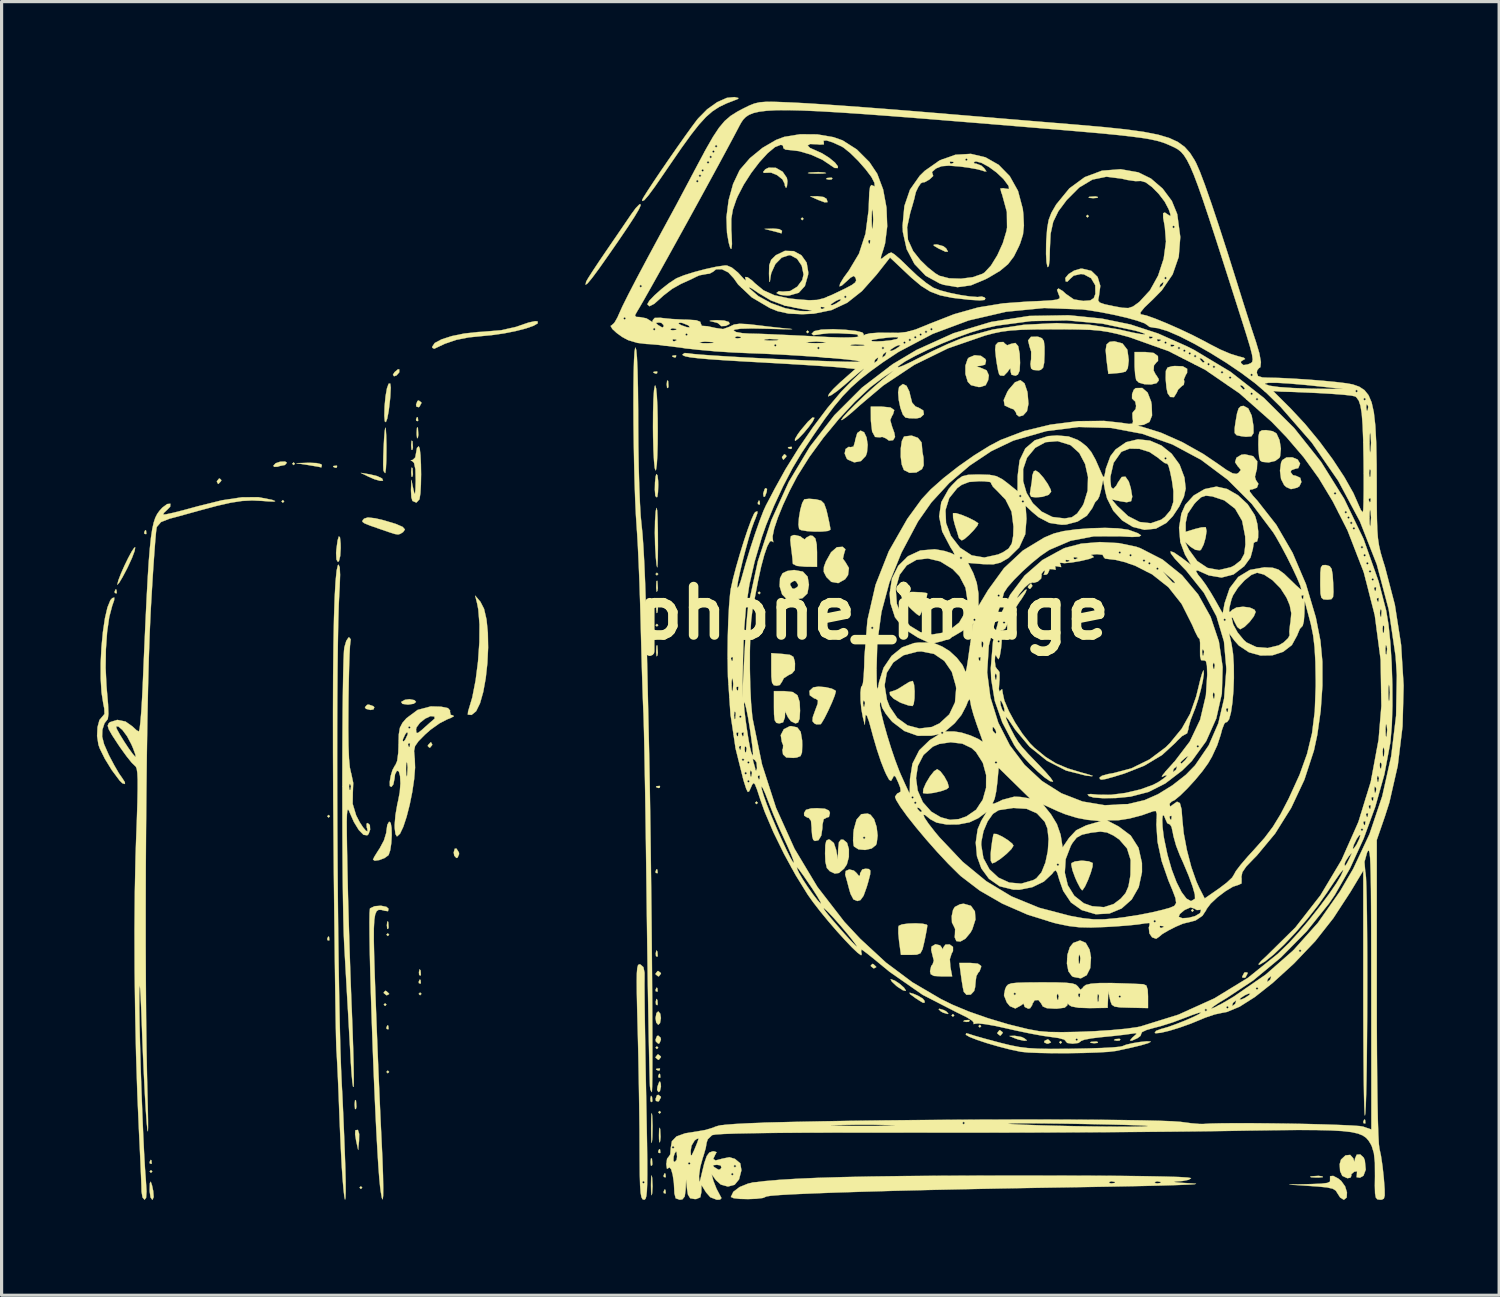
<source format=kicad_pcb>
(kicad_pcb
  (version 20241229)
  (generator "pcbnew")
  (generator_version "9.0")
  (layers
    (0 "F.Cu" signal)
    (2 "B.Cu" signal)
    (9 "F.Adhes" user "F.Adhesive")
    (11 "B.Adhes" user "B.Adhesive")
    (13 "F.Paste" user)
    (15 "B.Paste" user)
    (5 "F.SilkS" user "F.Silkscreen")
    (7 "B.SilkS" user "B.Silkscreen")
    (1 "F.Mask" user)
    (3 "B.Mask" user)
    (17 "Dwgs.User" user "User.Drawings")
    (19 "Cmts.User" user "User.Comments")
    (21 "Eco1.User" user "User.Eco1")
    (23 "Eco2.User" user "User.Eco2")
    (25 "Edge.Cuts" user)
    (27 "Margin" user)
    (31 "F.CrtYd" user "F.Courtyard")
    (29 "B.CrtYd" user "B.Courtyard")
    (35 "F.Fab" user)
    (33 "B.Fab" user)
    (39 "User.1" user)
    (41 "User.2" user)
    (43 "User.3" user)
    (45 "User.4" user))
  (footprint "phone_image"
    (layer "F.Cu")
    (at 24.433 16.239)
    (property "Reference" "phone_image" (at 0 0 0) (layer "F.SilkS") (effects (font (size 1.524 1.524) (thickness 0.3))))
    (attr through_hole)
    (fp_poly (pts (xy -22.691 17.568) (xy -22.733 17.611) (xy -22.775 17.568) (xy -22.733 17.526) (xy -22.691 17.568)) (stroke (width 0.01) (type solid)) (fill yes) (layer "F.SilkS"))
    (fp_poly (pts (xy -18.542 -3.514) (xy -18.584 -3.471) (xy -18.627 -3.514) (xy -18.584 -3.556) (xy -18.542 -3.514)) (stroke (width 0.01) (type solid)) (fill yes) (layer "F.SilkS"))
    (fp_poly (pts (xy -18.203 -4.699) (xy -18.246 -4.657) (xy -18.288 -4.699) (xy -18.246 -4.741) (xy -18.203 -4.699)) (stroke (width 0.01) (type solid)) (fill yes) (layer "F.SilkS"))
    (fp_poly (pts (xy -17.103 6.392) (xy -17.145 6.435) (xy -17.187 6.392) (xy -17.145 6.35) (xy -17.103 6.392)) (stroke (width 0.01) (type solid)) (fill yes) (layer "F.SilkS"))
    (fp_poly (pts (xy -16.087 18.076) (xy -16.129 18.119) (xy -16.171 18.076) (xy -16.129 18.034) (xy -16.087 18.076)) (stroke (width 0.01) (type solid)) (fill yes) (layer "F.SilkS"))
    (fp_poly (pts (xy -15.325 12.319) (xy -15.367 12.361) (xy -15.409 12.319) (xy -15.367 12.277) (xy -15.325 12.319)) (stroke (width 0.01) (type solid)) (fill yes) (layer "F.SilkS"))
    (fp_poly (pts (xy -15.24 10.118) (xy -15.282 10.16) (xy -15.325 10.118) (xy -15.282 10.075) (xy -15.24 10.118)) (stroke (width 0.01) (type solid)) (fill yes) (layer "F.SilkS"))
    (fp_poly (pts (xy -15.24 14.436) (xy -15.282 14.478) (xy -15.325 14.436) (xy -15.282 14.393) (xy -15.24 14.436)) (stroke (width 0.01) (type solid)) (fill yes) (layer "F.SilkS"))
    (fp_poly (pts (xy -14.224 11.98) (xy -14.266 12.023) (xy -14.309 11.98) (xy -14.266 11.938) (xy -14.224 11.98)) (stroke (width 0.01) (type solid)) (fill yes) (layer "F.SilkS"))
    (fp_poly (pts (xy -6.773 -1.228) (xy -6.816 -1.185) (xy -6.858 -1.228) (xy -6.816 -1.27) (xy -6.773 -1.228)) (stroke (width 0.01) (type solid)) (fill yes) (layer "F.SilkS"))
    (fp_poly (pts (xy -6.773 0.381) (xy -6.816 0.423) (xy -6.858 0.381) (xy -6.816 0.339) (xy -6.773 0.381)) (stroke (width 0.01) (type solid)) (fill yes) (layer "F.SilkS"))
    (fp_poly (pts (xy -6.773 13.674) (xy -6.816 13.716) (xy -6.858 13.674) (xy -6.816 13.631) (xy -6.773 13.674)) (stroke (width 0.01) (type solid)) (fill yes) (layer "F.SilkS"))
    (fp_poly (pts (xy -6.689 15.706) (xy -6.731 15.748) (xy -6.773 15.706) (xy -6.731 15.663) (xy -6.689 15.706)) (stroke (width 0.01) (type solid)) (fill yes) (layer "F.SilkS"))
    (fp_poly (pts (xy -3.641 5.969) (xy -3.683 6.011) (xy -3.725 5.969) (xy -3.683 5.927) (xy -3.641 5.969)) (stroke (width 0.01) (type solid)) (fill yes) (layer "F.SilkS"))
    (fp_poly (pts (xy -3.556 -0.635) (xy -3.598 -0.593) (xy -3.641 -0.635) (xy -3.598 -0.677) (xy -3.556 -0.635)) (stroke (width 0.01) (type solid)) (fill yes) (layer "F.SilkS"))
    (fp_poly (pts (xy -2.201 -12.404) (xy -2.244 -12.361) (xy -2.286 -12.404) (xy -2.244 -12.446) (xy -2.201 -12.404)) (stroke (width 0.01) (type solid)) (fill yes) (layer "F.SilkS"))
    (fp_poly (pts (xy -2.032 -8.848) (xy -2.074 -8.805) (xy -2.117 -8.848) (xy -2.074 -8.89) (xy -2.032 -8.848)) (stroke (width 0.01) (type solid)) (fill yes) (layer "F.SilkS"))
    (fp_poly (pts (xy 2.54 12.658) (xy 2.498 12.7) (xy 2.455 12.658) (xy 2.498 12.615) (xy 2.54 12.658)) (stroke (width 0.01) (type solid)) (fill yes) (layer "F.SilkS"))
    (fp_poly (pts (xy 3.387 12.996) (xy 3.344 13.039) (xy 3.302 12.996) (xy 3.344 12.954) (xy 3.387 12.996)) (stroke (width 0.01) (type solid)) (fill yes) (layer "F.SilkS"))
    (fp_poly (pts (xy 5.927 13.504) (xy 5.884 13.547) (xy 5.842 13.504) (xy 5.884 13.462) (xy 5.927 13.504)) (stroke (width 0.01) (type solid)) (fill yes) (layer "F.SilkS"))
    (fp_poly (pts (xy 6.773 -12.488) (xy 6.731 -12.446) (xy 6.689 -12.488) (xy 6.731 -12.531) (xy 6.773 -12.488)) (stroke (width 0.01) (type solid)) (fill yes) (layer "F.SilkS"))
    (fp_poly (pts (xy 10.075 9.356) (xy 10.033 9.398) (xy 9.991 9.356) (xy 10.033 9.313) (xy 10.075 9.356)) (stroke (width 0.01) (type solid)) (fill yes) (layer "F.SilkS"))
    (fp_poly (pts (xy -23.82 -0.734) (xy -23.809 -0.633) (xy -23.82 -0.621) (xy -23.87 -0.633) (xy -23.876 -0.677) (xy -23.845 -0.747) (xy -23.82 -0.734)) (stroke (width 0.01) (type solid)) (fill yes) (layer "F.SilkS"))
    (fp_poly (pts (xy -22.888 -2.596) (xy -22.878 -2.496) (xy -22.888 -2.484) (xy -22.939 -2.495) (xy -22.945 -2.54) (xy -22.914 -2.61) (xy -22.888 -2.596)) (stroke (width 0.01) (type solid)) (fill yes) (layer "F.SilkS"))
    (fp_poly (pts (xy -22.719 17.216) (xy -22.709 17.316) (xy -22.719 17.328) (xy -22.769 17.317) (xy -22.775 17.272) (xy -22.744 17.202) (xy -22.719 17.216)) (stroke (width 0.01) (type solid)) (fill yes) (layer "F.SilkS"))
    (fp_poly (pts (xy -17.131 10.188) (xy -17.121 10.289) (xy -17.131 10.301) (xy -17.181 10.289) (xy -17.187 10.245) (xy -17.156 10.175) (xy -17.131 10.188)) (stroke (width 0.01) (type solid)) (fill yes) (layer "F.SilkS"))
    (fp_poly (pts (xy -16.877 -4.628) (xy -16.889 -4.578) (xy -16.933 -4.572) (xy -17.003 -4.603) (xy -16.99 -4.628) (xy -16.889 -4.639) (xy -16.877 -4.628)) (stroke (width 0.01) (type solid)) (fill yes) (layer "F.SilkS"))
    (fp_poly (pts (xy -15.269 9.716) (xy -15.257 9.889) (xy -15.269 9.927) (xy -15.299 9.938) (xy -15.311 9.821) (xy -15.298 9.701) (xy -15.269 9.716)) (stroke (width 0.01) (type solid)) (fill yes) (layer "F.SilkS"))
    (fp_poly (pts (xy -15.268 12.982) (xy -15.258 13.083) (xy -15.268 13.095) (xy -15.319 13.083) (xy -15.325 13.039) (xy -15.294 12.969) (xy -15.268 12.982)) (stroke (width 0.01) (type solid)) (fill yes) (layer "F.SilkS"))
    (fp_poly (pts (xy -14.337 -6.152) (xy -14.327 -6.052) (xy -14.337 -6.04) (xy -14.387 -6.051) (xy -14.393 -6.096) (xy -14.362 -6.166) (xy -14.337 -6.152)) (stroke (width 0.01) (type solid)) (fill yes) (layer "F.SilkS"))
    (fp_poly (pts (xy -14.252 11.543) (xy -14.242 11.643) (xy -14.252 11.656) (xy -14.303 11.644) (xy -14.309 11.599) (xy -14.278 11.53) (xy -14.252 11.543)) (stroke (width 0.01) (type solid)) (fill yes) (layer "F.SilkS"))
    (fp_poly (pts (xy -14.251 11.245) (xy -14.241 11.377) (xy -14.258 11.407) (xy -14.296 11.382) (xy -14.302 11.296) (xy -14.281 11.206) (xy -14.251 11.245)) (stroke (width 0.01) (type solid)) (fill yes) (layer "F.SilkS"))
    (fp_poly (pts (xy -6.971 17.166) (xy -6.96 17.34) (xy -6.971 17.378) (xy -7.002 17.388) (xy -7.014 17.272) (xy -7.001 17.152) (xy -6.971 17.166)) (stroke (width 0.01) (type solid)) (fill yes) (layer "F.SilkS"))
    (fp_poly (pts (xy -6.969 15.224) (xy -6.959 15.356) (xy -6.976 15.386) (xy -7.015 15.361) (xy -7.021 15.275) (xy -7 15.185) (xy -6.969 15.224)) (stroke (width 0.01) (type solid)) (fill yes) (layer "F.SilkS"))
    (fp_poly (pts (xy -6.802 -7.592) (xy -6.813 -7.541) (xy -6.858 -7.535) (xy -6.928 -7.566) (xy -6.914 -7.592) (xy -6.814 -7.602) (xy -6.802 -7.592)) (stroke (width 0.01) (type solid)) (fill yes) (layer "F.SilkS"))
    (fp_poly (pts (xy -6.802 8.072) (xy -6.791 8.172) (xy -6.802 8.184) (xy -6.852 8.173) (xy -6.858 8.128) (xy -6.827 8.058) (xy -6.802 8.072)) (stroke (width 0.01) (type solid)) (fill yes) (layer "F.SilkS"))
    (fp_poly (pts (xy -6.802 11.797) (xy -6.791 11.897) (xy -6.802 11.91) (xy -6.852 11.898) (xy -6.858 11.853) (xy -6.827 11.784) (xy -6.802 11.797)) (stroke (width 0.01) (type solid)) (fill yes) (layer "F.SilkS"))
    (fp_poly (pts (xy -6.8 10.652) (xy -6.79 10.784) (xy -6.807 10.814) (xy -6.845 10.789) (xy -6.851 10.703) (xy -6.831 10.613) (xy -6.8 10.652)) (stroke (width 0.01) (type solid)) (fill yes) (layer "F.SilkS"))
    (fp_poly (pts (xy -6.8 12.176) (xy -6.79 12.308) (xy -6.807 12.338) (xy -6.845 12.313) (xy -6.851 12.227) (xy -6.831 12.137) (xy -6.8 12.176)) (stroke (width 0.01) (type solid)) (fill yes) (layer "F.SilkS"))
    (fp_poly (pts (xy -6.717 5.447) (xy -6.729 5.497) (xy -6.773 5.503) (xy -6.843 5.472) (xy -6.83 5.447) (xy -6.729 5.437) (xy -6.717 5.447)) (stroke (width 0.01) (type solid)) (fill yes) (layer "F.SilkS"))
    (fp_poly (pts (xy -6.717 14.337) (xy -6.729 14.387) (xy -6.773 14.393) (xy -6.843 14.362) (xy -6.83 14.337) (xy -6.729 14.327) (xy -6.717 14.337)) (stroke (width 0.01) (type solid)) (fill yes) (layer "F.SilkS"))
    (fp_poly (pts (xy -6.717 14.506) (xy -6.707 14.607) (xy -6.717 14.619) (xy -6.767 14.607) (xy -6.773 14.563) (xy -6.742 14.493) (xy -6.717 14.506)) (stroke (width 0.01) (type solid)) (fill yes) (layer "F.SilkS"))
    (fp_poly (pts (xy -6.717 16.877) (xy -6.707 16.977) (xy -6.717 16.99) (xy -6.767 16.978) (xy -6.773 16.933) (xy -6.742 16.864) (xy -6.717 16.877)) (stroke (width 0.01) (type solid)) (fill yes) (layer "F.SilkS"))
    (fp_poly (pts (xy -6.548 17.639) (xy -6.537 17.739) (xy -6.548 17.752) (xy -6.598 17.74) (xy -6.604 17.695) (xy -6.573 17.626) (xy -6.548 17.639)) (stroke (width 0.01) (type solid)) (fill yes) (layer "F.SilkS"))
    (fp_poly (pts (xy -6.548 18.147) (xy -6.537 18.247) (xy -6.548 18.26) (xy -6.598 18.248) (xy -6.604 18.203) (xy -6.573 18.134) (xy -6.548 18.147)) (stroke (width 0.01) (type solid)) (fill yes) (layer "F.SilkS"))
    (fp_poly (pts (xy -6.463 -7.303) (xy -6.452 -7.129) (xy -6.463 -7.091) (xy -6.494 -7.08) (xy -6.506 -7.197) (xy -6.493 -7.317) (xy -6.463 -7.303)) (stroke (width 0.01) (type solid)) (fill yes) (layer "F.SilkS"))
    (fp_poly (pts (xy -6.209 -8.1) (xy -6.221 -8.049) (xy -6.265 -8.043) (xy -6.335 -8.074) (xy -6.322 -8.1) (xy -6.221 -8.11) (xy -6.209 -8.1)) (stroke (width 0.01) (type solid)) (fill yes) (layer "F.SilkS"))
    (fp_poly (pts (xy -3.584 -3.528) (xy -3.574 -3.427) (xy -3.584 -3.415) (xy -3.635 -3.427) (xy -3.641 -3.471) (xy -3.61 -3.541) (xy -3.584 -3.528)) (stroke (width 0.01) (type solid)) (fill yes) (layer "F.SilkS"))
    (fp_poly (pts (xy -2.568 -5.221) (xy -2.58 -5.171) (xy -2.625 -5.165) (xy -2.694 -5.196) (xy -2.681 -5.221) (xy -2.581 -5.231) (xy -2.568 -5.221)) (stroke (width 0.01) (type solid)) (fill yes) (layer "F.SilkS"))
    (fp_poly (pts (xy -1.293 -13.682) (xy -1.318 -13.644) (xy -1.404 -13.638) (xy -1.494 -13.659) (xy -1.455 -13.689) (xy -1.323 -13.699) (xy -1.293 -13.682)) (stroke (width 0.01) (type solid)) (fill yes) (layer "F.SilkS"))
    (fp_poly (pts (xy 3.025 12.818) (xy 3 12.857) (xy 2.914 12.863) (xy 2.824 12.842) (xy 2.863 12.811) (xy 2.995 12.801) (xy 3.025 12.818)) (stroke (width 0.01) (type solid)) (fill yes) (layer "F.SilkS"))
    (fp_poly (pts (xy 7.048 13.491) (xy 7.059 13.521) (xy 6.943 13.533) (xy 6.822 13.52) (xy 6.837 13.491) (xy 7.01 13.479) (xy 7.048 13.491)) (stroke (width 0.01) (type solid)) (fill yes) (layer "F.SilkS"))
    (fp_poly (pts (xy 7.766 13.411) (xy 7.741 13.449) (xy 7.655 13.455) (xy 7.565 13.435) (xy 7.604 13.404) (xy 7.736 13.394) (xy 7.766 13.411)) (stroke (width 0.01) (type solid)) (fill yes) (layer "F.SilkS"))
    (fp_poly (pts (xy 15.466 15.946) (xy 15.476 16.046) (xy 15.466 16.058) (xy 15.415 16.047) (xy 15.409 16.002) (xy 15.44 15.932) (xy 15.466 15.946)) (stroke (width 0.01) (type solid)) (fill yes) (layer "F.SilkS"))
    (fp_poly (pts (xy -14.921 -7.576) (xy -15.007 -7.478) (xy -15.086 -7.451) (xy -15.12 -7.499) (xy -15.069 -7.58) (xy -14.965 -7.668) (xy -14.923 -7.67) (xy -14.921 -7.576)) (stroke (width 0.01) (type solid)) (fill yes) (layer "F.SilkS"))
    (fp_poly (pts (xy -3.351 -3.905) (xy -3.362 -3.81) (xy -3.418 -3.663) (xy -3.46 -3.665) (xy -3.471 -3.763) (xy -3.425 -3.903) (xy -3.395 -3.932) (xy -3.351 -3.905)) (stroke (width 0.01) (type solid)) (fill yes) (layer "F.SilkS"))
    (fp_poly (pts (xy -1.573 -13.091) (xy -1.478 -13.033) (xy -1.446 -12.93) (xy -1.54 -12.924) (xy -1.736 -12.997) (xy -1.99 -13.11) (xy -1.762 -13.116) (xy -1.573 -13.091)) (stroke (width 0.01) (type solid)) (fill yes) (layer "F.SilkS"))
    (fp_poly (pts (xy 5.509 13.423) (xy 5.584 13.505) (xy 5.499 13.545) (xy 5.456 13.547) (xy 5.369 13.505) (xy 5.377 13.461) (xy 5.479 13.412) (xy 5.509 13.423)) (stroke (width 0.01) (type solid)) (fill yes) (layer "F.SilkS"))
    (fp_poly (pts (xy -20.518 -4.181) (xy -20.532 -4.149) (xy -20.608 -4.068) (xy -20.621 -4.064) (xy -20.658 -4.13) (xy -20.659 -4.149) (xy -20.594 -4.23) (xy -20.569 -4.233) (xy -20.518 -4.181)) (stroke (width 0.01) (type solid)) (fill yes) (layer "F.SilkS"))
    (fp_poly (pts (xy -16.286 15.333) (xy -16.282 15.347) (xy -16.27 15.532) (xy -16.285 15.601) (xy -16.313 15.604) (xy -16.324 15.472) (xy -16.324 15.452) (xy -16.312 15.32) (xy -16.286 15.333)) (stroke (width 0.01) (type solid)) (fill yes) (layer "F.SilkS"))
    (fp_poly (pts (xy -16.183 16.387) (xy -16.187 16.608) (xy -16.214 16.891) (xy -16.278 16.602) (xy -16.31 16.398) (xy -16.303 16.277) (xy -16.299 16.271) (xy -16.223 16.259) (xy -16.183 16.387)) (stroke (width 0.01) (type solid)) (fill yes) (layer "F.SilkS"))
    (fp_poly (pts (xy -15.736 2.93) (xy -15.706 2.963) (xy -15.732 3.03) (xy -15.828 3.048) (xy -15.968 3.013) (xy -16.002 2.963) (xy -15.934 2.887) (xy -15.88 2.879) (xy -15.736 2.93)) (stroke (width 0.01) (type solid)) (fill yes) (layer "F.SilkS"))
    (fp_poly (pts (xy -15.325 11.896) (xy -15.244 11.972) (xy -15.24 11.985) (xy -15.306 12.022) (xy -15.325 12.023) (xy -15.406 11.958) (xy -15.409 11.933) (xy -15.357 11.882) (xy -15.325 11.896)) (stroke (width 0.01) (type solid)) (fill yes) (layer "F.SilkS"))
    (fp_poly (pts (xy -14.508 -5.41) (xy -14.504 -5.396) (xy -14.492 -5.211) (xy -14.507 -5.142) (xy -14.535 -5.139) (xy -14.546 -5.272) (xy -14.546 -5.292) (xy -14.534 -5.423) (xy -14.508 -5.41)) (stroke (width 0.01) (type solid)) (fill yes) (layer "F.SilkS"))
    (fp_poly (pts (xy -14.508 -4.564) (xy -14.504 -4.549) (xy -14.492 -4.365) (xy -14.507 -4.295) (xy -14.535 -4.292) (xy -14.546 -4.425) (xy -14.546 -4.445) (xy -14.534 -4.576) (xy -14.508 -4.564)) (stroke (width 0.01) (type solid)) (fill yes) (layer "F.SilkS"))
    (fp_poly (pts (xy -14.335 -5.821) (xy -14.322 -5.606) (xy -14.335 -5.524) (xy -14.36 -5.498) (xy -14.373 -5.615) (xy -14.374 -5.673) (xy -14.365 -5.827) (xy -14.343 -5.845) (xy -14.335 -5.821)) (stroke (width 0.01) (type solid)) (fill yes) (layer "F.SilkS"))
    (fp_poly (pts (xy -14.226 -6.628) (xy -14.224 -6.609) (xy -14.286 -6.494) (xy -14.309 -6.477) (xy -14.381 -6.496) (xy -14.393 -6.557) (xy -14.349 -6.673) (xy -14.309 -6.689) (xy -14.226 -6.628)) (stroke (width 0.01) (type solid)) (fill yes) (layer "F.SilkS"))
    (fp_poly (pts (xy -13.886 4.13) (xy -13.885 4.149) (xy -13.95 4.23) (xy -13.975 4.233) (xy -14.026 4.181) (xy -14.012 4.149) (xy -13.936 4.068) (xy -13.923 4.064) (xy -13.886 4.13)) (stroke (width 0.01) (type solid)) (fill yes) (layer "F.SilkS"))
    (fp_poly (pts (xy -13.045 7.531) (xy -13.039 7.583) (xy -13.086 7.692) (xy -13.123 7.705) (xy -13.191 7.634) (xy -13.208 7.53) (xy -13.175 7.413) (xy -13.123 7.408) (xy -13.045 7.531)) (stroke (width 0.01) (type solid)) (fill yes) (layer "F.SilkS"))
    (fp_poly (pts (xy -6.8 -0.995) (xy -6.786 -0.78) (xy -6.8 -0.699) (xy -6.824 -0.672) (xy -6.838 -0.789) (xy -6.838 -0.847) (xy -6.83 -1.001) (xy -6.808 -1.019) (xy -6.8 -0.995)) (stroke (width 0.01) (type solid)) (fill yes) (layer "F.SilkS"))
    (fp_poly (pts (xy -6.8 1.037) (xy -6.786 1.252) (xy -6.8 1.333) (xy -6.824 1.36) (xy -6.838 1.243) (xy -6.838 1.185) (xy -6.83 1.031) (xy -6.808 1.013) (xy -6.8 1.037)) (stroke (width 0.01) (type solid)) (fill yes) (layer "F.SilkS"))
    (fp_poly (pts (xy -6.798 -0.359) (xy -6.784 -0.138) (xy -6.8 -0.02) (xy -6.823 -0.000388) (xy -6.836 -0.122) (xy -6.837 -0.212) (xy -6.828 -0.376) (xy -6.809 -0.401) (xy -6.798 -0.359)) (stroke (width 0.01) (type solid)) (fill yes) (layer "F.SilkS"))
    (fp_poly (pts (xy -6.714 16.235) (xy -6.7 16.482) (xy -6.714 16.616) (xy -6.735 16.656) (xy -6.748 16.55) (xy -6.75 16.425) (xy -6.744 16.242) (xy -6.727 16.192) (xy -6.714 16.235)) (stroke (width 0.01) (type solid)) (fill yes) (layer "F.SilkS"))
    (fp_poly (pts (xy -6.71 12.603) (xy -6.689 12.742) (xy -6.718 12.901) (xy -6.773 12.954) (xy -6.837 12.882) (xy -6.858 12.742) (xy -6.829 12.583) (xy -6.773 12.531) (xy -6.71 12.603)) (stroke (width 0.01) (type solid)) (fill yes) (layer "F.SilkS"))
    (fp_poly (pts (xy -6.698 13.361) (xy -6.689 13.42) (xy -6.734 13.532) (xy -6.773 13.547) (xy -6.848 13.478) (xy -6.858 13.42) (xy -6.812 13.307) (xy -6.773 13.293) (xy -6.698 13.361)) (stroke (width 0.01) (type solid)) (fill yes) (layer "F.SilkS"))
    (fp_poly (pts (xy -6.695 14.803) (xy -6.689 14.901) (xy -6.721 15.039) (xy -6.765 15.071) (xy -6.809 15.003) (xy -6.798 14.901) (xy -6.749 14.765) (xy -6.721 14.732) (xy -6.695 14.803)) (stroke (width 0.01) (type solid)) (fill yes) (layer "F.SilkS"))
    (fp_poly (pts (xy -6.691 11.325) (xy -6.689 11.345) (xy -6.753 11.428) (xy -6.773 11.43) (xy -6.856 11.366) (xy -6.858 11.345) (xy -6.794 11.263) (xy -6.773 11.261) (xy -6.691 11.325)) (stroke (width 0.01) (type solid)) (fill yes) (layer "F.SilkS"))
    (fp_poly (pts (xy -6.691 13.95) (xy -6.689 13.97) (xy -6.753 14.052) (xy -6.773 14.055) (xy -6.856 13.99) (xy -6.858 13.97) (xy -6.794 13.888) (xy -6.773 13.885) (xy -6.691 13.95)) (stroke (width 0.01) (type solid)) (fill yes) (layer "F.SilkS"))
    (fp_poly (pts (xy -6.691 15.216) (xy -6.689 15.235) (xy -6.75 15.35) (xy -6.773 15.367) (xy -6.846 15.348) (xy -6.858 15.287) (xy -6.814 15.171) (xy -6.773 15.155) (xy -6.691 15.216)) (stroke (width 0.01) (type solid)) (fill yes) (layer "F.SilkS"))
    (fp_poly (pts (xy -2.738 -4.943) (xy -2.752 -4.911) (xy -2.828 -4.83) (xy -2.841 -4.826) (xy -2.878 -4.892) (xy -2.879 -4.911) (xy -2.814 -4.992) (xy -2.789 -4.995) (xy -2.738 -4.943)) (stroke (width 0.01) (type solid)) (fill yes) (layer "F.SilkS"))
    (fp_poly (pts (xy -1.545 -13.861) (xy -1.493 -13.843) (xy -1.589 -13.83) (xy -1.778 -13.826) (xy -1.987 -13.831) (xy -2.065 -13.845) (xy -2.011 -13.861) (xy -1.737 -13.875) (xy -1.545 -13.861)) (stroke (width 0.01) (type solid)) (fill yes) (layer "F.SilkS"))
    (fp_poly (pts (xy 0 11.049) (xy 0.081 11.125) (xy 0.085 11.139) (xy 0.019 11.175) (xy 0 11.176) (xy -0.081 11.111) (xy -0.085 11.086) (xy -0.033 11.036) (xy 0 11.049)) (stroke (width 0.01) (type solid)) (fill yes) (layer "F.SilkS"))
    (fp_poly (pts (xy 2.213 12.491) (xy 2.286 12.531) (xy 2.354 12.598) (xy 2.328 12.613) (xy 2.189 12.571) (xy 2.117 12.531) (xy 2.049 12.464) (xy 2.074 12.449) (xy 2.213 12.491)) (stroke (width 0.01) (type solid)) (fill yes) (layer "F.SilkS"))
    (fp_poly (pts (xy 4.062 13.188) (xy 4.064 13.208) (xy 4 13.29) (xy 3.979 13.293) (xy 3.897 13.228) (xy 3.895 13.208) (xy 3.959 13.126) (xy 3.979 13.123) (xy 4.062 13.188)) (stroke (width 0.01) (type solid)) (fill yes) (layer "F.SilkS"))
    (fp_poly (pts (xy 4.994 -0.866) (xy 4.995 -0.847) (xy 4.93 -0.765) (xy 4.906 -0.762) (xy 4.855 -0.814) (xy 4.868 -0.847) (xy 4.944 -0.927) (xy 4.958 -0.931) (xy 4.994 -0.866)) (stroke (width 0.01) (type solid)) (fill yes) (layer "F.SilkS"))
    (fp_poly (pts (xy 7.05 -13.094) (xy 7.053 -13.066) (xy 6.92 -13.055) (xy 6.9 -13.055) (xy 6.769 -13.067) (xy 6.782 -13.093) (xy 6.796 -13.097) (xy 6.981 -13.11) (xy 7.05 -13.094)) (stroke (width 0.01) (type solid)) (fill yes) (layer "F.SilkS"))
    (fp_poly (pts (xy 11.762 11.307) (xy 11.769 11.335) (xy 11.707 11.455) (xy 11.684 11.472) (xy 11.606 11.468) (xy 11.599 11.44) (xy 11.661 11.32) (xy 11.684 11.303) (xy 11.762 11.307)) (stroke (width 0.01) (type solid)) (fill yes) (layer "F.SilkS"))
    (fp_poly (pts (xy 14.119 17.722) (xy 14.139 17.745) (xy 14.017 17.758) (xy 13.928 17.759) (xy 13.764 17.75) (xy 13.739 17.731) (xy 13.78 17.72) (xy 14.001 17.706) (xy 14.119 17.722)) (stroke (width 0.01) (type solid)) (fill yes) (layer "F.SilkS"))
    (fp_poly (pts (xy -15.835 -4.363) (xy -15.613 -4.308) (xy -15.466 -4.238) (xy -15.459 -4.232) (xy -15.432 -4.165) (xy -15.526 -4.161) (xy -15.706 -4.213) (xy -15.875 -4.286) (xy -16.129 -4.411) (xy -15.835 -4.363)) (stroke (width 0.01) (type solid)) (fill yes) (layer "F.SilkS"))
    (fp_poly (pts (xy -6.966 17.758) (xy -6.966 17.76) (xy -6.952 18.036) (xy -6.967 18.268) (xy -6.984 18.315) (xy -6.997 18.214) (xy -7.001 17.992) (xy -6.996 17.774) (xy -6.983 17.691) (xy -6.966 17.758)) (stroke (width 0.01) (type solid)) (fill yes) (layer "F.SilkS"))
    (fp_poly (pts (xy 2.197 -11.543) (xy 2.286 -11.472) (xy 2.341 -11.373) (xy 2.264 -11.369) (xy 2.062 -11.463) (xy 2.032 -11.479) (xy 1.893 -11.562) (xy 1.898 -11.593) (xy 2 -11.598) (xy 2.197 -11.543)) (stroke (width 0.01) (type solid)) (fill yes) (layer "F.SilkS"))
    (fp_poly (pts (xy 4.653 13.336) (xy 4.741 13.377) (xy 4.826 13.443) (xy 4.763 13.455) (xy 4.741 13.455) (xy 4.56 13.418) (xy 4.445 13.377) (xy 4.276 13.305) (xy 4.445 13.3) (xy 4.653 13.336)) (stroke (width 0.01) (type solid)) (fill yes) (layer "F.SilkS"))
    (fp_poly (pts (xy -22.699 18.011) (xy -22.663 18.182) (xy -22.648 18.373) (xy -22.687 18.457) (xy -22.693 18.457) (xy -22.746 18.383) (xy -22.774 18.198) (xy -22.775 18.147) (xy -22.767 17.933) (xy -22.741 17.888) (xy -22.699 18.011)) (stroke (width 0.01) (type solid)) (fill yes) (layer "F.SilkS"))
    (fp_poly (pts (xy -18.457 -4.73) (xy -18.521 -4.658) (xy -18.535 -4.657) (xy -18.677 -4.629) (xy -18.747 -4.605) (xy -18.86 -4.601) (xy -18.881 -4.638) (xy -18.808 -4.715) (xy -18.669 -4.762) (xy -18.512 -4.768) (xy -18.457 -4.73)) (stroke (width 0.01) (type solid)) (fill yes) (layer "F.SilkS"))
    (fp_poly (pts (xy -17.525 -4.72) (xy -17.38 -4.684) (xy -17.357 -4.657) (xy -17.373 -4.584) (xy -17.378 -4.585) (xy -17.466 -4.604) (xy -17.666 -4.638) (xy -17.78 -4.657) (xy -18.161 -4.716) (xy -17.759 -4.729) (xy -17.525 -4.72)) (stroke (width 0.01) (type solid)) (fill yes) (layer "F.SilkS"))
    (fp_poly (pts (xy -14.443 2.739) (xy -14.393 2.794) (xy -14.467 2.853) (xy -14.645 2.879) (xy -14.652 2.879) (xy -14.822 2.856) (xy -14.861 2.797) (xy -14.859 2.794) (xy -14.742 2.728) (xy -14.6 2.709) (xy -14.443 2.739)) (stroke (width 0.01) (type solid)) (fill yes) (layer "F.SilkS"))
    (fp_poly (pts (xy -2.967 -12.081) (xy -2.88 -12.029) (xy -2.879 -12.023) (xy -2.895 -11.948) (xy -2.9 -11.948) (xy -2.988 -11.974) (xy -3.17 -12.021) (xy -3.175 -12.023) (xy -3.429 -12.087) (xy -3.154 -12.097) (xy -2.967 -12.081)) (stroke (width 0.01) (type solid)) (fill yes) (layer "F.SilkS"))
    (fp_poly (pts (xy 1.261 11.98) (xy 1.393 12.036) (xy 1.55 12.13) (xy 1.609 12.206) (xy 1.601 12.262) (xy 1.55 12.257) (xy 1.417 12.176) (xy 1.312 12.107) (xy 1.148 11.986) (xy 1.133 11.943) (xy 1.261 11.98)) (stroke (width 0.01) (type solid)) (fill yes) (layer "F.SilkS"))
    (fp_poly (pts (xy -16.787 -2.384) (xy -16.767 -2.192) (xy -16.764 -2.046) (xy -16.779 -1.8) (xy -16.818 -1.641) (xy -16.85 -1.609) (xy -16.898 -1.686) (xy -16.908 -1.891) (xy -16.9 -1.996) (xy -16.862 -2.283) (xy -16.822 -2.414) (xy -16.787 -2.384)) (stroke (width 0.01) (type solid)) (fill yes) (layer "F.SilkS"))
    (fp_poly (pts (xy -6.965 15.809) (xy -6.952 16.129) (xy -6.959 16.482) (xy -6.965 16.571) (xy -6.978 16.67) (xy -6.989 16.615) (xy -6.996 16.42) (xy -6.997 16.214) (xy -6.994 15.926) (xy -6.986 15.762) (xy -6.975 15.739) (xy -6.965 15.809)) (stroke (width 0.01) (type solid)) (fill yes) (layer "F.SilkS"))
    (fp_poly (pts (xy -6.797 -4.333) (xy -6.777 -4.166) (xy -6.773 -4.036) (xy -6.781 -3.804) (xy -6.802 -3.662) (xy -6.816 -3.641) (xy -6.865 -3.683) (xy -6.88 -3.88) (xy -6.875 -4.11) (xy -6.855 -4.3) (xy -6.83 -4.374) (xy -6.797 -4.333)) (stroke (width 0.01) (type solid)) (fill yes) (layer "F.SilkS"))
    (fp_poly (pts (xy 0.67 11.563) (xy 0.824 11.665) (xy 0.958 11.783) (xy 1.016 11.872) (xy 1.011 11.886) (xy 0.925 11.867) (xy 0.765 11.764) (xy 0.716 11.726) (xy 0.578 11.597) (xy 0.538 11.525) (xy 0.55 11.52) (xy 0.67 11.563)) (stroke (width 0.01) (type solid)) (fill yes) (layer "F.SilkS"))
    (fp_poly (pts (xy -4.699 -9.204) (xy -4.554 -9.16) (xy -4.526 -9.1) (xy -4.64 -9.039) (xy -4.658 -9.035) (xy -4.792 -9.028) (xy -4.826 -9.062) (xy -4.899 -9.124) (xy -5.059 -9.168) (xy -5.159 -9.191) (xy -5.099 -9.207) (xy -4.937 -9.216) (xy -4.699 -9.204)) (stroke (width 0.01) (type solid)) (fill yes) (layer "F.SilkS"))
    (fp_poly (pts (xy -1.864 -6.148) (xy -1.863 -6.134) (xy -1.914 -6.026) (xy -2.042 -5.851) (xy -2.203 -5.659) (xy -2.356 -5.499) (xy -2.46 -5.42) (xy -2.47 -5.419) (xy -2.471 -5.477) (xy -2.383 -5.627) (xy -2.287 -5.756) (xy -2.065 -6.019) (xy -1.922 -6.152) (xy -1.864 -6.148)) (stroke (width 0.01) (type solid)) (fill yes) (layer "F.SilkS"))
    (fp_poly (pts (xy -15.189 -7.096) (xy -15.203 -6.823) (xy -15.211 -6.725) (xy -15.253 -6.365) (xy -15.299 -6.122) (xy -15.343 -6.008) (xy -15.376 -6.032) (xy -15.391 -6.203) (xy -15.383 -6.504) (xy -15.353 -6.82) (xy -15.308 -7.073) (xy -15.257 -7.213) (xy -15.253 -7.218) (xy -15.206 -7.222) (xy -15.189 -7.096)) (stroke (width 0.01) (type solid)) (fill yes) (layer "F.SilkS"))
    (fp_poly (pts (xy 7.833 -8.483) (xy 7.986 -8.286) (xy 8.029 -7.969) (xy 8.027 -7.927) (xy 8 -7.704) (xy 7.933 -7.599) (xy 7.781 -7.56) (xy 7.695 -7.552) (xy 7.389 -7.526) (xy 7.332 -7.957) (xy 7.304 -8.27) (xy 7.331 -8.451) (xy 7.427 -8.534) (xy 7.577 -8.551) (xy 7.833 -8.483)) (stroke (width 0.01) (type solid)) (fill yes) (layer "F.SilkS"))
    (fp_poly (pts (xy -23.248 -1.953) (xy -23.331 -1.733) (xy -23.461 -1.451) (xy -23.491 -1.39) (xy -23.629 -1.129) (xy -23.734 -0.954) (xy -23.787 -0.894) (xy -23.79 -0.902) (xy -23.759 -1.03) (xy -23.679 -1.239) (xy -23.569 -1.488) (xy -23.449 -1.735) (xy -23.339 -1.938) (xy -23.258 -2.058) (xy -23.229 -2.068) (xy -23.248 -1.953)) (stroke (width 0.01) (type solid)) (fill yes) (layer "F.SilkS"))
    (fp_poly (pts (xy 2.104 4.979) (xy 2.227 5.14) (xy 2.33 5.329) (xy 2.371 5.48) (xy 2.297 5.542) (xy 2.117 5.605) (xy 1.893 5.656) (xy 1.689 5.681) (xy 1.566 5.667) (xy 1.557 5.658) (xy 1.567 5.539) (xy 1.65 5.348) (xy 1.774 5.141) (xy 1.904 4.976) (xy 2.003 4.911) (xy 2.104 4.979)) (stroke (width 0.01) (type solid)) (fill yes) (layer "F.SilkS"))
    (fp_poly (pts (xy 5.204 -4.42) (xy 5.344 -4.261) (xy 5.48 -4.065) (xy 5.572 -3.889) (xy 5.588 -3.82) (xy 5.511 -3.722) (xy 5.311 -3.657) (xy 5.105 -3.641) (xy 4.96 -3.658) (xy 4.919 -3.745) (xy 4.942 -3.905) (xy 4.981 -4.146) (xy 4.995 -4.329) (xy 5.042 -4.46) (xy 5.101 -4.486) (xy 5.204 -4.42)) (stroke (width 0.01) (type solid)) (fill yes) (layer "F.SilkS"))
    (fp_poly (pts (xy 11.791 -6.439) (xy 11.898 -6.213) (xy 11.953 -5.888) (xy 11.956 -5.664) (xy 11.889 -5.561) (xy 11.715 -5.547) (xy 11.57 -5.565) (xy 11.425 -5.596) (xy 11.363 -5.664) (xy 11.362 -5.817) (xy 11.387 -5.997) (xy 11.437 -6.285) (xy 11.488 -6.443) (xy 11.559 -6.508) (xy 11.644 -6.519) (xy 11.791 -6.439)) (stroke (width 0.01) (type solid)) (fill yes) (layer "F.SilkS"))
    (fp_poly (pts (xy -3.071 -14.008) (xy -2.86 -13.886) (xy -2.727 -13.692) (xy -2.709 -13.587) (xy -2.724 -13.429) (xy -2.752 -13.377) (xy -2.789 -13.446) (xy -2.794 -13.502) (xy -2.865 -13.645) (xy -3.032 -13.779) (xy -3.224 -13.858) (xy -3.344 -13.855) (xy -3.453 -13.85) (xy -3.471 -13.882) (xy -3.401 -13.966) (xy -3.298 -14.014) (xy -3.071 -14.008)) (stroke (width 0.01) (type solid)) (fill yes) (layer "F.SilkS"))
    (fp_poly (pts (xy -0.885 -2.008) (xy -0.926 -1.873) (xy -0.963 -1.71) (xy -0.887 -1.607) (xy -0.774 -1.418) (xy -0.802 -1.196) (xy -0.895 -1.064) (xy -1.111 -0.943) (xy -1.328 -0.982) (xy -1.484 -1.135) (xy -1.566 -1.297) (xy -1.561 -1.453) (xy -1.499 -1.622) (xy -1.336 -1.913) (xy -1.152 -2.073) (xy -0.971 -2.085) (xy -0.885 -2.008)) (stroke (width 0.01) (type solid)) (fill yes) (layer "F.SilkS"))
    (fp_poly (pts (xy 1.512 -0.654) (xy 1.665 -0.632) (xy 1.693 -0.616) (xy 1.668 -0.477) (xy 1.607 -0.277) (xy 1.532 -0.077) (xy 1.467 0.06) (xy 1.443 0.085) (xy 1.356 0.029) (xy 1.2 -0.112) (xy 1.117 -0.195) (xy 0.919 -0.422) (xy 0.862 -0.565) (xy 0.951 -0.64) (xy 1.192 -0.664) (xy 1.27 -0.664) (xy 1.512 -0.654)) (stroke (width 0.01) (type solid)) (fill yes) (layer "F.SilkS"))
    (fp_poly (pts (xy 3.875 6.952) (xy 4.042 7.028) (xy 4.223 7.14) (xy 4.362 7.251) (xy 4.403 7.316) (xy 4.34 7.421) (xy 4.188 7.573) (xy 3.998 7.728) (xy 3.824 7.842) (xy 3.734 7.874) (xy 3.69 7.796) (xy 3.686 7.578) (xy 3.699 7.429) (xy 3.733 7.173) (xy 3.766 6.994) (xy 3.783 6.946) (xy 3.875 6.952)) (stroke (width 0.01) (type solid)) (fill yes) (layer "F.SilkS"))
    (fp_poly (pts (xy -15.344 -5.773) (xy -15.332 -5.578) (xy -15.325 -5.286) (xy -15.325 -5.136) (xy -15.329 -4.808) (xy -15.341 -4.555) (xy -15.359 -4.417) (xy -15.367 -4.403) (xy -15.414 -4.47) (xy -15.421 -4.508) (xy -15.427 -4.673) (xy -15.423 -4.929) (xy -15.412 -5.223) (xy -15.397 -5.506) (xy -15.379 -5.726) (xy -15.361 -5.833) (xy -15.359 -5.835) (xy -15.344 -5.773)) (stroke (width 0.01) (type solid)) (fill yes) (layer "F.SilkS"))
    (fp_poly (pts (xy -2.857 1.286) (xy -2.63 1.313) (xy -2.521 1.377) (xy -2.479 1.517) (xy -2.471 1.588) (xy -2.476 1.792) (xy -2.569 1.903) (xy -2.662 1.945) (xy -2.822 2.048) (xy -2.879 2.157) (xy -2.949 2.263) (xy -3.048 2.286) (xy -3.142 2.268) (xy -3.193 2.187) (xy -3.214 2.005) (xy -3.217 1.773) (xy -3.217 1.26) (xy -2.857 1.286)) (stroke (width 0.01) (type solid)) (fill yes) (layer "F.SilkS"))
    (fp_poly (pts (xy 3.284 11.029) (xy 3.382 11.099) (xy 3.387 11.129) (xy 3.335 11.273) (xy 3.302 11.303) (xy 3.236 11.42) (xy 3.217 11.555) (xy 3.196 11.773) (xy 3.166 11.889) (xy 3.061 12.002) (xy 2.925 12.009) (xy 2.84 11.917) (xy 2.809 11.774) (xy 2.77 11.534) (xy 2.753 11.409) (xy 2.699 11.007) (xy 3.043 11.007) (xy 3.284 11.029)) (stroke (width 0.01) (type solid)) (fill yes) (layer "F.SilkS"))
    (fp_poly (pts (xy 12.557 -5.723) (xy 12.678 -5.652) (xy 12.774 -5.441) (xy 12.816 -5.173) (xy 12.793 -4.937) (xy 12.774 -4.89) (xy 12.64 -4.788) (xy 12.43 -4.739) (xy 12.232 -4.758) (xy 12.164 -4.798) (xy 12.132 -4.908) (xy 12.112 -5.13) (xy 12.107 -5.306) (xy 12.112 -5.567) (xy 12.142 -5.701) (xy 12.22 -5.75) (xy 12.351 -5.757) (xy 12.557 -5.723)) (stroke (width 0.01) (type solid)) (fill yes) (layer "F.SilkS"))
    (fp_poly (pts (xy -6.808 -3.235) (xy -6.795 -3) (xy -6.786 -2.609) (xy -6.785 -2.519) (xy -6.783 -2.114) (xy -6.786 -1.778) (xy -6.794 -1.543) (xy -6.805 -1.441) (xy -6.807 -1.439) (xy -6.826 -1.517) (xy -6.847 -1.725) (xy -6.866 -2.023) (xy -6.872 -2.138) (xy -6.88 -2.524) (xy -6.874 -2.899) (xy -6.853 -3.189) (xy -6.85 -3.217) (xy -6.827 -3.309) (xy -6.808 -3.235)) (stroke (width 0.01) (type solid)) (fill yes) (layer "F.SilkS"))
    (fp_poly (pts (xy -2.401 3.596) (xy -2.292 3.735) (xy -2.247 4) (xy -2.243 4.149) (xy -2.251 4.384) (xy -2.297 4.499) (xy -2.414 4.544) (xy -2.519 4.556) (xy -2.746 4.543) (xy -2.847 4.447) (xy -2.868 4.304) (xy -2.85 4.261) (xy -2.844 4.156) (xy -2.885 4.053) (xy -2.919 3.839) (xy -2.824 3.655) (xy -2.635 3.559) (xy -2.59 3.556) (xy -2.401 3.596)) (stroke (width 0.01) (type solid)) (fill yes) (layer "F.SilkS"))
    (fp_poly (pts (xy -0.296 -5.689) (xy -0.218 -5.523) (xy -0.184 -5.294) (xy -0.205 -5.057) (xy -0.242 -4.947) (xy -0.394 -4.785) (xy -0.606 -4.742) (xy -0.807 -4.828) (xy -0.846 -4.867) (xy -0.908 -5.021) (xy -0.879 -5.163) (xy -0.78 -5.23) (xy -0.724 -5.22) (xy -0.63 -5.239) (xy -0.581 -5.402) (xy -0.577 -5.444) (xy -0.512 -5.664) (xy -0.407 -5.741) (xy -0.296 -5.689)) (stroke (width 0.01) (type solid)) (fill yes) (layer "F.SilkS"))
    (fp_poly (pts (xy 1.237 2.14) (xy 1.276 2.256) (xy 1.293 2.458) (xy 1.289 2.681) (xy 1.264 2.859) (xy 1.228 2.924) (xy 1.102 2.907) (xy 0.894 2.835) (xy 0.826 2.807) (xy 0.631 2.692) (xy 0.518 2.574) (xy 0.51 2.484) (xy 0.601 2.455) (xy 0.727 2.41) (xy 0.914 2.298) (xy 0.944 2.277) (xy 1.118 2.17) (xy 1.227 2.136) (xy 1.237 2.14)) (stroke (width 0.01) (type solid)) (fill yes) (layer "F.SilkS"))
    (fp_poly (pts (xy 1.397 -5.513) (xy 1.51 -5.372) (xy 1.518 -5.311) (xy 1.536 -5.082) (xy 1.572 -4.889) (xy 1.578 -4.648) (xy 1.524 -4.529) (xy 1.349 -4.424) (xy 1.133 -4.413) (xy 0.961 -4.499) (xy 0.953 -4.508) (xy 0.888 -4.673) (xy 0.856 -4.918) (xy 0.858 -5.185) (xy 0.891 -5.414) (xy 0.955 -5.547) (xy 0.972 -5.557) (xy 1.198 -5.584) (xy 1.397 -5.513)) (stroke (width 0.01) (type solid)) (fill yes) (layer "F.SilkS"))
    (fp_poly (pts (xy 1.541 9.772) (xy 1.675 9.803) (xy 1.693 9.826) (xy 1.677 9.944) (xy 1.634 10.168) (xy 1.602 10.325) (xy 1.542 10.575) (xy 1.476 10.702) (xy 1.361 10.747) (xy 1.186 10.753) (xy 0.863 10.753) (xy 0.805 10.333) (xy 0.78 10.076) (xy 0.781 9.889) (xy 0.793 9.839) (xy 0.894 9.795) (xy 1.092 9.768) (xy 1.327 9.76) (xy 1.541 9.772)) (stroke (width 0.01) (type solid)) (fill yes) (layer "F.SilkS"))
    (fp_poly (pts (xy 2.774 -3.089) (xy 2.991 -2.999) (xy 3.189 -2.898) (xy 3.296 -2.825) (xy 3.268 -2.751) (xy 3.157 -2.614) (xy 3.008 -2.459) (xy 2.865 -2.334) (xy 2.776 -2.286) (xy 2.692 -2.353) (xy 2.677 -2.392) (xy 2.634 -2.54) (xy 2.564 -2.761) (xy 2.556 -2.785) (xy 2.504 -2.995) (xy 2.5 -3.134) (xy 2.505 -3.144) (xy 2.593 -3.145) (xy 2.774 -3.089)) (stroke (width 0.01) (type solid)) (fill yes) (layer "F.SilkS"))
    (fp_poly (pts (xy 3.064 9.209) (xy 3.19 9.385) (xy 3.207 9.641) (xy 3.108 9.948) (xy 3.049 10.054) (xy 2.891 10.244) (xy 2.731 10.334) (xy 2.606 10.32) (xy 2.553 10.198) (xy 2.561 10.116) (xy 2.567 9.939) (xy 2.529 9.857) (xy 2.468 9.736) (xy 2.46 9.536) (xy 2.502 9.338) (xy 2.557 9.246) (xy 2.722 9.161) (xy 2.836 9.144) (xy 3.064 9.209)) (stroke (width 0.01) (type solid)) (fill yes) (layer "F.SilkS"))
    (fp_poly (pts (xy 4.75 -7.229) (xy 4.839 -6.966) (xy 4.847 -6.92) (xy 4.874 -6.583) (xy 4.828 -6.353) (xy 4.825 -6.349) (xy 4.707 -6.219) (xy 4.577 -6.185) (xy 4.494 -6.253) (xy 4.487 -6.302) (xy 4.415 -6.407) (xy 4.298 -6.45) (xy 4.126 -6.53) (xy 4.096 -6.701) (xy 4.209 -6.96) (xy 4.255 -7.032) (xy 4.453 -7.263) (xy 4.619 -7.328) (xy 4.75 -7.229)) (stroke (width 0.01) (type solid)) (fill yes) (layer "F.SilkS"))
    (fp_poly (pts (xy 5.185 -8.691) (xy 5.299 -8.647) (xy 5.359 -8.559) (xy 5.38 -8.381) (xy 5.38 -8.151) (xy 5.368 -7.872) (xy 5.334 -7.72) (xy 5.263 -7.653) (xy 5.192 -7.636) (xy 5.025 -7.65) (xy 4.958 -7.696) (xy 4.937 -7.837) (xy 4.958 -7.989) (xy 4.96 -8.228) (xy 4.91 -8.383) (xy 4.863 -8.579) (xy 4.953 -8.691) (xy 5.16 -8.697) (xy 5.185 -8.691)) (stroke (width 0.01) (type solid)) (fill yes) (layer "F.SilkS"))
    (fp_poly (pts (xy 6.769 7.81) (xy 6.891 7.86) (xy 6.896 7.866) (xy 6.891 7.975) (xy 6.834 8.172) (xy 6.748 8.399) (xy 6.656 8.598) (xy 6.58 8.712) (xy 6.562 8.721) (xy 6.504 8.65) (xy 6.409 8.469) (xy 6.347 8.332) (xy 6.259 8.093) (xy 6.222 7.917) (xy 6.228 7.866) (xy 6.337 7.814) (xy 6.539 7.79) (xy 6.562 7.789) (xy 6.769 7.81)) (stroke (width 0.01) (type solid)) (fill yes) (layer "F.SilkS"))
    (fp_poly (pts (xy -15.673 -2.982) (xy -15.398 -2.916) (xy -15.03 -2.805) (xy -14.816 -2.713) (xy -14.743 -2.631) (xy -14.799 -2.55) (xy -14.817 -2.538) (xy -14.891 -2.492) (xy -14.958 -2.473) (xy -15.059 -2.488) (xy -15.237 -2.544) (xy -15.533 -2.646) (xy -15.536 -2.647) (xy -15.842 -2.754) (xy -16.015 -2.824) (xy -16.083 -2.875) (xy -16.071 -2.924) (xy -16.027 -2.972) (xy -15.908 -3.009) (xy -15.673 -2.982)) (stroke (width 0.01) (type solid)) (fill yes) (layer "F.SilkS"))
    (fp_poly (pts (xy -15.191 6.6) (xy -15.164 6.758) (xy -15.158 6.986) (xy -15.172 7.236) (xy -15.205 7.459) (xy -15.255 7.607) (xy -15.264 7.62) (xy -15.384 7.707) (xy -15.549 7.77) (xy -15.692 7.791) (xy -15.748 7.756) (xy -15.705 7.666) (xy -15.595 7.489) (xy -15.536 7.4) (xy -15.403 7.151) (xy -15.33 6.91) (xy -15.325 6.851) (xy -15.297 6.66) (xy -15.24 6.562) (xy -15.191 6.6)) (stroke (width 0.01) (type solid)) (fill yes) (layer "F.SilkS"))
    (fp_poly (pts (xy -2.544 2.483) (xy -2.393 2.586) (xy -2.324 2.798) (xy -2.312 3.069) (xy -2.326 3.321) (xy -2.374 3.443) (xy -2.457 3.471) (xy -2.599 3.402) (xy -2.691 3.281) (xy -2.783 3.09) (xy -2.788 3.281) (xy -2.845 3.437) (xy -2.963 3.471) (xy -3.058 3.453) (xy -3.109 3.371) (xy -3.13 3.188) (xy -3.133 2.963) (xy -3.133 2.455) (xy -2.804 2.455) (xy -2.544 2.483)) (stroke (width 0.01) (type solid)) (fill yes) (layer "F.SilkS"))
    (fp_poly (pts (xy 1.038 -7.151) (xy 1.129 -6.967) (xy 1.153 -6.857) (xy 1.215 -6.619) (xy 1.323 -6.499) (xy 1.412 -6.466) (xy 1.566 -6.375) (xy 1.584 -6.252) (xy 1.475 -6.152) (xy 1.354 -6.125) (xy 1.132 -6.13) (xy 1.005 -6.151) (xy 0.921 -6.249) (xy 0.846 -6.455) (xy 0.793 -6.708) (xy 0.774 -6.946) (xy 0.803 -7.109) (xy 0.806 -7.115) (xy 0.922 -7.207) (xy 1.038 -7.151)) (stroke (width 0.01) (type solid)) (fill yes) (layer "F.SilkS"))
    (fp_poly (pts (xy 14.245 -1.509) (xy 14.351 -1.476) (xy 14.412 -1.391) (xy 14.444 -1.211) (xy 14.461 -0.953) (xy 14.471 -0.664) (xy 14.458 -0.506) (xy 14.407 -0.439) (xy 14.304 -0.424) (xy 14.27 -0.423) (xy 14.155 -0.432) (xy 14.09 -0.485) (xy 14.062 -0.619) (xy 14.055 -0.872) (xy 14.055 -0.98) (xy 14.058 -1.277) (xy 14.078 -1.441) (xy 14.127 -1.507) (xy 14.219 -1.512) (xy 14.245 -1.509)) (stroke (width 0.01) (type solid)) (fill yes) (layer "F.SilkS"))
    (fp_poly (pts (xy -6.839 -7.064) (xy -6.817 -6.837) (xy -6.801 -6.515) (xy -6.792 -6.132) (xy -6.789 -5.723) (xy -6.792 -5.322) (xy -6.802 -4.965) (xy -6.818 -4.685) (xy -6.841 -4.519) (xy -6.859 -4.487) (xy -6.884 -4.567) (xy -6.906 -4.788) (xy -6.924 -5.122) (xy -6.935 -5.54) (xy -6.938 -5.847) (xy -6.935 -6.337) (xy -6.924 -6.73) (xy -6.906 -7.008) (xy -6.881 -7.148) (xy -6.866 -7.16) (xy -6.839 -7.064)) (stroke (width 0.01) (type solid)) (fill yes) (layer "F.SilkS"))
    (fp_poly (pts (xy 0.534 -6.469) (xy 0.652 -6.387) (xy 0.612 -6.249) (xy 0.588 -6.217) (xy 0.526 -6.073) (xy 0.58 -5.879) (xy 0.58 -5.878) (xy 0.654 -5.674) (xy 0.677 -5.542) (xy 0.616 -5.44) (xy 0.487 -5.426) (xy 0.383 -5.5) (xy 0.274 -5.544) (xy 0.2 -5.53) (xy 0.05 -5.541) (xy -0.044 -5.712) (xy -0.082 -6.041) (xy -0.083 -6.106) (xy -0.085 -6.496) (xy 0.256 -6.496) (xy 0.534 -6.469)) (stroke (width 0.01) (type solid)) (fill yes) (layer "F.SilkS"))
    (fp_poly (pts (xy 9.729 -7.765) (xy 9.867 -7.687) (xy 9.865 -7.557) (xy 9.827 -7.5) (xy 9.764 -7.355) (xy 9.777 -7.284) (xy 9.762 -7.183) (xy 9.708 -7.148) (xy 9.584 -7.033) (xy 9.541 -6.937) (xy 9.452 -6.794) (xy 9.334 -6.8) (xy 9.253 -6.916) (xy 9.216 -7.09) (xy 9.194 -7.343) (xy 9.192 -7.403) (xy 9.198 -7.623) (xy 9.253 -7.727) (xy 9.395 -7.766) (xy 9.472 -7.774) (xy 9.729 -7.765)) (stroke (width 0.01) (type solid)) (fill yes) (layer "F.SilkS"))
    (fp_poly (pts (xy -2.302 -2.415) (xy -2.238 -2.362) (xy -2.163 -2.319) (xy -2.115 -2.374) (xy -1.992 -2.44) (xy -1.914 -2.428) (xy -1.829 -2.345) (xy -1.787 -2.156) (xy -1.778 -1.915) (xy -1.778 -1.455) (xy -2.159 -1.46) (xy -2.414 -1.485) (xy -2.534 -1.546) (xy -2.54 -1.568) (xy -2.551 -1.709) (xy -2.578 -1.946) (xy -2.594 -2.063) (xy -2.619 -2.301) (xy -2.601 -2.417) (xy -2.524 -2.453) (xy -2.472 -2.455) (xy -2.302 -2.415)) (stroke (width 0.01) (type solid)) (fill yes) (layer "F.SilkS"))
    (fp_poly (pts (xy -1.812 -3.579) (xy -1.651 -3.539) (xy -1.554 -3.445) (xy -1.485 -3.253) (xy -1.452 -3.118) (xy -1.396 -2.863) (xy -1.361 -2.677) (xy -1.355 -2.624) (xy -1.429 -2.585) (xy -1.615 -2.565) (xy -1.856 -2.563) (xy -2.096 -2.579) (xy -2.277 -2.61) (xy -2.34 -2.643) (xy -2.362 -2.781) (xy -2.346 -3.005) (xy -2.303 -3.255) (xy -2.243 -3.466) (xy -2.179 -3.578) (xy -2.173 -3.581) (xy -2.024 -3.596) (xy -1.812 -3.579)) (stroke (width 0.01) (type solid)) (fill yes) (layer "F.SilkS"))
    (fp_poly (pts (xy 3.379 -8.093) (xy 3.518 -7.994) (xy 3.54 -7.938) (xy 3.509 -7.816) (xy 3.372 -7.78) (xy 3.244 -7.768) (xy 3.278 -7.746) (xy 3.344 -7.729) (xy 3.558 -7.637) (xy 3.628 -7.48) (xy 3.607 -7.33) (xy 3.527 -7.168) (xy 3.362 -7.114) (xy 3.303 -7.112) (xy 3.065 -7.172) (xy 2.966 -7.276) (xy 2.891 -7.521) (xy 2.891 -7.785) (xy 2.961 -7.994) (xy 3.001 -8.039) (xy 3.183 -8.113) (xy 3.379 -8.093)) (stroke (width 0.01) (type solid)) (fill yes) (layer "F.SilkS"))
    (fp_poly (pts (xy 8.812 -8.185) (xy 8.939 -8.093) (xy 8.95 -8.07) (xy 8.951 -7.934) (xy 8.905 -7.893) (xy 8.823 -7.792) (xy 8.813 -7.63) (xy 8.88 -7.5) (xy 8.89 -7.493) (xy 8.968 -7.37) (xy 8.975 -7.319) (xy 8.904 -7.233) (xy 8.734 -7.193) (xy 8.528 -7.2) (xy 8.349 -7.251) (xy 8.264 -7.331) (xy 8.232 -7.496) (xy 8.214 -7.747) (xy 8.213 -7.839) (xy 8.213 -8.213) (xy 8.554 -8.213) (xy 8.812 -8.185)) (stroke (width 0.01) (type solid)) (fill yes) (layer "F.SilkS"))
    (fp_poly (pts (xy -12.37 -0.359) (xy -12.254 -0.134) (xy -12.176 0.203) (xy -12.134 0.621) (xy -12.126 1.088) (xy -12.149 1.574) (xy -12.201 2.048) (xy -12.279 2.479) (xy -12.38 2.836) (xy -12.503 3.087) (xy -12.645 3.203) (xy -12.652 3.204) (xy -12.765 3.194) (xy -12.756 3.096) (xy -12.625 2.657) (xy -12.519 2.115) (xy -12.443 1.518) (xy -12.401 0.916) (xy -12.397 0.356) (xy -12.435 -0.114) (xy -12.47 -0.296) (xy -12.533 -0.55) (xy -12.37 -0.359)) (stroke (width 0.01) (type solid)) (fill yes) (layer "F.SilkS"))
    (fp_poly (pts (xy -1.376 7.128) (xy -1.248 7.234) (xy -1.175 7.452) (xy -1.123 7.747) (xy -1.112 7.423) (xy -1.089 7.21) (xy -1.027 7.128) (xy -0.953 7.128) (xy -0.834 7.226) (xy -0.775 7.426) (xy -0.776 7.672) (xy -0.839 7.906) (xy -0.927 8.039) (xy -1.087 8.176) (xy -1.217 8.196) (xy -1.376 8.121) (xy -1.468 8.02) (xy -1.514 7.827) (xy -1.524 7.567) (xy -1.517 7.298) (xy -1.486 7.163) (xy -1.42 7.123) (xy -1.376 7.128)) (stroke (width 0.01) (type solid)) (fill yes) (layer "F.SilkS"))
    (fp_poly (pts (xy 13.344 -4.831) (xy 13.42 -4.705) (xy 13.42 -4.699) (xy 13.364 -4.561) (xy 13.271 -4.541) (xy 13.147 -4.497) (xy 13.123 -4.436) (xy 13.194 -4.34) (xy 13.293 -4.318) (xy 13.425 -4.257) (xy 13.462 -4.124) (xy 13.399 -3.99) (xy 13.328 -3.946) (xy 13.133 -3.9) (xy 12.986 -3.965) (xy 12.918 -4.028) (xy 12.822 -4.218) (xy 12.788 -4.481) (xy 12.822 -4.731) (xy 12.859 -4.812) (xy 12.993 -4.898) (xy 13.178 -4.9) (xy 13.344 -4.831)) (stroke (width 0.01) (type solid)) (fill yes) (layer "F.SilkS"))
    (fp_poly (pts (xy 14.623 17.791) (xy 14.716 17.868) (xy 14.836 18.036) (xy 14.895 18.228) (xy 14.886 18.387) (xy 14.801 18.457) (xy 14.794 18.457) (xy 14.682 18.388) (xy 14.604 18.267) (xy 14.545 18.172) (xy 14.446 18.11) (xy 14.268 18.07) (xy 13.974 18.041) (xy 13.801 18.029) (xy 13.081 17.981) (xy 13.746 17.965) (xy 14.082 17.952) (xy 14.278 17.928) (xy 14.362 17.887) (xy 14.363 17.822) (xy 14.364 17.716) (xy 14.463 17.707) (xy 14.623 17.791)) (stroke (width 0.01) (type solid)) (fill yes) (layer "F.SilkS"))
    (fp_poly (pts (xy -1.528 6.155) (xy -1.404 6.213) (xy -1.371 6.287) (xy -1.403 6.413) (xy -1.475 6.435) (xy -1.568 6.485) (xy -1.606 6.658) (xy -1.609 6.764) (xy -1.644 6.999) (xy -1.731 7.145) (xy -1.845 7.17) (xy -1.897 7.134) (xy -1.929 7.024) (xy -1.947 6.815) (xy -1.947 6.759) (xy -1.968 6.533) (xy -2.04 6.441) (xy -2.081 6.435) (xy -2.182 6.372) (xy -2.185 6.287) (xy -2.125 6.19) (xy -1.966 6.146) (xy -1.778 6.138) (xy -1.528 6.155)) (stroke (width 0.01) (type solid)) (fill yes) (layer "F.SilkS"))
    (fp_poly (pts (xy -0.147 8.052) (xy -0.099 8.102) (xy -0.107 8.227) (xy -0.168 8.462) (xy -0.215 8.621) (xy -0.313 8.893) (xy -0.411 9.029) (xy -0.508 9.059) (xy -0.631 9.009) (xy -0.723 8.835) (xy -0.763 8.7) (xy -0.828 8.452) (xy -0.88 8.267) (xy -0.892 8.231) (xy -0.874 8.113) (xy -0.762 8.066) (xy -0.618 8.101) (xy -0.538 8.173) (xy -0.452 8.276) (xy -0.425 8.241) (xy -0.423 8.187) (xy -0.354 8.066) (xy -0.254 8.043) (xy -0.147 8.052)) (stroke (width 0.01) (type solid)) (fill yes) (layer "F.SilkS"))
    (fp_poly (pts (xy 2.094 10.454) (xy 2.145 10.52) (xy 2.184 10.582) (xy 2.195 10.52) (xy 2.263 10.43) (xy 2.395 10.425) (xy 2.5 10.502) (xy 2.5 10.634) (xy 2.458 10.708) (xy 2.401 10.887) (xy 2.417 11.127) (xy 2.474 11.43) (xy 2.126 11.43) (xy 1.9 11.416) (xy 1.799 11.361) (xy 1.778 11.266) (xy 1.815 11.105) (xy 1.859 11.051) (xy 1.897 10.933) (xy 1.859 10.785) (xy 1.814 10.599) (xy 1.825 10.492) (xy 1.95 10.418) (xy 2.094 10.454)) (stroke (width 0.01) (type solid)) (fill yes) (layer "F.SilkS"))
    (fp_poly (pts (xy -7.327 -12.828) (xy -7.385 -12.699) (xy -7.52 -12.471) (xy -7.74 -12.134) (xy -8.049 -11.679) (xy -8.325 -11.281) (xy -8.636 -10.839) (xy -8.86 -10.537) (xy -9.001 -10.369) (xy -9.06 -10.33) (xy -9.043 -10.418) (xy -9.037 -10.435) (xy -8.975 -10.544) (xy -8.837 -10.759) (xy -8.643 -11.052) (xy -8.414 -11.389) (xy -8.414 -11.389) (xy -8.164 -11.754) (xy -7.927 -12.1) (xy -7.733 -12.385) (xy -7.62 -12.552) (xy -7.479 -12.743) (xy -7.368 -12.856) (xy -7.34 -12.869) (xy -7.327 -12.828)) (stroke (width 0.01) (type solid)) (fill yes) (layer "F.SilkS"))
    (fp_poly (pts (xy -2.223 -1.305) (xy -2.073 -1.145) (xy -2.032 -0.889) (xy -2.08 -0.617) (xy -2.238 -0.467) (xy -2.512 -0.423) (xy -2.766 -0.476) (xy -2.876 -0.587) (xy -2.954 -0.843) (xy -2.952 -0.889) (xy -2.625 -0.889) (xy -2.557 -0.777) (xy -2.498 -0.762) (xy -2.385 -0.83) (xy -2.371 -0.889) (xy -2.438 -1.001) (xy -2.498 -1.016) (xy -2.61 -0.948) (xy -2.625 -0.889) (xy -2.952 -0.889) (xy -2.942 -1.097) (xy -2.862 -1.253) (xy -2.709 -1.326) (xy -2.498 -1.355) (xy -2.223 -1.305)) (stroke (width 0.01) (type solid)) (fill yes) (layer "F.SilkS"))
    (fp_poly (pts (xy -1.512 2.331) (xy -1.313 2.377) (xy -1.195 2.439) (xy -1.185 2.462) (xy -1.22 2.592) (xy -1.307 2.811) (xy -1.422 3.064) (xy -1.539 3.299) (xy -1.634 3.46) (xy -1.667 3.497) (xy -1.798 3.501) (xy -1.858 3.474) (xy -1.921 3.401) (xy -1.911 3.272) (xy -1.837 3.065) (xy -1.758 2.853) (xy -1.749 2.747) (xy -1.814 2.699) (xy -1.867 2.684) (xy -2.005 2.587) (xy -2.017 2.448) (xy -1.896 2.337) (xy -1.894 2.336) (xy -1.728 2.313) (xy -1.512 2.331)) (stroke (width 0.01) (type solid)) (fill yes) (layer "F.SilkS"))
    (fp_poly (pts (xy -0.096 6.344) (xy 0.018 6.485) (xy 0.097 6.727) (xy 0.129 7) (xy 0.1 7.239) (xy 0.076 7.298) (xy -0.058 7.406) (xy -0.265 7.452) (xy -0.473 7.433) (xy -0.611 7.346) (xy -0.624 7.322) (xy -0.643 7.162) (xy -0.639 7.07) (xy -0.339 7.07) (xy -0.296 7.112) (xy -0.254 7.07) (xy -0.296 7.027) (xy -0.339 7.07) (xy -0.639 7.07) (xy -0.633 6.915) (xy -0.621 6.81) (xy -0.534 6.498) (xy -0.386 6.327) (xy -0.188 6.307) (xy -0.096 6.344)) (stroke (width 0.01) (type solid)) (fill yes) (layer "F.SilkS"))
    (fp_poly (pts (xy -10.57 -9.178) (xy -10.565 -9.116) (xy -10.698 -9.039) (xy -10.939 -8.955) (xy -11.259 -8.873) (xy -11.627 -8.8) (xy -12.014 -8.745) (xy -12.234 -8.724) (xy -12.735 -8.674) (xy -13.131 -8.596) (xy -13.489 -8.473) (xy -13.822 -8.316) (xy -13.881 -8.347) (xy -13.885 -8.378) (xy -13.806 -8.497) (xy -13.59 -8.612) (xy -13.27 -8.715) (xy -12.879 -8.795) (xy -12.448 -8.843) (xy -12.319 -8.849) (xy -11.718 -8.899) (xy -11.241 -9.006) (xy -11.107 -9.054) (xy -10.848 -9.142) (xy -10.647 -9.184) (xy -10.57 -9.178)) (stroke (width 0.01) (type solid)) (fill yes) (layer "F.SilkS"))
    (fp_poly (pts (xy 6.676 10.375) (xy 6.798 10.589) (xy 6.842 10.835) (xy 6.819 11.168) (xy 6.706 11.393) (xy 6.522 11.492) (xy 6.286 11.446) (xy 6.244 11.423) (xy 6.132 11.271) (xy 6.085 11.026) (xy 6.093 10.88) (xy 6.451 10.88) (xy 6.46 11.024) (xy 6.487 11.037) (xy 6.49 11.029) (xy 6.507 10.861) (xy 6.493 10.775) (xy 6.466 10.741) (xy 6.452 10.853) (xy 6.451 10.88) (xy 6.093 10.88) (xy 6.1 10.751) (xy 6.177 10.509) (xy 6.283 10.378) (xy 6.498 10.299) (xy 6.676 10.375)) (stroke (width 0.01) (type solid)) (fill yes) (layer "F.SilkS"))
    (fp_poly (pts (xy 4.129 -8.483) (xy 4.204 -8.426) (xy 4.326 -8.471) (xy 4.463 -8.499) (xy 4.551 -8.4) (xy 4.598 -8.158) (xy 4.61 -7.876) (xy 4.597 -7.627) (xy 4.541 -7.503) (xy 4.466 -7.468) (xy 4.341 -7.5) (xy 4.315 -7.593) (xy 4.305 -7.7) (xy 4.26 -7.654) (xy 4.227 -7.599) (xy 4.101 -7.467) (xy 3.984 -7.476) (xy 3.952 -7.514) (xy 3.92 -7.628) (xy 3.879 -7.852) (xy 3.854 -8.022) (xy 3.827 -8.288) (xy 3.842 -8.434) (xy 3.908 -8.507) (xy 3.945 -8.524) (xy 4.087 -8.529) (xy 4.129 -8.483)) (stroke (width 0.01) (type solid)) (fill yes) (layer "F.SilkS"))
    (fp_poly (pts (xy 15.422 17.133) (xy 15.458 17.223) (xy 15.486 17.511) (xy 15.414 17.702) (xy 15.303 17.764) (xy 15.198 17.748) (xy 15.207 17.658) (xy 15.213 17.564) (xy 15.123 17.576) (xy 15.03 17.656) (xy 15.034 17.704) (xy 15.003 17.764) (xy 14.908 17.78) (xy 14.748 17.707) (xy 14.679 17.555) (xy 14.666 17.338) (xy 14.707 17.195) (xy 14.849 17.062) (xy 14.997 17.046) (xy 15.093 17.152) (xy 15.096 17.161) (xy 15.129 17.266) (xy 15.143 17.207) (xy 15.146 17.166) (xy 15.203 17.039) (xy 15.314 17.032) (xy 15.422 17.133)) (stroke (width 0.01) (type solid)) (fill yes) (layer "F.SilkS"))
    (fp_poly (pts (xy -14.277 -5.172) (xy -14.254 -4.969) (xy -14.24 -4.684) (xy -14.235 -4.361) (xy -14.241 -4.042) (xy -14.256 -3.773) (xy -14.283 -3.595) (xy -14.288 -3.577) (xy -14.383 -3.475) (xy -14.506 -3.528) (xy -14.541 -3.643) (xy -14.552 -3.851) (xy -14.552 -3.888) (xy -14.54 -4.191) (xy -14.478 -3.895) (xy -14.445 -3.764) (xy -14.424 -3.764) (xy -14.412 -3.907) (xy -14.404 -4.163) (xy -14.413 -4.524) (xy -14.457 -4.725) (xy -14.499 -4.77) (xy -14.562 -4.808) (xy -14.499 -4.819) (xy -14.419 -4.897) (xy -14.393 -5.038) (xy -14.364 -5.197) (xy -14.308 -5.249) (xy -14.277 -5.172)) (stroke (width 0.01) (type solid)) (fill yes) (layer "F.SilkS"))
    (fp_poly (pts (xy -4.246 -16.204) (xy -4.279 -16.17) (xy -4.36 -16.139) (xy -4.628 -16.035) (xy -4.858 -15.924) (xy -5.067 -15.788) (xy -5.272 -15.609) (xy -5.492 -15.368) (xy -5.744 -15.048) (xy -6.046 -14.629) (xy -6.414 -14.095) (xy -6.601 -13.821) (xy -6.883 -13.411) (xy -7.085 -13.138) (xy -7.212 -12.992) (xy -7.273 -12.965) (xy -7.281 -12.995) (xy -7.235 -13.084) (xy -7.109 -13.284) (xy -6.922 -13.568) (xy -6.693 -13.908) (xy -6.439 -14.278) (xy -6.18 -14.651) (xy -5.934 -14.999) (xy -5.72 -15.296) (xy -5.557 -15.514) (xy -5.517 -15.563) (xy -5.233 -15.851) (xy -4.917 -16.076) (xy -4.612 -16.211) (xy -4.375 -16.234) (xy -4.246 -16.204)) (stroke (width 0.01) (type solid)) (fill yes) (layer "F.SilkS"))
    (fp_poly (pts (xy -2.508 -11.388) (xy -2.268 -11.257) (xy -2.104 -11.025) (xy -2.052 -10.715) (xy -2.059 -10.642) (xy -2.159 -10.291) (xy -2.353 -10.078) (xy -2.65 -9.993) (xy -2.722 -9.991) (xy -2.93 -10.011) (xy -3.042 -10.06) (xy -3.048 -10.077) (xy -2.979 -10.126) (xy -2.854 -10.114) (xy -2.621 -10.133) (xy -2.399 -10.27) (xy -2.243 -10.479) (xy -2.201 -10.655) (xy -2.259 -10.931) (xy -2.406 -11.148) (xy -2.607 -11.256) (xy -2.657 -11.261) (xy -2.889 -11.184) (xy -3.088 -10.982) (xy -3.217 -10.7) (xy -3.24 -10.583) (xy -3.261 -10.429) (xy -3.274 -10.422) (xy -3.284 -10.572) (xy -3.288 -10.683) (xy -3.281 -10.947) (xy -3.22 -11.114) (xy -3.077 -11.256) (xy -3.071 -11.261) (xy -2.787 -11.397) (xy -2.508 -11.388)) (stroke (width 0.01) (type solid)) (fill yes) (layer "F.SilkS"))
    (fp_poly (pts (xy 10.382 1.803) (xy 10.392 1.91) (xy 10.36 2.131) (xy 10.296 2.418) (xy 10.212 2.724) (xy 10.119 3.002) (xy 10.076 3.108) (xy 9.975 3.367) (xy 9.914 3.583) (xy 9.906 3.651) (xy 9.866 3.783) (xy 9.816 3.81) (xy 9.708 3.87) (xy 9.553 4.018) (xy 9.51 4.067) (xy 9.081 4.463) (xy 8.52 4.8) (xy 7.882 5.051) (xy 7.525 5.159) (xy 7.299 5.221) (xy 7.175 5.241) (xy 7.123 5.223) (xy 7.112 5.173) (xy 7.188 5.118) (xy 7.381 5.064) (xy 7.529 5.039) (xy 8.111 4.886) (xy 8.684 4.604) (xy 9.189 4.225) (xy 9.327 4.088) (xy 9.697 3.636) (xy 9.96 3.169) (xy 10.151 2.624) (xy 10.215 2.364) (xy 10.284 2.08) (xy 10.343 1.88) (xy 10.38 1.802) (xy 10.382 1.803)) (stroke (width 0.01) (type solid)) (fill yes) (layer "F.SilkS"))
    (fp_poly (pts (xy 3.013 13.244) (xy 3.163 13.293) (xy 3.431 13.37) (xy 3.774 13.463) (xy 3.979 13.517) (xy 4.294 13.595) (xy 4.572 13.65) (xy 4.851 13.685) (xy 5.171 13.705) (xy 5.571 13.712) (xy 6.09 13.709) (xy 6.265 13.707) (xy 6.753 13.697) (xy 7.182 13.683) (xy 7.525 13.664) (xy 7.752 13.643) (xy 7.832 13.625) (xy 7.952 13.578) (xy 8.158 13.531) (xy 8.392 13.493) (xy 8.596 13.472) (xy 8.711 13.478) (xy 8.721 13.488) (xy 8.64 13.531) (xy 8.411 13.599) (xy 8.051 13.685) (xy 7.62 13.777) (xy 7.397 13.804) (xy 7.047 13.824) (xy 6.613 13.839) (xy 6.135 13.846) (xy 5.656 13.847) (xy 5.219 13.839) (xy 4.865 13.825) (xy 4.637 13.802) (xy 4.308 13.733) (xy 3.943 13.639) (xy 3.58 13.534) (xy 3.26 13.428) (xy 3.022 13.336) (xy 2.906 13.268) (xy 2.904 13.265) (xy 2.916 13.218) (xy 3.013 13.244)) (stroke (width 0.01) (type solid)) (fill yes) (layer "F.SilkS"))
    (fp_poly (pts (xy -23.892 -0.405) (xy -23.952 -0.233) (xy -24.045 0.119) (xy -24.113 0.593) (xy -24.152 1.144) (xy -24.16 1.725) (xy -24.133 2.293) (xy -24.122 2.417) (xy -24.083 2.87) (xy -24.072 3.171) (xy -24.091 3.332) (xy -24.119 3.369) (xy -24.195 3.465) (xy -24.258 3.658) (xy -24.262 3.677) (xy -24.27 3.884) (xy -24.209 4.125) (xy -24.066 4.45) (xy -24.043 4.497) (xy -23.888 4.79) (xy -23.744 5.038) (xy -23.641 5.186) (xy -23.556 5.317) (xy -23.552 5.377) (xy -23.631 5.355) (xy -23.718 5.271) (xy -23.965 4.94) (xy -24.185 4.582) (xy -24.344 4.26) (xy -24.386 4.142) (xy -24.428 3.868) (xy -24.415 3.589) (xy -24.354 3.363) (xy -24.256 3.248) (xy -24.196 3.175) (xy -24.202 3.005) (xy -24.233 2.852) (xy -24.289 2.494) (xy -24.315 2.057) (xy -24.315 1.572) (xy -24.291 1.074) (xy -24.245 0.594) (xy -24.182 0.165) (xy -24.102 -0.179) (xy -24.01 -0.406) (xy -23.951 -0.471) (xy -23.887 -0.49) (xy -23.892 -0.405)) (stroke (width 0.01) (type solid)) (fill yes) (layer "F.SilkS"))
    (fp_poly (pts (xy -15.326 9.242) (xy -15.26 9.301) (xy -15.275 9.379) (xy -15.378 9.366) (xy -15.484 9.338) (xy -15.569 9.336) (xy -15.633 9.377) (xy -15.678 9.478) (xy -15.707 9.654) (xy -15.721 9.922) (xy -15.722 10.299) (xy -15.711 10.799) (xy -15.691 11.441) (xy -15.67 12.032) (xy -15.641 12.8) (xy -15.609 13.625) (xy -15.575 14.461) (xy -15.54 15.26) (xy -15.508 15.977) (xy -15.483 16.492) (xy -15.452 17.152) (xy -15.433 17.684) (xy -15.426 18.081) (xy -15.429 18.338) (xy -15.443 18.447) (xy -15.468 18.403) (xy -15.504 18.199) (xy -15.523 18.058) (xy -15.55 17.782) (xy -15.58 17.38) (xy -15.611 16.87) (xy -15.644 16.272) (xy -15.676 15.606) (xy -15.708 14.89) (xy -15.739 14.145) (xy -15.767 13.39) (xy -15.793 12.643) (xy -15.816 11.925) (xy -15.835 11.255) (xy -15.849 10.652) (xy -15.857 10.135) (xy -15.86 9.725) (xy -15.856 9.44) (xy -15.844 9.299) (xy -15.839 9.289) (xy -15.696 9.222) (xy -15.499 9.207) (xy -15.326 9.242)) (stroke (width 0.01) (type solid)) (fill yes) (layer "F.SilkS"))
    (fp_poly (pts (xy -7.333 11.057) (xy -7.333 11.057) (xy -7.24 11.139) (xy -7.204 11.317) (xy -7.204 11.504) (xy -7.206 11.676) (xy -7.204 11.995) (xy -7.2 12.442) (xy -7.192 12.994) (xy -7.182 13.631) (xy -7.17 14.331) (xy -7.156 15.073) (xy -7.154 15.177) (xy -7.138 16.013) (xy -7.126 16.695) (xy -7.119 17.238) (xy -7.118 17.659) (xy -7.122 17.971) (xy -7.131 18.192) (xy -7.147 18.335) (xy -7.169 18.417) (xy -7.198 18.452) (xy -7.222 18.457) (xy -7.269 18.44) (xy -7.303 18.373) (xy -7.328 18.235) (xy -7.344 18.004) (xy -7.347 17.907) (xy -7.281 17.907) (xy -7.239 17.949) (xy -7.197 17.907) (xy -7.239 17.865) (xy -7.281 17.907) (xy -7.347 17.907) (xy -7.354 17.66) (xy -7.358 17.181) (xy -7.36 16.828) (xy -7.363 16.241) (xy -7.372 15.538) (xy -7.384 14.774) (xy -7.398 14.002) (xy -7.415 13.276) (xy -7.42 13.1) (xy -7.437 12.45) (xy -7.447 11.951) (xy -7.45 11.583) (xy -7.446 11.328) (xy -7.433 11.167) (xy -7.41 11.081) (xy -7.377 11.05) (xy -7.333 11.057)) (stroke (width 0.01) (type solid)) (fill yes) (layer "F.SilkS"))
    (fp_poly (pts (xy -16.795 -1.442) (xy -16.783 -1.204) (xy -16.796 -0.822) (xy -16.806 -0.656) (xy -16.825 -0.263) (xy -16.841 0.282) (xy -16.853 0.959) (xy -16.863 1.752) (xy -16.87 2.642) (xy -16.874 3.611) (xy -16.875 4.641) (xy -16.873 5.714) (xy -16.869 6.812) (xy -16.862 7.917) (xy -16.853 9.01) (xy -16.842 10.074) (xy -16.828 11.091) (xy -16.812 12.043) (xy -16.794 12.911) (xy -16.775 13.678) (xy -16.753 14.325) (xy -16.73 14.834) (xy -16.724 14.944) (xy -16.713 15.136) (xy -16.698 15.464) (xy -16.679 15.893) (xy -16.658 16.388) (xy -16.639 16.87) (xy -16.619 17.433) (xy -16.608 17.881) (xy -16.607 18.206) (xy -16.614 18.399) (xy -16.628 18.454) (xy -16.649 18.362) (xy -16.677 18.115) (xy -16.707 17.759) (xy -16.729 17.428) (xy -16.753 16.976) (xy -16.778 16.451) (xy -16.801 15.903) (xy -16.812 15.621) (xy -16.831 15.108) (xy -16.852 14.622) (xy -16.872 14.202) (xy -16.889 13.886) (xy -16.898 13.758) (xy -16.904 13.603) (xy -16.912 13.294) (xy -16.921 12.845) (xy -16.93 12.272) (xy -16.94 11.589) (xy -16.95 10.812) (xy -16.96 9.956) (xy -16.971 9.035) (xy -16.981 8.065) (xy -16.986 7.489) (xy -16.999 5.877) (xy -17.005 4.42) (xy -17.006 3.118) (xy -17.002 1.973) (xy -16.991 0.988) (xy -16.975 0.162) (xy -16.953 -0.501) (xy -16.925 -1.001) (xy -16.892 -1.335) (xy -16.853 -1.503) (xy -16.831 -1.524) (xy -16.795 -1.442)) (stroke (width 0.01) (type solid)) (fill yes) (layer "F.SilkS"))
    (fp_poly (pts (xy 5.753 17.698) (xy 6.841 17.701) (xy 7.771 17.707) (xy 8.542 17.716) (xy 9.15 17.728) (xy 9.596 17.741) (xy 9.876 17.758) (xy 9.988 17.777) (xy 9.991 17.78) (xy 9.914 17.83) (xy 9.718 17.868) (xy 9.546 17.881) (xy 9.447 17.891) (xy 9.502 17.906) (xy 9.696 17.925) (xy 10.012 17.944) (xy 10.033 17.945) (xy 10.147 17.956) (xy 10.1 17.968) (xy 9.902 17.981) (xy 9.56 17.995) (xy 9.084 18.009) (xy 8.483 18.024) (xy 7.765 18.038) (xy 6.938 18.053) (xy 6.689 18.057) (xy 5.321 18.079) (xy 4.019 18.102) (xy 2.792 18.127) (xy 1.648 18.152) (xy 0.598 18.178) (xy -0.35 18.205) (xy -1.186 18.231) (xy -1.902 18.258) (xy -2.488 18.283) (xy -2.934 18.308) (xy -3.232 18.332) (xy -3.373 18.355) (xy -3.382 18.361) (xy -3.484 18.402) (xy -3.69 18.427) (xy -3.947 18.437) (xy -4.201 18.431) (xy -4.399 18.409) (xy -4.487 18.371) (xy -4.487 18.367) (xy -4.411 18.208) (xy -4.214 18.058) (xy -3.943 17.948) (xy -3.855 17.929) (xy 7.403 17.929) (xy 7.486 17.943) (xy 7.582 17.929) (xy 8.842 17.929) (xy 8.925 17.943) (xy 9.035 17.927) (xy 9.036 17.898) (xy 8.923 17.878) (xy 8.874 17.891) (xy 8.842 17.929) (xy 7.582 17.929) (xy 7.596 17.927) (xy 7.597 17.898) (xy 7.484 17.878) (xy 7.435 17.891) (xy 7.403 17.929) (xy -3.855 17.929) (xy -3.8 17.918) (xy -3.425 17.871) (xy -2.964 17.831) (xy -2.407 17.797) (xy -1.745 17.768) (xy -0.969 17.745) (xy -0.068 17.726) (xy 0.967 17.712) (xy 2.145 17.703) (xy 3.476 17.698) (xy 4.508 17.697) (xy 5.753 17.698)) (stroke (width 0.01) (type solid)) (fill yes) (layer "F.SilkS"))
    (fp_poly (pts (xy -7.465 -8.279) (xy -7.443 -8.04) (xy -7.425 -7.64) (xy -7.412 -7.084) (xy -7.405 -6.375) (xy -7.404 -5.948) (xy -7.399 -5.266) (xy -7.388 -4.607) (xy -7.371 -3.999) (xy -7.35 -3.473) (xy -7.326 -3.058) (xy -7.3 -2.794) (xy -7.27 -2.502) (xy -7.24 -2.076) (xy -7.211 -1.548) (xy -7.186 -0.954) (xy -7.165 -0.327) (xy -7.156 0.042) (xy -7.14 0.764) (xy -7.123 1.557) (xy -7.105 2.365) (xy -7.088 3.131) (xy -7.073 3.798) (xy -7.07 3.937) (xy -7.055 4.617) (xy -7.041 5.373) (xy -7.028 6.189) (xy -7.015 7.05) (xy -7.004 7.939) (xy -6.993 8.84) (xy -6.983 9.738) (xy -6.975 10.617) (xy -6.968 11.461) (xy -6.963 12.254) (xy -6.96 12.98) (xy -6.958 13.624) (xy -6.958 14.169) (xy -6.96 14.599) (xy -6.965 14.899) (xy -6.972 15.053) (xy -6.976 15.071) (xy -7.019 14.999) (xy -7.035 14.88) (xy -7.046 14.51) (xy -7.059 13.979) (xy -7.073 13.295) (xy -7.088 12.466) (xy -7.104 11.501) (xy -7.12 10.408) (xy -7.136 9.195) (xy -7.151 8.043) (xy -7.162 7.189) (xy -7.174 6.363) (xy -7.186 5.586) (xy -7.199 4.878) (xy -7.21 4.259) (xy -7.221 3.749) (xy -7.231 3.367) (xy -7.239 3.135) (xy -7.24 3.133) (xy -7.252 2.839) (xy -7.267 2.411) (xy -7.284 1.883) (xy -7.301 1.29) (xy -7.317 0.667) (xy -7.325 0.339) (xy -7.343 -0.303) (xy -7.364 -0.949) (xy -7.389 -1.56) (xy -7.414 -2.097) (xy -7.439 -2.521) (xy -7.449 -2.667) (xy -7.475 -3.065) (xy -7.498 -3.553) (xy -7.517 -4.11) (xy -7.532 -4.711) (xy -7.543 -5.334) (xy -7.551 -5.955) (xy -7.554 -6.551) (xy -7.552 -7.099) (xy -7.546 -7.576) (xy -7.535 -7.959) (xy -7.519 -8.223) (xy -7.498 -8.347) (xy -7.493 -8.354) (xy -7.465 -8.279)) (stroke (width 0.01) (type solid)) (fill yes) (layer "F.SilkS"))
    (fp_poly (pts (xy -16.448 0.827) (xy -16.458 0.91) (xy -16.472 1.036) (xy -16.486 1.304) (xy -16.499 1.687) (xy -16.51 2.16) (xy -16.519 2.695) (xy -16.521 2.921) (xy -16.525 3.622) (xy -16.519 4.168) (xy -16.503 4.574) (xy -16.477 4.854) (xy -16.44 5.023) (xy -16.434 5.038) (xy -16.37 5.343) (xy -16.382 5.649) (xy -16.387 6.003) (xy -16.278 6.363) (xy -16.27 6.379) (xy -16.168 6.577) (xy -16.06 6.742) (xy -15.969 6.848) (xy -15.918 6.868) (xy -15.931 6.778) (xy -15.943 6.745) (xy -15.951 6.628) (xy -15.915 6.604) (xy -15.847 6.669) (xy -15.838 6.812) (xy -15.887 6.951) (xy -15.929 6.992) (xy -16.047 6.975) (xy -16.194 6.825) (xy -16.35 6.57) (xy -16.466 6.308) (xy -16.505 6.215) (xy -16.535 6.179) (xy -16.555 6.215) (xy -16.568 6.339) (xy -16.574 6.567) (xy -16.572 6.915) (xy -16.565 7.398) (xy -16.553 8.033) (xy -16.551 8.128) (xy -16.534 8.882) (xy -16.51 9.741) (xy -16.483 10.642) (xy -16.453 11.521) (xy -16.423 12.316) (xy -16.415 12.488) (xy -16.392 13.093) (xy -16.373 13.65) (xy -16.36 14.135) (xy -16.353 14.524) (xy -16.352 14.789) (xy -16.358 14.901) (xy -16.375 14.902) (xy -16.397 14.758) (xy -16.421 14.492) (xy -16.446 14.128) (xy -16.452 14.012) (xy -16.479 13.518) (xy -16.508 13.01) (xy -16.533 12.551) (xy -16.552 12.234) (xy -16.572 11.879) (xy -16.598 11.416) (xy -16.627 10.904) (xy -16.654 10.414) (xy -16.669 10.069) (xy -16.681 9.599) (xy -16.691 9.024) (xy -16.7 8.365) (xy -16.706 7.64) (xy -16.71 6.871) (xy -16.712 6.076) (xy -16.713 5.454) (xy -16.503 5.454) (xy -16.488 5.564) (xy -16.459 5.565) (xy -16.439 5.452) (xy -16.452 5.403) (xy -16.49 5.371) (xy -16.503 5.454) (xy -16.713 5.454) (xy -16.713 5.276) (xy -16.711 4.49) (xy -16.707 3.739) (xy -16.702 3.042) (xy -16.694 2.419) (xy -16.685 1.89) (xy -16.674 1.475) (xy -16.661 1.194) (xy -16.649 1.079) (xy -16.589 0.876) (xy -16.518 0.768) (xy -16.5 0.762) (xy -16.448 0.827)) (stroke (width 0.01) (type solid)) (fill yes) (layer "F.SilkS"))
    (fp_poly (pts (xy 5.738 11.619) (xy 6.051 11.63) (xy 6.251 11.652) (xy 6.368 11.691) (xy 6.431 11.748) (xy 6.435 11.755) (xy 6.511 11.851) (xy 6.578 11.797) (xy 6.603 11.758) (xy 6.68 11.699) (xy 6.843 11.66) (xy 7.107 11.64) (xy 7.492 11.639) (xy 8.015 11.655) (xy 8.488 11.676) (xy 8.584 11.718) (xy 8.627 11.855) (xy 8.636 12.056) (xy 8.636 12.427) (xy 8.065 12.415) (xy 7.762 12.406) (xy 7.587 12.381) (xy 7.498 12.323) (xy 7.455 12.215) (xy 7.44 12.15) (xy 7.422 12.065) (xy 7.705 12.065) (xy 7.747 12.107) (xy 7.789 12.065) (xy 7.747 12.023) (xy 7.705 12.065) (xy 7.422 12.065) (xy 7.386 11.896) (xy 7.366 12.42) (xy 6.796 12.428) (xy 6.451 12.417) (xy 6.229 12.376) (xy 6.162 12.335) (xy 6.108 12.281) (xy 6.097 12.34) (xy 6.015 12.414) (xy 5.777 12.445) (xy 5.707 12.446) (xy 5.455 12.431) (xy 5.325 12.376) (xy 5.275 12.283) (xy 5.189 12.174) (xy 5.071 12.182) (xy 4.998 12.295) (xy 4.995 12.328) (xy 4.927 12.432) (xy 4.868 12.446) (xy 4.756 12.391) (xy 4.741 12.344) (xy 4.716 12.285) (xy 4.64 12.344) (xy 4.462 12.44) (xy 4.289 12.366) (xy 4.191 12.246) (xy 4.118 12.058) (xy 5.764 12.058) (xy 5.78 12.168) (xy 5.808 12.169) (xy 5.819 12.107) (xy 7.041 12.107) (xy 7.054 12.228) (xy 7.083 12.213) (xy 7.095 12.04) (xy 7.083 12.002) (xy 7.053 11.991) (xy 7.041 12.107) (xy 5.819 12.107) (xy 5.829 12.056) (xy 5.82 12.023) (xy 6.435 12.023) (xy 6.466 12.092) (xy 6.491 12.079) (xy 6.501 11.979) (xy 6.491 11.966) (xy 6.441 11.978) (xy 6.435 12.023) (xy 5.82 12.023) (xy 5.815 12.007) (xy 5.778 11.975) (xy 5.764 12.058) (xy 4.118 12.058) (xy 4.105 12.023) (xy 4.113 11.98) (xy 4.403 11.98) (xy 4.445 12.023) (xy 4.487 11.98) (xy 4.445 11.938) (xy 4.403 11.98) (xy 4.113 11.98) (xy 4.14 11.834) (xy 4.179 11.746) (xy 4.235 11.686) (xy 4.34 11.649) (xy 4.522 11.63) (xy 4.811 11.621) (xy 5.237 11.618) (xy 5.285 11.618) (xy 5.738 11.619)) (stroke (width 0.01) (type solid)) (fill yes) (layer "F.SilkS"))
    (fp_poly (pts (xy 3.523 -14.339) (xy 3.938 -14.103) (xy 4.286 -13.747) (xy 4.546 -13.282) (xy 4.696 -12.717) (xy 4.714 -12.553) (xy 4.731 -12.191) (xy 4.703 -11.915) (xy 4.618 -11.643) (xy 4.576 -11.542) (xy 4.417 -11.222) (xy 4.232 -10.978) (xy 3.981 -10.769) (xy 3.621 -10.555) (xy 3.526 -10.505) (xy 3.065 -10.312) (xy 2.644 -10.254) (xy 2.211 -10.328) (xy 2.086 -10.369) (xy 1.642 -10.613) (xy 1.288 -10.983) (xy 1.043 -11.451) (xy 0.923 -11.99) (xy 0.917 -12.135) (xy 1.056 -12.135) (xy 1.083 -11.747) (xy 1.246 -11.391) (xy 1.473 -11.106) (xy 1.707 -10.878) (xy 1.943 -10.69) (xy 2.074 -10.612) (xy 2.38 -10.533) (xy 2.753 -10.521) (xy 3.125 -10.569) (xy 3.426 -10.674) (xy 3.491 -10.714) (xy 3.694 -10.932) (xy 3.896 -11.26) (xy 4.069 -11.642) (xy 4.182 -12.02) (xy 4.201 -12.129) (xy 4.195 -12.621) (xy 4.046 -13.168) (xy 4.017 -13.243) (xy 3.992 -13.359) (xy 4.083 -13.369) (xy 4.133 -13.357) (xy 4.26 -13.341) (xy 4.257 -13.416) (xy 4.235 -13.459) (xy 4.086 -13.659) (xy 3.871 -13.862) (xy 3.628 -14.04) (xy 3.398 -14.165) (xy 3.221 -14.212) (xy 3.155 -14.189) (xy 3.176 -14.146) (xy 3.235 -14.139) (xy 3.392 -14.079) (xy 3.482 -13.996) (xy 3.552 -13.896) (xy 3.492 -13.897) (xy 3.429 -13.921) (xy 3.258 -13.966) (xy 2.982 -14.015) (xy 2.709 -14.051) (xy 2.37 -14.077) (xy 2.143 -14.06) (xy 1.977 -13.994) (xy 1.957 -13.982) (xy 1.839 -13.877) (xy 1.857 -13.817) (xy 1.877 -13.753) (xy 1.763 -13.645) (xy 1.613 -13.559) (xy 1.539 -13.548) (xy 1.486 -13.52) (xy 1.406 -13.401) (xy 1.335 -13.253) (xy 1.312 -13.166) (xy 1.285 -13.044) (xy 1.221 -12.816) (xy 1.156 -12.599) (xy 1.056 -12.135) (xy 0.917 -12.135) (xy 0.914 -12.189) (xy 0.971 -12.807) (xy 1.147 -13.322) (xy 1.454 -13.759) (xy 1.612 -13.914) (xy 2.015 -14.196) (xy 2.399 -14.196) (xy 2.411 -14.145) (xy 2.455 -14.139) (xy 2.525 -14.17) (xy 2.512 -14.196) (xy 2.411 -14.206) (xy 2.399 -14.196) (xy 2.015 -14.196) (xy 2.085 -14.245) (xy 2.145 -14.266) (xy 2.879 -14.266) (xy 2.921 -14.224) (xy 2.963 -14.266) (xy 2.921 -14.309) (xy 2.879 -14.266) (xy 2.145 -14.266) (xy 2.576 -14.42) (xy 3.062 -14.448) (xy 3.523 -14.339)) (stroke (width 0.01) (type solid)) (fill yes) (layer "F.SilkS"))
    (fp_poly (pts (xy -13.605 2.945) (xy -13.388 2.991) (xy -13.32 3.068) (xy -13.327 3.1) (xy -13.303 3.201) (xy -13.227 3.221) (xy -13.205 3.247) (xy -13.319 3.307) (xy -13.411 3.342) (xy -13.656 3.469) (xy -13.938 3.67) (xy -14.114 3.825) (xy -14.319 4.034) (xy -14.425 4.186) (xy -14.456 4.338) (xy -14.438 4.549) (xy -14.434 4.579) (xy -14.424 4.864) (xy -14.453 5.224) (xy -14.512 5.625) (xy -14.594 6.032) (xy -14.691 6.41) (xy -14.795 6.725) (xy -14.898 6.942) (xy -14.992 7.027) (xy -14.995 7.027) (xy -15.041 6.952) (xy -15.065 6.762) (xy -15.067 6.668) (xy -15.041 6.353) (xy -14.981 6.005) (xy -14.957 5.905) (xy -14.905 5.631) (xy -14.885 5.357) (xy -14.896 5.126) (xy -14.935 4.98) (xy -14.995 4.959) (xy -15.054 5.071) (xy -15.071 5.207) (xy -15.107 5.388) (xy -15.167 5.468) (xy -15.217 5.443) (xy -15.221 5.311) (xy -15.191 5.125) (xy -15.135 4.937) (xy -15.12 4.911) (xy -14.709 4.911) (xy -14.702 5.094) (xy -14.685 5.144) (xy -14.672 5.101) (xy -14.658 4.854) (xy -14.672 4.72) (xy -14.693 4.68) (xy -14.706 4.786) (xy -14.709 4.911) (xy -15.12 4.911) (xy -15.062 4.802) (xy -15.044 4.784) (xy -14.988 4.653) (xy -14.953 4.396) (xy -14.944 4.149) (xy -14.647 4.149) (xy -14.616 4.218) (xy -14.591 4.205) (xy -14.581 4.105) (xy -14.591 4.092) (xy -14.641 4.104) (xy -14.647 4.149) (xy -14.944 4.149) (xy -14.944 4.133) (xy -14.941 4.022) (xy -14.814 4.022) (xy -14.779 4.037) (xy -14.732 3.979) (xy -14.66 3.825) (xy -14.65 3.768) (xy -14.685 3.753) (xy -14.732 3.81) (xy -14.804 3.964) (xy -14.814 4.022) (xy -14.941 4.022) (xy -14.936 3.816) (xy -14.909 3.659) (xy -14.393 3.659) (xy -14.384 3.764) (xy -14.335 3.772) (xy -14.212 3.677) (xy -14.119 3.593) (xy -13.944 3.437) (xy -13.828 3.338) (xy -13.808 3.323) (xy -13.816 3.259) (xy -13.821 3.253) (xy -13.937 3.241) (xy -14.105 3.32) (xy -14.271 3.452) (xy -14.378 3.596) (xy -14.393 3.659) (xy -14.909 3.659) (xy -14.901 3.609) (xy -14.896 3.598) (xy -14.647 3.598) (xy -14.605 3.641) (xy -14.563 3.598) (xy -14.605 3.556) (xy -14.647 3.598) (xy -14.896 3.598) (xy -14.821 3.453) (xy -14.694 3.307) (xy -14.343 3.046) (xy -13.928 2.936) (xy -13.605 2.945)) (stroke (width 0.01) (type solid)) (fill yes) (layer "F.SilkS"))
    (fp_poly (pts (xy -18.923 -3.563) (xy -18.825 -3.523) (xy -18.864 -3.508) (xy -19.053 -3.515) (xy -19.231 -3.529) (xy -19.549 -3.544) (xy -19.866 -3.528) (xy -20.22 -3.474) (xy -20.652 -3.376) (xy -21.201 -3.229) (xy -21.251 -3.215) (xy -21.601 -3.118) (xy -21.942 -3.024) (xy -22.152 -2.969) (xy -22.418 -2.864) (xy -22.546 -2.715) (xy -22.555 -2.688) (xy -22.573 -2.557) (xy -22.598 -2.28) (xy -22.628 -1.88) (xy -22.663 -1.38) (xy -22.699 -0.802) (xy -22.736 -0.171) (xy -22.745 0) (xy -22.774 0.638) (xy -22.801 1.425) (xy -22.825 2.337) (xy -22.846 3.355) (xy -22.863 4.457) (xy -22.877 5.621) (xy -22.888 6.827) (xy -22.896 8.052) (xy -22.899 9.275) (xy -22.899 10.475) (xy -22.894 11.631) (xy -22.886 12.721) (xy -22.873 13.724) (xy -22.856 14.618) (xy -22.849 14.901) (xy -22.834 15.498) (xy -22.826 15.929) (xy -22.825 16.197) (xy -22.831 16.306) (xy -22.844 16.259) (xy -22.865 16.059) (xy -22.87 16.002) (xy -22.895 15.653) (xy -22.923 15.173) (xy -22.952 14.601) (xy -22.981 13.977) (xy -23.007 13.338) (xy -23.016 13.081) (xy -23.038 12.498) (xy -23.057 12.076) (xy -23.073 11.817) (xy -23.085 11.723) (xy -23.094 11.795) (xy -23.1 12.023) (xy -23.1 12.421) (xy -23.092 12.95) (xy -23.077 13.574) (xy -23.058 14.261) (xy -23.034 14.978) (xy -23.007 15.691) (xy -22.979 16.368) (xy -22.95 16.975) (xy -22.921 17.478) (xy -22.894 17.843) (xy -22.873 18.196) (xy -22.887 18.397) (xy -22.935 18.457) (xy -22.999 18.383) (xy -23.029 18.203) (xy -23.03 18.182) (xy -23.034 18.01) (xy -23.046 17.703) (xy -23.064 17.291) (xy -23.086 16.809) (xy -23.109 16.341) (xy -23.161 15.151) (xy -23.202 13.882) (xy -23.23 12.572) (xy -23.247 11.259) (xy -23.251 9.981) (xy -23.241 8.776) (xy -23.219 7.683) (xy -23.203 7.2) (xy -23.177 6.501) (xy -23.16 5.954) (xy -23.152 5.538) (xy -23.152 5.237) (xy -23.162 5.031) (xy -23.181 4.901) (xy -23.21 4.831) (xy -23.237 4.806) (xy -23.339 4.707) (xy -23.502 4.504) (xy -23.697 4.234) (xy -23.763 4.137) (xy -23.955 3.843) (xy -24.062 3.655) (xy -24.087 3.568) (xy -23.832 3.568) (xy -23.808 3.648) (xy -23.714 3.818) (xy -23.581 4.035) (xy -23.436 4.254) (xy -23.308 4.431) (xy -23.226 4.523) (xy -23.213 4.526) (xy -23.227 4.442) (xy -23.296 4.255) (xy -23.347 4.135) (xy -23.484 3.876) (xy -23.632 3.676) (xy -23.761 3.566) (xy -23.832 3.568) (xy -24.087 3.568) (xy -24.094 3.541) (xy -24.064 3.468) (xy -24.02 3.431) (xy -23.794 3.36) (xy -23.534 3.412) (xy -23.318 3.565) (xy -23.187 3.686) (xy -23.114 3.725) (xy -23.091 3.645) (xy -23.065 3.424) (xy -23.037 3.09) (xy -23.012 2.671) (xy -22.996 2.349) (xy -22.95 1.273) (xy -22.909 0.353) (xy -22.872 -0.425) (xy -22.837 -1.073) (xy -22.804 -1.606) (xy -22.769 -2.036) (xy -22.733 -2.378) (xy -22.693 -2.643) (xy -22.648 -2.846) (xy -22.597 -3.001) (xy -22.537 -3.119) (xy -22.468 -3.215) (xy -22.389 -3.303) (xy -22.368 -3.324) (xy -22.222 -3.431) (xy -22.123 -3.44) (xy -22.122 -3.439) (xy -22.129 -3.347) (xy -22.219 -3.254) (xy -22.33 -3.15) (xy -22.346 -3.099) (xy -22.256 -3.108) (xy -22.034 -3.156) (xy -21.714 -3.237) (xy -21.325 -3.343) (xy -21.251 -3.363) (xy -20.501 -3.549) (xy -19.875 -3.643) (xy -19.354 -3.647) (xy -18.923 -3.563)) (stroke (width 0.01) (type solid)) (fill yes) (layer "F.SilkS"))
    (fp_poly (pts (xy -1.77 -15.061) (xy -1.262 -14.974) (xy -0.973 -14.872) (xy -0.525 -14.586) (xy -0.13 -14.191) (xy 0.117 -13.821) (xy 0.302 -13.328) (xy 0.408 -12.755) (xy 0.43 -12.167) (xy 0.363 -11.628) (xy 0.309 -11.441) (xy 0.238 -11.225) (xy 0.227 -11.142) (xy 0.279 -11.166) (xy 0.332 -11.212) (xy 0.479 -11.317) (xy 0.56 -11.345) (xy 0.654 -11.289) (xy 0.829 -11.139) (xy 1.052 -10.925) (xy 1.104 -10.873) (xy 1.375 -10.617) (xy 1.653 -10.39) (xy 1.878 -10.239) (xy 1.888 -10.234) (xy 2.097 -10.154) (xy 2.391 -10.076) (xy 2.719 -10.009) (xy 3.031 -9.962) (xy 3.277 -9.944) (xy 3.402 -9.96) (xy 3.491 -9.933) (xy 3.518 -9.9) (xy 3.496 -9.852) (xy 3.34 -9.838) (xy 3.034 -9.856) (xy 2.994 -9.86) (xy 2.485 -9.918) (xy 2.097 -9.997) (xy 1.784 -10.116) (xy 1.498 -10.295) (xy 1.191 -10.553) (xy 1.092 -10.646) (xy 0.519 -11.186) (xy 0.093 -10.644) (xy -0.366 -10.129) (xy -0.828 -9.764) (xy -1.322 -9.533) (xy -1.88 -9.42) (xy -2.244 -9.403) (xy -2.672 -9.423) (xy -3.02 -9.5) (xy -3.26 -9.597) (xy -3.83 -9.933) (xy -4.169 -10.253) (xy -3.92 -10.253) (xy -3.906 -10.218) (xy -3.623 -9.971) (xy -3.228 -9.754) (xy -2.778 -9.591) (xy -2.332 -9.506) (xy -2.159 -9.499) (xy -1.975 -9.503) (xy -1.935 -9.514) (xy -2.047 -9.536) (xy -2.252 -9.567) (xy -2.535 -9.624) (xy -1.665 -9.624) (xy -1.653 -9.573) (xy -1.609 -9.567) (xy -1.539 -9.598) (xy -1.552 -9.624) (xy -1.653 -9.634) (xy -1.665 -9.624) (xy -2.535 -9.624) (xy -2.79 -9.675) (xy -2.827 -9.688) (xy -1.355 -9.688) (xy -1.292 -9.689) (xy -1.185 -9.737) (xy -1.052 -9.824) (xy -1.016 -9.87) (xy -1.078 -9.869) (xy -1.185 -9.821) (xy -1.318 -9.734) (xy -1.355 -9.688) (xy -2.827 -9.688) (xy -3.227 -9.836) (xy -3.627 -10.074) (xy -3.655 -10.094) (xy -3.833 -10.214) (xy -3.92 -10.253) (xy -4.169 -10.253) (xy -4.259 -10.338) (xy -4.398 -10.534) (xy -4.569 -10.719) (xy -4.771 -10.819) (xy -4.954 -10.816) (xy -5.044 -10.742) (xy -5.157 -10.68) (xy -5.255 -10.668) (xy -5.475 -10.627) (xy -5.568 -10.587) (xy -5.737 -10.503) (xy -5.979 -10.393) (xy -6.054 -10.36) (xy -6.336 -10.201) (xy -6.613 -9.988) (xy -6.672 -9.933) (xy -6.898 -9.731) (xy -7.049 -9.654) (xy -7.111 -9.707) (xy -7.112 -9.727) (xy -7.05 -9.832) (xy -6.889 -9.999) (xy -6.671 -10.193) (xy -6.436 -10.378) (xy -6.224 -10.518) (xy -6.189 -10.537) (xy -5.961 -10.629) (xy -5.639 -10.73) (xy -5.28 -10.825) (xy -4.943 -10.898) (xy -4.684 -10.936) (xy -4.615 -10.937) (xy -4.458 -10.871) (xy -4.267 -10.716) (xy -4.206 -10.651) (xy -4.075 -10.507) (xy -4.015 -10.458) (xy -4.02 -10.477) (xy -4.039 -10.573) (xy -3.964 -10.567) (xy -3.826 -10.469) (xy -3.73 -10.376) (xy -3.459 -10.153) (xy -3.115 -9.999) (xy -2.663 -9.901) (xy -2.369 -9.868) (xy -2.023 -9.843) (xy -1.776 -9.853) (xy -1.557 -9.907) (xy -1.46 -9.948) (xy -0.931 -9.948) (xy -0.889 -9.906) (xy -0.847 -9.948) (xy -0.889 -9.991) (xy -0.931 -9.948) (xy -1.46 -9.948) (xy -1.295 -10.018) (xy -1.226 -10.051) (xy -0.891 -10.212) (xy -0.683 -10.322) (xy -0.577 -10.401) (xy -0.546 -10.468) (xy -0.563 -10.542) (xy -0.564 -10.546) (xy -0.619 -10.608) (xy -0.721 -10.555) (xy -0.827 -10.457) (xy -0.997 -10.305) (xy -1.071 -10.279) (xy -1.051 -10.366) (xy -0.94 -10.552) (xy -0.776 -10.776) (xy -0.457 -11.309) (xy -0.335 -11.684) (xy -0.169 -11.684) (xy -0.138 -11.614) (xy -0.113 -11.628) (xy -0.103 -11.728) (xy -0.113 -11.74) (xy -0.163 -11.729) (xy -0.169 -11.684) (xy -0.335 -11.684) (xy -0.252 -11.939) (xy -0.191 -12.404) (xy -0.058 -12.404) (xy -0.054 -12.179) (xy -0.042 -12.08) (xy -0.024 -12.127) (xy -0.009 -12.384) (xy -0.023 -12.635) (xy -0.041 -12.705) (xy -0.053 -12.623) (xy -0.058 -12.407) (xy -0.058 -12.404) (xy -0.191 -12.404) (xy -0.154 -12.684) (xy -0.146 -12.91) (xy -0.133 -13.236) (xy -0.108 -13.415) (xy -0.064 -13.469) (xy -0.031 -13.453) (xy 0.038 -13.424) (xy 0.028 -13.534) (xy 0.025 -13.544) (xy -0.067 -13.722) (xy -0.25 -13.964) (xy -0.482 -14.228) (xy -0.725 -14.468) (xy -0.939 -14.642) (xy -1.006 -14.682) (xy -1.283 -14.809) (xy -1.482 -14.871) (xy -1.574 -14.862) (xy -1.565 -14.814) (xy -1.562 -14.747) (xy -1.692 -14.739) (xy -1.77 -14.749) (xy -1.995 -14.758) (xy -2.073 -14.712) (xy -1.996 -14.633) (xy -1.842 -14.566) (xy -1.617 -14.464) (xy -1.395 -14.324) (xy -1.216 -14.177) (xy -1.121 -14.055) (xy -1.125 -14.002) (xy -1.224 -14.005) (xy -1.335 -14.079) (xy -1.611 -14.264) (xy -1.974 -14.426) (xy -2.344 -14.534) (xy -2.566 -14.561) (xy -2.77 -14.581) (xy -2.842 -14.632) (xy -2.836 -14.647) (xy -2.857 -14.719) (xy -2.923 -14.732) (xy -3.1 -14.662) (xy -3.33 -14.471) (xy -3.587 -14.19) (xy -3.846 -13.851) (xy -4.083 -13.482) (xy -4.273 -13.115) (xy -4.316 -13.014) (xy -4.426 -12.693) (xy -4.475 -12.402) (xy -4.475 -12.057) (xy -4.466 -11.921) (xy -4.454 -11.61) (xy -4.47 -11.463) (xy -4.505 -11.477) (xy -4.555 -11.651) (xy -4.61 -11.967) (xy -4.627 -12.458) (xy -4.559 -12.991) (xy -4.418 -13.501) (xy -4.22 -13.921) (xy -4.196 -13.958) (xy -3.889 -14.313) (xy -3.492 -14.638) (xy -3.067 -14.886) (xy -2.809 -14.983) (xy -2.309 -15.065) (xy -1.77 -15.061)) (stroke (width 0.01) (type solid)) (fill yes) (layer "F.SilkS"))
    (fp_poly (pts (xy 7.717 -2.202) (xy 8.26 -2.089) (xy 8.392 -2.043) (xy 9.095 -1.683) (xy 9.706 -1.191) (xy 10.213 -0.586) (xy 10.604 0.115) (xy 10.866 0.893) (xy 10.984 1.695) (xy 10.959 2.531) (xy 10.784 3.314) (xy 10.467 4.028) (xy 10.013 4.655) (xy 9.709 4.955) (xy 9.178 5.361) (xy 8.653 5.627) (xy 8.083 5.775) (xy 7.62 5.819) (xy 7.218 5.824) (xy 6.926 5.802) (xy 6.773 5.757) (xy 6.736 5.705) (xy 6.83 5.692) (xy 7.07 5.714) (xy 7.464 5.718) (xy 7.93 5.658) (xy 8.399 5.547) (xy 8.801 5.401) (xy 8.954 5.321) (xy 9.13 5.202) (xy 9.224 5.121) (xy 9.229 5.11) (xy 9.174 5.106) (xy 9.144 5.122) (xy 9.07 5.156) (xy 9.091 5.103) (xy 9.184 4.99) (xy 9.419 4.99) (xy 9.43 4.995) (xy 9.508 4.936) (xy 9.525 4.911) (xy 9.547 4.832) (xy 9.535 4.826) (xy 9.458 4.886) (xy 9.44 4.911) (xy 9.419 4.99) (xy 9.184 4.99) (xy 9.214 4.953) (xy 9.434 4.709) (xy 9.652 4.709) (xy 9.693 4.735) (xy 9.806 4.626) (xy 9.832 4.593) (xy 9.905 4.493) (xy 9.862 4.514) (xy 9.8 4.561) (xy 9.683 4.666) (xy 9.652 4.709) (xy 9.434 4.709) (xy 9.449 4.694) (xy 9.472 4.669) (xy 9.836 4.191) (xy 10.16 4.191) (xy 10.202 4.233) (xy 10.245 4.191) (xy 10.202 4.149) (xy 10.16 4.191) (xy 9.836 4.191) (xy 9.95 4.042) (xy 10.276 3.355) (xy 10.456 2.594) (xy 10.458 2.575) (xy 10.675 2.575) (xy 10.69 2.685) (xy 10.719 2.686) (xy 10.739 2.573) (xy 10.726 2.524) (xy 10.688 2.492) (xy 10.675 2.575) (xy 10.458 2.575) (xy 10.499 1.938) (xy 10.49 1.657) (xy 10.487 1.644) (xy 10.675 1.644) (xy 10.69 1.754) (xy 10.719 1.755) (xy 10.739 1.642) (xy 10.726 1.593) (xy 10.688 1.561) (xy 10.675 1.644) (xy 10.487 1.644) (xy 10.459 1.515) (xy 10.399 1.485) (xy 10.38 1.49) (xy 10.306 1.481) (xy 10.275 1.358) (xy 10.274 1.221) (xy 10.336 1.221) (xy 10.352 1.33) (xy 10.38 1.332) (xy 10.401 1.218) (xy 10.387 1.169) (xy 10.35 1.137) (xy 10.336 1.221) (xy 10.274 1.221) (xy 10.274 1.156) (xy 10.275 0.938) (xy 10.263 0.818) (xy 10.253 0.81) (xy 10.206 0.758) (xy 10.118 0.586) (xy 10.026 0.373) (xy 9.693 -0.289) (xy 9.279 -0.813) (xy 8.764 -1.22) (xy 8.582 -1.312) (xy 9.102 -1.312) (xy 9.263 -1.122) (xy 9.413 -0.962) (xy 9.478 -0.939) (xy 9.483 -0.961) (xy 9.426 -1.03) (xy 9.292 -1.151) (xy 9.102 -1.312) (xy 8.582 -1.312) (xy 8.415 -1.397) (xy 8.89 -1.397) (xy 8.932 -1.355) (xy 8.975 -1.397) (xy 8.932 -1.439) (xy 8.89 -1.397) (xy 8.415 -1.397) (xy 8.228 -1.492) (xy 8.015 -1.566) (xy 8.636 -1.566) (xy 8.678 -1.524) (xy 8.721 -1.566) (xy 8.678 -1.609) (xy 8.636 -1.566) (xy 8.015 -1.566) (xy 7.917 -1.601) (xy 7.713 -1.651) (xy 8.467 -1.651) (xy 8.509 -1.609) (xy 8.551 -1.651) (xy 8.509 -1.693) (xy 8.467 -1.651) (xy 7.713 -1.651) (xy 7.623 -1.673) (xy 7.467 -1.691) (xy 7.286 -1.714) (xy 7.235 -1.77) (xy 7.239 -1.778) (xy 7.214 -1.82) (xy 8.043 -1.82) (xy 8.086 -1.778) (xy 8.128 -1.82) (xy 8.086 -1.863) (xy 8.043 -1.82) (xy 7.214 -1.82) (xy 7.205 -1.835) (xy 7.035 -1.853) (xy 7.011 -1.853) (xy 6.852 -1.838) (xy 6.861 -1.81) (xy 6.9 -1.799) (xy 6.928 -1.76) (xy 6.794 -1.706) (xy 6.528 -1.642) (xy 6.237 -1.592) (xy 6.009 -1.571) (xy 5.901 -1.582) (xy 5.858 -1.58) (xy 5.885 -1.523) (xy 5.904 -1.447) (xy 5.809 -1.466) (xy 5.71 -1.48) (xy 5.724 -1.424) (xy 5.727 -1.361) (xy 5.645 -1.38) (xy 5.537 -1.385) (xy 5.526 -1.341) (xy 5.478 -1.235) (xy 5.428 -1.206) (xy 5.353 -1.208) (xy 5.378 -1.272) (xy 5.398 -1.341) (xy 5.346 -1.32) (xy 5.281 -1.224) (xy 5.289 -1.189) (xy 5.273 -1.088) (xy 5.167 -0.99) (xy 5.043 -0.953) (xy 5.011 -0.964) (xy 4.908 -0.938) (xy 4.754 -0.803) (xy 4.587 -0.597) (xy 4.526 -0.504) (xy 4.518 -0.47) (xy 4.601 -0.551) (xy 4.635 -0.589) (xy 4.772 -0.728) (xy 4.819 -0.741) (xy 4.781 -0.643) (xy 4.659 -0.448) (xy 4.576 -0.331) (xy 4.404 -0.06) (xy 4.265 0.214) (xy 4.231 0.304) (xy 4.144 0.487) (xy 4.057 0.543) (xy 4.044 0.538) (xy 3.993 0.535) (xy 4.012 0.577) (xy 4.035 0.71) (xy 4.029 0.946) (xy 4.012 1.117) (xy 3.971 1.362) (xy 3.933 1.452) (xy 3.89 1.402) (xy 3.887 1.395) (xy 3.843 1.312) (xy 3.822 1.376) (xy 3.816 1.503) (xy 3.838 1.69) (xy 3.898 1.777) (xy 3.906 1.778) (xy 3.963 1.858) (xy 3.965 2.097) (xy 3.957 2.17) (xy 3.943 2.39) (xy 3.963 2.468) (xy 3.987 2.446) (xy 4.044 2.391) (xy 4.063 2.493) (xy 4.063 2.507) (xy 4.116 2.751) (xy 4.254 3.077) (xy 4.452 3.441) (xy 4.684 3.796) (xy 4.924 4.098) (xy 5.063 4.238) (xy 5.416 4.527) (xy 5.742 4.73) (xy 6.11 4.886) (xy 6.519 5.01) (xy 6.787 5.085) (xy 6.898 5.124) (xy 6.863 5.132) (xy 6.689 5.114) (xy 6.059 4.954) (xy 5.457 4.645) (xy 4.912 4.208) (xy 4.454 3.663) (xy 4.393 3.569) (xy 4.238 3.339) (xy 4.163 3.257) (xy 4.17 3.319) (xy 4.26 3.524) (xy 4.326 3.656) (xy 4.442 3.877) (xy 4.55 4.053) (xy 4.679 4.222) (xy 4.861 4.424) (xy 5.126 4.698) (xy 5.191 4.765) (xy 5.412 4.998) (xy 5.572 5.184) (xy 5.645 5.291) (xy 5.645 5.305) (xy 5.553 5.288) (xy 5.381 5.17) (xy 5.16 4.98) (xy 4.92 4.747) (xy 4.69 4.499) (xy 4.501 4.265) (xy 4.426 4.152) (xy 4.052 3.441) (xy 3.816 2.766) (xy 3.985 2.766) (xy 4.003 2.909) (xy 4.054 3.048) (xy 4.108 3.111) (xy 4.119 3.106) (xy 4.116 3.012) (xy 4.071 2.87) (xy 4.011 2.754) (xy 3.985 2.766) (xy 3.816 2.766) (xy 3.815 2.765) (xy 3.703 2.083) (xy 3.699 1.983) (xy 3.817 1.983) (xy 3.832 2.092) (xy 3.861 2.094) (xy 3.881 1.98) (xy 3.868 1.931) (xy 3.83 1.899) (xy 3.817 1.983) (xy 3.699 1.983) (xy 3.689 1.736) (xy 3.758 0.895) (xy 3.76 0.889) (xy 3.895 0.889) (xy 3.937 0.931) (xy 3.979 0.889) (xy 3.937 0.847) (xy 3.895 0.889) (xy 3.76 0.889) (xy 3.918 0.296) (xy 4.064 0.296) (xy 4.106 0.339) (xy 4.149 0.296) (xy 4.106 0.254) (xy 4.064 0.296) (xy 3.918 0.296) (xy 3.965 0.119) (xy 3.967 0.115) (xy 4.149 0.115) (xy 4.165 0.168) (xy 4.223 0.091) (xy 4.311 -0.085) (xy 4.375 -0.225) (xy 4.357 -0.225) (xy 4.28 -0.132) (xy 4.179 0.025) (xy 4.149 0.115) (xy 3.967 0.115) (xy 4.299 -0.577) (xy 4.751 -1.178) (xy 5.309 -1.665) (xy 6.04 -1.665) (xy 6.051 -1.615) (xy 6.096 -1.609) (xy 6.166 -1.64) (xy 6.152 -1.665) (xy 6.052 -1.675) (xy 6.04 -1.665) (xy 5.309 -1.665) (xy 5.31 -1.667) (xy 5.462 -1.75) (xy 6.294 -1.75) (xy 6.305 -1.699) (xy 6.35 -1.693) (xy 6.42 -1.724) (xy 6.406 -1.75) (xy 6.306 -1.76) (xy 6.294 -1.75) (xy 5.462 -1.75) (xy 5.745 -1.905) (xy 7.705 -1.905) (xy 7.747 -1.863) (xy 7.789 -1.905) (xy 7.747 -1.947) (xy 7.705 -1.905) (xy 5.745 -1.905) (xy 5.968 -2.027) (xy 6.03 -2.052) (xy 6.534 -2.185) (xy 7.119 -2.234) (xy 7.717 -2.202)) (stroke (width 0.01) (type solid)) (fill yes) (layer "F.SilkS"))
    (fp_poly (pts (xy 8.623 -6.938) (xy 8.732 -6.661) (xy 8.751 -6.553) (xy 8.763 -6.218) (xy 8.682 -6.014) (xy 8.5 -5.924) (xy 8.435 -5.917) (xy 8.311 -5.906) (xy 8.352 -5.885) (xy 8.424 -5.868) (xy 9.04 -5.677) (xy 9.708 -5.381) (xy 10.371 -5.009) (xy 10.823 -4.703) (xy 11.108 -4.503) (xy 11.294 -4.399) (xy 11.414 -4.378) (xy 11.48 -4.409) (xy 11.557 -4.504) (xy 11.486 -4.593) (xy 11.469 -4.607) (xy 11.375 -4.747) (xy 11.418 -4.888) (xy 11.571 -4.981) (xy 11.683 -4.995) (xy 11.942 -4.937) (xy 12.073 -4.776) (xy 12.062 -4.528) (xy 12.046 -4.481) (xy 12 -4.286) (xy 12.03 -4.186) (xy 12.109 -4.068) (xy 12.063 -3.946) (xy 11.927 -3.895) (xy 11.839 -3.881) (xy 11.838 -3.823) (xy 11.936 -3.693) (xy 12.078 -3.535) (xy 12.672 -2.778) (xy 13.185 -1.894) (xy 13.604 -0.913) (xy 13.916 0.138) (xy 14.061 0.874) (xy 14.122 1.53) (xy 14.123 2.282) (xy 14.069 3.069) (xy 13.962 3.829) (xy 13.856 4.324) (xy 13.555 5.245) (xy 13.14 6.13) (xy 12.634 6.938) (xy 12.059 7.63) (xy 11.959 7.731) (xy 11.725 7.975) (xy 11.604 8.152) (xy 11.574 8.299) (xy 11.58 8.345) (xy 11.578 8.506) (xy 11.482 8.551) (xy 11.308 8.608) (xy 11.071 8.751) (xy 10.82 8.941) (xy 10.607 9.141) (xy 10.48 9.309) (xy 10.467 9.343) (xy 10.348 9.524) (xy 10.131 9.671) (xy 9.885 9.736) (xy 9.868 9.737) (xy 9.728 9.774) (xy 9.512 9.866) (xy 9.279 9.984) (xy 9.085 10.099) (xy 8.989 10.18) (xy 8.989 10.181) (xy 8.892 10.247) (xy 8.764 10.201) (xy 8.679 10.076) (xy 8.661 9.894) (xy 8.674 9.85) (xy 9.003 9.85) (xy 9.015 9.9) (xy 9.059 9.906) (xy 9.129 9.875) (xy 9.116 9.85) (xy 9.015 9.839) (xy 9.003 9.85) (xy 8.674 9.85) (xy 8.685 9.81) (xy 8.681 9.75) (xy 8.539 9.761) (xy 8.5 9.769) (xy 8.315 9.797) (xy 8.008 9.828) (xy 7.627 9.857) (xy 7.324 9.875) (xy 6.849 9.893) (xy 6.478 9.885) (xy 6.144 9.846) (xy 5.784 9.772) (xy 5.673 9.745) (xy 5.511 9.694) (xy 8.805 9.694) (xy 8.848 9.737) (xy 8.89 9.694) (xy 8.848 9.652) (xy 8.805 9.694) (xy 5.511 9.694) (xy 4.846 9.487) (xy 4.054 9.141) (xy 3.341 8.73) (xy 2.747 8.276) (xy 2.68 8.213) (xy 2.349 7.885) (xy 2.002 7.514) (xy 1.659 7.126) (xy 1.338 6.743) (xy 1.059 6.392) (xy 1.025 6.344) (xy 1.569 6.344) (xy 1.605 6.438) (xy 1.729 6.623) (xy 1.934 6.886) (xy 2.077 7.057) (xy 2.802 7.823) (xy 3.548 8.436) (xy 4.342 8.914) (xy 5.212 9.271) (xy 6.181 9.525) (xy 6.587 9.599) (xy 6.925 9.635) (xy 7.261 9.634) (xy 7.66 9.597) (xy 7.931 9.563) (xy 7.991 9.553) (xy 9.601 9.553) (xy 9.602 9.555) (xy 9.716 9.6) (xy 9.911 9.588) (xy 10.117 9.533) (xy 10.262 9.448) (xy 10.286 9.413) (xy 10.303 9.327) (xy 10.278 9.336) (xy 10.172 9.343) (xy 10.105 9.303) (xy 9.975 9.259) (xy 9.794 9.338) (xy 9.777 9.349) (xy 9.638 9.466) (xy 9.601 9.553) (xy 7.991 9.553) (xy 8.336 9.499) (xy 8.754 9.417) (xy 9.087 9.338) (xy 9.322 9.273) (xy 9.464 9.212) (xy 9.521 9.121) (xy 9.499 8.966) (xy 9.404 8.714) (xy 9.275 8.405) (xy 9.065 7.8) (xy 8.936 7.198) (xy 8.899 6.656) (xy 8.905 6.544) (xy 8.906 6.502) (xy 9.084 6.502) (xy 9.093 6.723) (xy 9.127 7.011) (xy 9.141 7.094) (xy 9.249 7.607) (xy 9.383 8.072) (xy 9.534 8.469) (xy 9.692 8.779) (xy 9.846 8.983) (xy 9.987 9.062) (xy 10.104 8.995) (xy 10.114 8.981) (xy 10.11 8.856) (xy 10.04 8.608) (xy 9.914 8.262) (xy 9.739 7.846) (xy 9.637 7.62) (xy 9.52 7.318) (xy 9.435 7.014) (xy 9.419 6.923) (xy 9.377 6.731) (xy 9.326 6.646) (xy 9.312 6.647) (xy 9.242 6.61) (xy 9.19 6.497) (xy 9.164 6.435) (xy 9.313 6.435) (xy 9.344 6.504) (xy 9.37 6.491) (xy 9.38 6.391) (xy 9.37 6.378) (xy 9.319 6.39) (xy 9.313 6.435) (xy 9.164 6.435) (xy 9.135 6.364) (xy 9.098 6.374) (xy 9.084 6.502) (xy 8.906 6.502) (xy 8.913 6.318) (xy 8.882 6.226) (xy 8.806 6.232) (xy 8.437 6.363) (xy 8.049 6.464) (xy 7.715 6.516) (xy 7.636 6.519) (xy 7.339 6.519) (xy 7.713 6.714) (xy 8.091 6.998) (xy 8.337 7.384) (xy 8.445 7.863) (xy 8.446 8.15) (xy 8.343 8.626) (xy 8.122 9.012) (xy 7.806 9.293) (xy 7.422 9.452) (xy 6.994 9.475) (xy 6.552 9.345) (xy 6.212 9.104) (xy 5.968 8.74) (xy 5.845 8.392) (xy 5.781 8.171) (xy 5.779 8.168) (xy 6.018 8.168) (xy 6.112 8.562) (xy 6.316 8.894) (xy 6.618 9.131) (xy 6.876 9.222) (xy 7.25 9.252) (xy 7.557 9.153) (xy 7.781 8.982) (xy 7.929 8.81) (xy 8.02 8.6) (xy 8.076 8.29) (xy 8.083 8.232) (xy 8.089 7.766) (xy 7.976 7.405) (xy 7.732 7.124) (xy 7.548 6.998) (xy 7.344 6.902) (xy 7.138 6.875) (xy 6.851 6.908) (xy 6.834 6.911) (xy 6.562 6.971) (xy 6.393 7.063) (xy 6.261 7.229) (xy 6.206 7.324) (xy 6.045 7.744) (xy 6.018 8.168) (xy 5.779 8.168) (xy 5.732 8.092) (xy 5.671 8.132) (xy 5.619 8.204) (xy 5.358 8.448) (xy 4.996 8.623) (xy 4.594 8.704) (xy 4.401 8.701) (xy 3.969 8.595) (xy 3.631 8.358) (xy 3.392 8.032) (xy 3.255 7.653) (xy 3.222 7.29) (xy 3.388 7.29) (xy 3.457 7.71) (xy 3.647 8.06) (xy 3.929 8.322) (xy 4.272 8.479) (xy 4.647 8.512) (xy 5.024 8.402) (xy 5.122 8.345) (xy 5.284 8.156) (xy 5.381 7.916) (xy 5.757 7.916) (xy 5.8 7.959) (xy 5.842 7.916) (xy 5.8 7.874) (xy 5.757 7.916) (xy 5.381 7.916) (xy 5.407 7.852) (xy 5.484 7.485) (xy 5.508 7.109) (xy 5.47 6.774) (xy 5.386 6.564) (xy 5.14 6.3) (xy 4.818 6.158) (xy 4.4 6.131) (xy 3.937 6.201) (xy 3.757 6.316) (xy 3.59 6.552) (xy 3.46 6.86) (xy 3.393 7.191) (xy 3.388 7.29) (xy 3.222 7.29) (xy 3.216 7.22) (xy 3.276 6.802) (xy 3.388 6.538) (xy 3.557 6.259) (xy 3.295 6.453) (xy 3.021 6.582) (xy 2.671 6.649) (xy 2.305 6.653) (xy 1.983 6.591) (xy 1.786 6.485) (xy 1.627 6.356) (xy 1.569 6.344) (xy 1.025 6.344) (xy 0.863 6.12) (xy 1.368 6.12) (xy 1.389 6.168) (xy 1.474 6.258) (xy 1.523 6.24) (xy 1.524 6.228) (xy 1.464 6.156) (xy 1.426 6.13) (xy 1.368 6.12) (xy 0.863 6.12) (xy 0.844 6.094) (xy 0.768 5.969) (xy 1.27 5.969) (xy 1.312 6.011) (xy 1.355 5.969) (xy 1.312 5.927) (xy 1.27 5.969) (xy 0.768 5.969) (xy 0.711 5.876) (xy 0.685 5.8) (xy 1.185 5.8) (xy 1.228 5.842) (xy 1.27 5.8) (xy 1.228 5.757) (xy 1.185 5.8) (xy 0.685 5.8) (xy 0.677 5.776) (xy 0.746 5.676) (xy 0.791 5.658) (xy 0.854 5.612) (xy 0.841 5.493) (xy 0.78 5.334) (xy 0.696 5.153) (xy 0.643 5.115) (xy 0.597 5.201) (xy 0.595 5.206) (xy 0.55 5.28) (xy 0.491 5.243) (xy 0.4 5.076) (xy 0.344 4.952) (xy 0.233 4.67) (xy 0.107 4.292) (xy -0.012 3.887) (xy -0.044 3.768) (xy -0.14 3.417) (xy -0.208 3.229) (xy -0.247 3.2) (xy -0.257 3.26) (xy -0.274 3.514) (xy -0.339 3.26) (xy -0.383 3.015) (xy -0.4 2.829) (xy -0.332 2.829) (xy -0.316 2.939) (xy -0.288 2.94) (xy -0.284 2.92) (xy 0.2 2.92) (xy 0.243 3.15) (xy 0.322 3.47) (xy 0.428 3.846) (xy 0.551 4.243) (xy 0.681 4.626) (xy 0.808 4.961) (xy 0.864 5.093) (xy 0.989 5.37) (xy 1.084 5.575) (xy 1.131 5.67) (xy 1.133 5.673) (xy 1.139 5.596) (xy 1.145 5.399) (xy 1.147 5.223) (xy 1.152 5.191) (xy 1.337 5.191) (xy 1.39 5.583) (xy 1.551 5.948) (xy 1.817 6.248) (xy 2.118 6.425) (xy 2.409 6.504) (xy 2.684 6.481) (xy 2.922 6.397) (xy 3.228 6.186) (xy 3.337 6.02) (xy 5.333 6.02) (xy 5.584 6.333) (xy 5.769 6.638) (xy 5.885 6.97) (xy 5.892 7.009) (xy 5.949 7.372) (xy 6.151 7.075) (xy 6.376 6.834) (xy 6.686 6.682) (xy 6.752 6.661) (xy 7.152 6.545) (xy 6.726 6.504) (xy 6.404 6.443) (xy 6.035 6.33) (xy 5.817 6.242) (xy 5.333 6.02) (xy 3.337 6.02) (xy 3.358 5.989) (xy 3.742 5.989) (xy 3.786 5.998) (xy 3.942 5.932) (xy 4.058 5.874) (xy 4.431 5.776) (xy 4.628 5.785) (xy 4.923 5.833) (xy 4.43 5.351) (xy 3.937 4.868) (xy 3.894 5.334) (xy 3.859 5.613) (xy 3.813 5.829) (xy 3.784 5.905) (xy 3.742 5.989) (xy 3.358 5.989) (xy 3.435 5.873) (xy 3.541 5.496) (xy 3.543 5.095) (xy 3.438 4.707) (xy 3.432 4.699) (xy 3.81 4.699) (xy 3.852 4.741) (xy 3.895 4.699) (xy 3.852 4.657) (xy 3.81 4.699) (xy 3.432 4.699) (xy 3.222 4.371) (xy 3.089 4.248) (xy 2.794 4.108) (xy 2.428 4.064) (xy 2.063 4.118) (xy 1.866 4.202) (xy 1.571 4.465) (xy 1.396 4.806) (xy 1.337 5.191) (xy 1.152 5.191) (xy 1.225 4.737) (xy 1.438 4.317) (xy 1.767 3.998) (xy 1.811 3.97) (xy 2.074 3.808) (xy 1.815 3.859) (xy 1.39 3.86) (xy 1.132 3.768) (xy 2.117 3.768) (xy 2.159 3.81) (xy 2.201 3.768) (xy 2.159 3.725) (xy 2.25 3.725) (xy 2.543 3.725) (xy 2.768 3.761) (xy 3.047 3.849) (xy 3.301 3.962) (xy 3.44 4.054) (xy 3.419 3.986) (xy 3.353 3.799) (xy 3.312 3.686) (xy 3.747 3.686) (xy 3.764 3.72) (xy 3.845 3.807) (xy 3.86 3.746) (xy 3.839 3.679) (xy 3.777 3.587) (xy 3.749 3.589) (xy 3.747 3.686) (xy 3.312 3.686) (xy 3.257 3.532) (xy 3.249 3.51) (xy 3.146 3.201) (xy 3.071 2.933) (xy 3.042 2.769) (xy 3.021 2.698) (xy 2.967 2.786) (xy 2.915 2.921) (xy 2.766 3.205) (xy 2.556 3.462) (xy 2.522 3.493) (xy 2.25 3.725) (xy 2.159 3.725) (xy 2.117 3.768) (xy 1.132 3.768) (xy 0.971 3.71) (xy 0.598 3.427) (xy 0.559 3.386) (xy 0.387 3.17) (xy 0.276 2.983) (xy 0.254 2.907) (xy 0.231 2.811) (xy 0.205 2.815) (xy 0.2 2.92) (xy -0.284 2.92) (xy -0.267 2.827) (xy -0.281 2.778) (xy -0.318 2.746) (xy -0.332 2.829) (xy -0.4 2.829) (xy -0.408 2.744) (xy -0.411 2.499) (xy -0.391 2.33) (xy -0.36 2.286) (xy -0.333 2.206) (xy -0.31 1.993) (xy -0.298 1.772) (xy 0.095 1.772) (xy 0.1 2.131) (xy 0.109 2.335) (xy 0.123 2.397) (xy 0.145 2.329) (xy 0.155 2.274) (xy 0.348 2.274) (xy 0.422 2.725) (xy 0.505 2.94) (xy 0.747 3.299) (xy 1.071 3.533) (xy 1.444 3.631) (xy 1.834 3.583) (xy 2.076 3.47) (xy 2.384 3.186) (xy 2.563 2.809) (xy 2.6 2.371) (xy 2.592 2.3) (xy 2.463 1.849) (xy 2.227 1.504) (xy 1.903 1.284) (xy 1.509 1.206) (xy 1.384 1.212) (xy 0.945 1.326) (xy 0.62 1.554) (xy 0.417 1.877) (xy 0.348 2.274) (xy 0.155 2.274) (xy 0.175 2.164) (xy 0.317 1.719) (xy 0.568 1.348) (xy 0.899 1.079) (xy 1.271 0.945) (xy 1.905 0.945) (xy 2.163 1.054) (xy 2.393 1.196) (xy 2.621 1.407) (xy 2.801 1.637) (xy 2.888 1.834) (xy 2.889 1.848) (xy 2.904 1.848) (xy 2.934 1.711) (xy 2.97 1.482) (xy 2.976 1.439) (xy 3.302 1.439) (xy 3.333 1.509) (xy 3.358 1.496) (xy 3.369 1.395) (xy 3.358 1.383) (xy 3.308 1.395) (xy 3.302 1.439) (xy 2.976 1.439) (xy 3.018 1.141) (xy 3.043 0.967) (xy 3.393 0.967) (xy 3.409 1.076) (xy 3.438 1.078) (xy 3.458 0.964) (xy 3.445 0.915) (xy 3.407 0.883) (xy 3.393 0.967) (xy 3.043 0.967) (xy 3.065 0.813) (xy 3.088 0.651) (xy 3.136 0.328) (xy 2.775 0.575) (xy 2.509 0.733) (xy 2.253 0.853) (xy 2.159 0.883) (xy 1.905 0.945) (xy 1.271 0.945) (xy 1.282 0.942) (xy 1.431 0.929) (xy 1.736 0.928) (xy 1.397 0.771) (xy 0.964 0.496) (xy 0.675 0.133) (xy 0.529 -0.321) (xy 0.508 -0.614) (xy 0.527 -0.74) (xy 0.7 -0.74) (xy 0.734 -0.289) (xy 0.891 0.097) (xy 1.145 0.4) (xy 1.472 0.599) (xy 1.844 0.674) (xy 2.238 0.608) (xy 2.379 0.546) (xy 2.695 0.298) (xy 2.745 0.212) (xy 3.133 0.212) (xy 3.175 0.254) (xy 3.217 0.212) (xy 3.175 0.169) (xy 3.133 0.212) (xy 2.745 0.212) (xy 2.888 -0.032) (xy 2.955 -0.41) (xy 2.894 -0.798) (xy 2.703 -1.162) (xy 2.489 -1.385) (xy 2.097 -1.627) (xy 1.708 -1.72) (xy 1.349 -1.675) (xy 1.045 -1.501) (xy 0.822 -1.207) (xy 0.706 -0.802) (xy 0.7 -0.74) (xy 0.527 -0.74) (xy 0.58 -1.089) (xy 0.779 -1.488) (xy 1.031 -1.736) (xy 2.709 -1.736) (xy 2.752 -1.693) (xy 2.794 -1.736) (xy 2.752 -1.778) (xy 2.709 -1.736) (xy 1.031 -1.736) (xy 1.084 -1.789) (xy 1.472 -1.969) (xy 1.918 -2.008) (xy 1.966 -2.003) (xy 2.239 -1.953) (xy 2.453 -1.883) (xy 2.517 -1.847) (xy 2.55 -1.844) (xy 2.496 -1.954) (xy 2.423 -2.067) (xy 2.161 -2.566) (xy 2.064 -3.041) (xy 2.094 -3.24) (xy 2.264 -3.24) (xy 2.282 -2.832) (xy 2.434 -2.429) (xy 2.716 -2.065) (xy 2.733 -2.049) (xy 3.09 -1.816) (xy 3.486 -1.748) (xy 3.92 -1.844) (xy 4.075 -1.914) (xy 4.248 -2.029) (xy 4.349 -2.186) (xy 4.394 -2.431) (xy 4.403 -2.72) (xy 4.343 -3.19) (xy 4.182 -3.514) (xy 4.657 -3.514) (xy 4.699 -3.471) (xy 4.741 -3.514) (xy 4.699 -3.556) (xy 4.657 -3.514) (xy 4.182 -3.514) (xy 4.154 -3.571) (xy 4.046 -3.683) (xy 4.572 -3.683) (xy 4.614 -3.641) (xy 4.657 -3.683) (xy 4.614 -3.725) (xy 4.572 -3.683) (xy 4.046 -3.683) (xy 3.902 -3.833) (xy 3.755 -3.979) (xy 3.697 -4.081) (xy 3.702 -4.097) (xy 3.656 -4.126) (xy 3.484 -4.145) (xy 3.323 -4.149) (xy 3.007 -4.125) (xy 2.776 -4.036) (xy 2.634 -3.932) (xy 2.381 -3.618) (xy 2.264 -3.24) (xy 2.094 -3.24) (xy 2.132 -3.489) (xy 2.366 -3.906) (xy 2.462 -4.017) (xy 2.645 -4.203) (xy 2.795 -4.306) (xy 2.975 -4.35) (xy 3.247 -4.36) (xy 3.33 -4.36) (xy 3.649 -4.35) (xy 3.868 -4.307) (xy 4.055 -4.21) (xy 4.205 -4.097) (xy 4.532 -3.834) (xy 4.533 -4.152) (xy 4.707 -4.152) (xy 4.814 -3.784) (xy 5.013 -3.455) (xy 5.29 -3.192) (xy 5.628 -3.024) (xy 6.015 -2.978) (xy 6.241 -3.016) (xy 6.405 -3.131) (xy 6.572 -3.368) (xy 6.612 -3.445) (xy 6.736 -3.851) (xy 6.748 -4.281) (xy 6.657 -4.69) (xy 6.474 -5.037) (xy 6.208 -5.277) (xy 6.183 -5.29) (xy 5.792 -5.411) (xy 5.411 -5.377) (xy 5.088 -5.201) (xy 4.829 -4.888) (xy 4.707 -4.529) (xy 4.707 -4.152) (xy 4.533 -4.152) (xy 4.534 -4.309) (xy 4.595 -4.805) (xy 4.776 -5.181) (xy 5.075 -5.436) (xy 5.49 -5.568) (xy 5.772 -5.588) (xy 6.133 -5.558) (xy 6.418 -5.451) (xy 6.53 -5.382) (xy 6.706 -5.242) (xy 6.849 -5.07) (xy 6.987 -4.823) (xy 7.145 -4.462) (xy 7.169 -4.405) (xy 7.224 -4.287) (xy 7.259 -4.292) (xy 7.292 -4.44) (xy 7.31 -4.547) (xy 7.453 -4.937) (xy 7.615 -5.147) (xy 7.949 -5.378) (xy 8.319 -5.467) (xy 8.698 -5.426) (xy 9.06 -5.271) (xy 9.378 -5.016) (xy 9.628 -4.675) (xy 9.783 -4.263) (xy 9.821 -3.918) (xy 9.765 -3.661) (xy 9.618 -3.352) (xy 9.416 -3.05) (xy 9.214 -2.837) (xy 8.883 -2.657) (xy 8.522 -2.62) (xy 8.158 -2.712) (xy 7.822 -2.917) (xy 7.542 -3.222) (xy 7.347 -3.61) (xy 7.292 -3.822) (xy 7.224 -4.185) (xy 7.451 -4.185) (xy 7.475 -3.965) (xy 7.542 -3.906) (xy 7.639 -4.009) (xy 7.689 -4.106) (xy 7.809 -4.282) (xy 7.925 -4.292) (xy 8.03 -4.141) (xy 8.094 -3.933) (xy 8.14 -3.661) (xy 8.104 -3.521) (xy 7.965 -3.487) (xy 7.766 -3.518) (xy 7.493 -3.577) (xy 7.662 -3.377) (xy 8.01 -3.051) (xy 8.373 -2.866) (xy 8.727 -2.827) (xy 9.052 -2.939) (xy 9.169 -3.028) (xy 9.346 -3.239) (xy 9.432 -3.496) (xy 9.435 -3.837) (xy 9.389 -4.167) (xy 9.332 -4.445) (xy 9.281 -4.635) (xy 9.244 -4.7) (xy 9.242 -4.698) (xy 9.16 -4.722) (xy 9.01 -4.836) (xy 8.975 -4.868) (xy 9.144 -4.868) (xy 9.186 -4.826) (xy 9.229 -4.868) (xy 9.186 -4.911) (xy 9.144 -4.868) (xy 8.975 -4.868) (xy 8.962 -4.88) (xy 8.685 -5.067) (xy 8.365 -5.168) (xy 8.055 -5.175) (xy 7.811 -5.08) (xy 7.785 -5.058) (xy 7.553 -4.727) (xy 7.454 -4.296) (xy 7.451 -4.185) (xy 7.224 -4.185) (xy 7.223 -4.191) (xy 7.158 -3.873) (xy 7.103 -3.67) (xy 7.048 -3.562) (xy 7.036 -3.556) (xy 6.97 -3.486) (xy 6.889 -3.316) (xy 6.887 -3.309) (xy 6.711 -3.063) (xy 6.418 -2.879) (xy 6.058 -2.785) (xy 5.916 -2.779) (xy 5.535 -2.837) (xy 5.193 -3.016) (xy 4.995 -3.181) (xy 4.784 -3.378) (xy 4.812 -2.967) (xy 4.773 -2.479) (xy 4.584 -2.065) (xy 4.251 -1.738) (xy 4.221 -1.718) (xy 3.991 -1.587) (xy 3.772 -1.534) (xy 3.481 -1.538) (xy 3.436 -1.541) (xy 2.975 -1.579) (xy 3.138 -1.259) (xy 3.247 -0.954) (xy 3.301 -0.624) (xy 3.302 -0.58) (xy 3.302 -0.222) (xy 3.398 -0.381) (xy 3.81 -0.381) (xy 3.852 -0.339) (xy 3.895 -0.381) (xy 3.852 -0.423) (xy 3.81 -0.381) (xy 3.398 -0.381) (xy 3.499 -0.55) (xy 3.895 -0.55) (xy 3.937 -0.508) (xy 3.979 -0.55) (xy 3.937 -0.593) (xy 3.895 -0.55) (xy 3.499 -0.55) (xy 3.604 -0.725) (xy 4.105 -1.414) (xy 4.698 -1.967) (xy 5.374 -2.378) (xy 5.676 -2.504) (xy 5.971 -2.578) (xy 6.372 -2.634) (xy 6.827 -2.669) (xy 7.284 -2.681) (xy 7.69 -2.667) (xy 7.994 -2.626) (xy 8.043 -2.613) (xy 8.314 -2.515) (xy 8.418 -2.446) (xy 8.357 -2.406) (xy 8.133 -2.395) (xy 7.747 -2.416) (xy 7.744 -2.416) (xy 6.929 -2.414) (xy 6.203 -2.276) (xy 5.55 -1.997) (xy 5.505 -1.972) (xy 5.258 -1.803) (xy 4.974 -1.572) (xy 4.684 -1.31) (xy 4.421 -1.047) (xy 4.218 -0.815) (xy 4.106 -0.646) (xy 4.095 -0.61) (xy 4.057 -0.464) (xy 3.977 -0.21) (xy 3.871 0.104) (xy 3.849 0.165) (xy 3.628 1.02) (xy 3.575 1.865) (xy 3.677 2.651) (xy 3.926 3.45) (xy 4.29 4.162) (xy 4.753 4.776) (xy 5.299 5.283) (xy 5.912 5.67) (xy 6.577 5.928) (xy 7.276 6.045) (xy 7.644 6.028) (xy 9.313 6.028) (xy 9.338 6.087) (xy 9.415 6.028) (xy 9.549 5.934) (xy 9.639 5.978) (xy 9.691 6.17) (xy 9.712 6.456) (xy 9.759 6.926) (xy 9.86 7.459) (xy 9.998 7.988) (xy 10.159 8.448) (xy 10.242 8.631) (xy 10.419 8.978) (xy 10.879 8.659) (xy 11.115 8.479) (xy 11.282 8.322) (xy 11.342 8.224) (xy 11.399 8.119) (xy 11.549 7.922) (xy 11.769 7.665) (xy 11.974 7.441) (xy 12.302 7.073) (xy 12.566 6.722) (xy 12.805 6.331) (xy 13.06 5.84) (xy 13.069 5.821) (xy 13.403 5.089) (xy 13.641 4.426) (xy 13.797 3.777) (xy 13.883 3.087) (xy 13.912 2.299) (xy 13.912 2.117) (xy 13.902 1.532) (xy 13.876 1.073) (xy 13.83 0.694) (xy 13.76 0.352) (xy 13.735 0.254) (xy 13.565 -0.381) (xy 13.556 0.021) (xy 13.538 0.256) (xy 13.502 0.401) (xy 13.48 0.423) (xy 13.413 0.496) (xy 13.339 0.672) (xy 13.331 0.697) (xy 13.161 1.007) (xy 12.888 1.218) (xy 12.547 1.329) (xy 12.177 1.335) (xy 11.813 1.234) (xy 11.493 1.021) (xy 11.359 0.87) (xy 11.186 0.635) (xy 11.264 0.974) (xy 11.311 1.277) (xy 11.335 1.645) (xy 11.338 2.046) (xy 11.323 2.448) (xy 11.291 2.819) (xy 11.245 3.128) (xy 11.186 3.344) (xy 11.118 3.434) (xy 11.09 3.428) (xy 11.037 3.479) (xy 10.969 3.654) (xy 10.922 3.831) (xy 10.814 4.158) (xy 10.648 4.518) (xy 10.527 4.726) (xy 10.345 4.978) (xy 10.118 5.252) (xy 9.876 5.516) (xy 9.65 5.738) (xy 9.472 5.885) (xy 9.383 5.927) (xy 9.318 5.993) (xy 9.313 6.028) (xy 7.644 6.028) (xy 7.995 6.012) (xy 8.528 5.885) (xy 8.952 5.698) (xy 9.406 5.417) (xy 9.826 5.088) (xy 10.115 4.792) (xy 10.545 4.163) (xy 10.847 3.469) (xy 10.946 3.048) (xy 11.091 3.048) (xy 11.122 3.118) (xy 11.148 3.104) (xy 11.158 3.004) (xy 11.148 2.992) (xy 11.097 3.003) (xy 11.091 3.048) (xy 10.946 3.048) (xy 11.029 2.69) (xy 11.099 1.802) (xy 11.099 1.736) (xy 11.026 0.896) (xy 10.823 0.212) (xy 11.007 0.212) (xy 11.049 0.254) (xy 11.091 0.212) (xy 11.049 0.169) (xy 11.007 0.212) (xy 10.823 0.212) (xy 10.792 0.105) (xy 10.395 -0.638) (xy 9.836 -1.337) (xy 9.722 -1.454) (xy 9.482 -1.71) (xy 9.356 -1.876) (xy 9.346 -1.944) (xy 9.452 -1.907) (xy 9.674 -1.756) (xy 9.707 -1.732) (xy 9.99 -1.516) (xy 9.801 -1.836) (xy 9.652 -2.233) (xy 9.651 -2.244) (xy 9.798 -2.244) (xy 9.928 -1.989) (xy 10.184 -1.637) (xy 10.507 -1.422) (xy 10.87 -1.355) (xy 11.246 -1.444) (xy 11.354 -1.5) (xy 11.553 -1.657) (xy 11.664 -1.863) (xy 11.7 -2.16) (xy 11.693 -2.413) (xy 11.597 -2.904) (xy 11.376 -3.284) (xy 11.038 -3.546) (xy 10.657 -3.672) (xy 10.456 -3.694) (xy 10.309 -3.646) (xy 10.15 -3.5) (xy 10.086 -3.428) (xy 9.882 -3.125) (xy 9.821 -2.841) (xy 9.821 -2.556) (xy 10.118 -2.647) (xy 10.321 -2.697) (xy 10.444 -2.703) (xy 10.454 -2.698) (xy 10.477 -2.578) (xy 10.448 -2.375) (xy 10.387 -2.16) (xy 10.309 -2.005) (xy 10.272 -1.972) (xy 10.128 -1.99) (xy 9.976 -2.085) (xy 9.798 -2.244) (xy 9.651 -2.244) (xy 9.613 -2.686) (xy 9.685 -3.128) (xy 9.809 -3.409) (xy 10.072 -3.699) (xy 10.419 -3.902) (xy 10.786 -3.979) (xy 10.791 -3.979) (xy 11.124 -3.905) (xy 11.467 -3.708) (xy 11.77 -3.425) (xy 11.988 -3.092) (xy 12.017 -3.021) (xy 12.076 -2.803) (xy 12.103 -2.569) (xy 12.1 -2.368) (xy 12.066 -2.25) (xy 12.023 -2.244) (xy 11.963 -2.21) (xy 11.938 -2.046) (xy 11.938 -2.036) (xy 11.86 -1.746) (xy 11.663 -1.475) (xy 11.326 -1.215) (xy 10.95 -1.118) (xy 10.548 -1.186) (xy 10.394 -1.255) (xy 10.203 -1.341) (xy 10.141 -1.329) (xy 10.207 -1.211) (xy 10.332 -1.058) (xy 10.453 -0.892) (xy 10.614 -0.64) (xy 10.732 -0.439) (xy 10.986 0.012) (xy 10.995 -0.036) (xy 11.185 -0.036) (xy 11.235 -0.047) (xy 11.282 -0.1) (xy 11.42 -0.177) (xy 11.626 -0.2) (xy 11.835 -0.175) (xy 11.986 -0.107) (xy 12.023 -0.037) (xy 11.966 0.102) (xy 11.832 0.278) (xy 11.673 0.433) (xy 11.542 0.507) (xy 11.533 0.508) (xy 11.444 0.437) (xy 11.359 0.275) (xy 11.299 0.146) (xy 11.268 0.146) (xy 11.267 0.152) (xy 11.316 0.358) (xy 11.455 0.61) (xy 11.647 0.844) (xy 11.736 0.924) (xy 12.043 1.068) (xy 12.404 1.099) (xy 12.748 1.016) (xy 12.901 0.925) (xy 13.042 0.791) (xy 13.092 0.697) (xy 13.089 0.691) (xy 13.082 0.579) (xy 13.104 0.367) (xy 13.12 0.275) (xy 13.144 0.004) (xy 13.095 -0.246) (xy 12.994 -0.486) (xy 12.98 -0.508) (xy 13.462 -0.508) (xy 13.493 -0.438) (xy 13.518 -0.452) (xy 13.529 -0.552) (xy 13.518 -0.564) (xy 13.468 -0.553) (xy 13.462 -0.508) (xy 12.98 -0.508) (xy 12.804 -0.781) (xy 12.553 -1.035) (xy 12.287 -1.211) (xy 12.069 -1.27) (xy 11.89 -1.203) (xy 11.674 -1.031) (xy 11.466 -0.801) (xy 11.31 -0.557) (xy 11.263 -0.438) (xy 11.195 -0.163) (xy 11.185 -0.036) (xy 10.995 -0.036) (xy 11.046 -0.312) (xy 11.205 -0.783) (xy 11.474 -1.136) (xy 11.841 -1.358) (xy 12.293 -1.439) (xy 12.314 -1.439) (xy 12.557 -1.427) (xy 12.738 -1.369) (xy 12.919 -1.236) (xy 13.092 -1.069) (xy 13.284 -0.883) (xy 13.417 -0.764) (xy 13.462 -0.738) (xy 13.424 -0.871) (xy 13.322 -1.114) (xy 13.175 -1.428) (xy 13.003 -1.774) (xy 12.823 -2.113) (xy 12.656 -2.408) (xy 12.574 -2.54) (xy 11.901 -3.436) (xy 11.141 -4.198) (xy 10.305 -4.823) (xy 9.406 -5.305) (xy 8.457 -5.641) (xy 7.47 -5.826) (xy 6.459 -5.855) (xy 5.434 -5.725) (xy 4.411 -5.43) (xy 4.392 -5.423) (xy 3.709 -5.097) (xy 3.026 -4.641) (xy 2.382 -4.092) (xy 1.821 -3.483) (xy 1.398 -2.879) (xy 0.879 -1.901) (xy 0.5 -0.965) (xy 0.25 -0.035) (xy 0.119 0.926) (xy 0.095 1.772) (xy -0.298 1.772) (xy -0.293 1.679) (xy -0.286 1.374) (xy -0.212 0.466) (xy -0.085 0.466) (xy -0.042 0.508) (xy 0 0.466) (xy -0.042 0.423) (xy -0.085 0.466) (xy -0.212 0.466) (xy -0.191 0.218) (xy 0.064 -0.889) (xy 0.482 -1.948) (xy 1.063 -2.964) (xy 1.516 -3.586) (xy 1.803 -3.894) (xy 2.201 -4.246) (xy 2.668 -4.612) (xy 3.163 -4.96) (xy 3.646 -5.26) (xy 3.998 -5.446) (xy 4.74 -5.729) (xy 5.568 -5.929) (xy 6.424 -6.038) (xy 7.252 -6.046) (xy 7.799 -5.987) (xy 8.035 -5.951) (xy 8.144 -5.961) (xy 8.165 -6.035) (xy 8.149 -6.135) (xy 8.144 -6.294) (xy 8.185 -6.35) (xy 8.247 -6.421) (xy 8.261 -6.519) (xy 8.233 -6.657) (xy 8.195 -6.689) (xy 8.133 -6.752) (xy 8.135 -6.891) (xy 8.188 -7.027) (xy 8.248 -7.079) (xy 8.456 -7.083) (xy 8.623 -6.938)) (stroke (width 0.01) (type solid)) (fill yes) (layer "F.SilkS"))
    (fp_poly (pts (xy -3.076 -16.084) (xy -2.666 -16.068) (xy -2.471 -16.059) (xy -2.105 -16.039) (xy -1.601 -16.007) (xy -0.987 -15.964) (xy -0.293 -15.913) (xy 0.451 -15.856) (xy 1.216 -15.795) (xy 1.736 -15.752) (xy 2.526 -15.686) (xy 3.339 -15.618) (xy 4.142 -15.551) (xy 4.9 -15.488) (xy 5.577 -15.432) (xy 6.14 -15.386) (xy 6.392 -15.365) (xy 7.241 -15.291) (xy 7.938 -15.218) (xy 8.502 -15.14) (xy 8.951 -15.052) (xy 9.303 -14.948) (xy 9.576 -14.822) (xy 9.788 -14.668) (xy 9.956 -14.48) (xy 10.1 -14.253) (xy 10.151 -14.157) (xy 10.267 -13.893) (xy 10.426 -13.472) (xy 10.627 -12.897) (xy 10.868 -12.175) (xy 11.147 -11.312) (xy 11.462 -10.311) (xy 11.469 -10.287) (xy 11.62 -9.805) (xy 11.768 -9.34) (xy 11.899 -8.933) (xy 12 -8.628) (xy 12.029 -8.543) (xy 12.139 -8.173) (xy 12.188 -7.897) (xy 12.171 -7.736) (xy 12.125 -7.705) (xy 12.069 -7.635) (xy 12.059 -7.556) (xy 12.097 -7.458) (xy 12.237 -7.414) (xy 12.401 -7.407) (xy 12.762 -7.399) (xy 13.199 -7.377) (xy 13.67 -7.347) (xy 14.135 -7.31) (xy 14.552 -7.27) (xy 14.881 -7.23) (xy 15.078 -7.194) (xy 15.281 -7.123) (xy 15.445 -7.016) (xy 15.573 -6.857) (xy 15.671 -6.629) (xy 15.741 -6.314) (xy 15.788 -5.895) (xy 15.816 -5.355) (xy 15.829 -4.678) (xy 15.832 -4.03) (xy 15.833 -3.437) (xy 15.838 -2.981) (xy 15.849 -2.631) (xy 15.87 -2.356) (xy 15.904 -2.125) (xy 15.954 -1.905) (xy 16.024 -1.666) (xy 16.09 -1.457) (xy 16.402 -0.262) (xy 16.598 0.995) (xy 16.678 2.281) (xy 16.644 3.56) (xy 16.494 4.798) (xy 16.229 5.96) (xy 16.089 6.398) (xy 15.833 7.139) (xy 15.833 11.846) (xy 15.834 12.888) (xy 15.839 13.831) (xy 15.846 14.666) (xy 15.856 15.382) (xy 15.868 15.968) (xy 15.883 16.416) (xy 15.9 16.714) (xy 15.917 16.847) (xy 15.966 17.078) (xy 16.015 17.409) (xy 16.054 17.772) (xy 16.056 17.799) (xy 16.081 18.129) (xy 16.083 18.325) (xy 16.056 18.422) (xy 15.993 18.454) (xy 15.937 18.457) (xy 15.854 18.446) (xy 15.804 18.39) (xy 15.779 18.256) (xy 15.773 18.012) (xy 15.777 17.716) (xy 15.774 17.29) (xy 15.742 16.99) (xy 15.676 16.773) (xy 15.646 16.713) (xy 15.579 16.602) (xy 15.499 16.51) (xy 15.391 16.435) (xy 15.241 16.375) (xy 15.034 16.329) (xy 14.756 16.297) (xy 14.393 16.276) (xy 13.929 16.265) (xy 13.35 16.263) (xy 12.642 16.269) (xy 11.79 16.281) (xy 11.064 16.294) (xy 10.33 16.304) (xy 9.454 16.314) (xy 8.46 16.323) (xy 7.375 16.331) (xy 6.226 16.337) (xy 5.039 16.342) (xy 3.839 16.345) (xy 2.653 16.346) (xy 1.508 16.345) (xy 1.25 16.345) (xy -0.078 16.344) (xy -1.241 16.345) (xy -2.243 16.348) (xy -3.087 16.354) (xy -3.777 16.363) (xy -4.317 16.374) (xy -4.711 16.388) (xy -4.963 16.404) (xy -5.077 16.424) (xy -5.079 16.425) (xy -5.215 16.555) (xy -5.251 16.661) (xy -5.279 16.83) (xy -5.349 17.072) (xy -5.374 17.145) (xy -5.452 17.427) (xy -5.489 17.693) (xy -5.49 17.738) (xy -5.482 17.878) (xy -5.463 17.875) (xy -5.423 17.717) (xy -5.409 17.653) (xy -5.34 17.371) (xy -5.053 17.371) (xy -5.026 17.42) (xy -4.995 17.441) (xy -4.875 17.513) (xy -4.82 17.497) (xy -4.784 17.441) (xy -4.802 17.399) (xy -4.403 17.399) (xy -4.36 17.441) (xy -4.318 17.399) (xy -4.36 17.357) (xy -4.403 17.399) (xy -4.802 17.399) (xy -4.812 17.377) (xy -4.927 17.358) (xy -5.053 17.371) (xy -5.34 17.371) (xy -5.323 17.301) (xy -5.248 17.084) (xy -5.166 16.973) (xy -5.061 16.935) (xy -5.022 16.933) (xy -4.938 16.961) (xy -4.984 17.047) (xy -5.043 17.173) (xy -4.971 17.221) (xy -4.792 17.175) (xy -4.775 17.168) (xy -4.535 17.12) (xy -4.36 17.172) (xy -4.193 17.311) (xy -4.156 17.529) (xy -4.231 17.817) (xy -4.371 17.987) (xy -4.581 18.042) (xy -4.805 17.98) (xy -4.956 17.843) (xy -5.096 17.653) (xy -4.487 17.653) (xy -4.445 17.695) (xy -4.403 17.653) (xy -4.445 17.611) (xy -4.487 17.653) (xy -5.096 17.653) (xy -5.037 17.865) (xy -4.941 18.11) (xy -4.858 18.267) (xy -4.784 18.405) (xy -4.828 18.452) (xy -4.931 18.457) (xy -5.134 18.379) (xy -5.27 18.224) (xy -5.414 17.992) (xy -5.416 18.214) (xy -5.45 18.381) (xy -5.578 18.435) (xy -5.626 18.436) (xy -5.768 18.41) (xy -5.838 18.298) (xy -5.866 18.129) (xy -5.898 17.822) (xy -5.912 18.14) (xy -5.94 18.354) (xy -6.013 18.445) (xy -6.096 18.457) (xy -6.224 18.413) (xy -6.266 18.252) (xy -6.266 18.224) (xy -6.281 17.93) (xy -6.318 17.675) (xy -6.368 17.498) (xy -6.422 17.437) (xy -6.446 17.456) (xy -6.498 17.486) (xy -6.518 17.354) (xy -6.518 17.335) (xy -6.515 17.314) (xy -5.842 17.314) (xy -5.8 17.357) (xy -5.757 17.314) (xy -5.8 17.272) (xy -5.842 17.314) (xy -6.515 17.314) (xy -6.505 17.238) (xy -6.295 17.238) (xy -6.257 17.272) (xy -6.195 17.201) (xy -6.181 17.103) (xy -6.194 16.965) (xy -6.213 16.933) (xy -6.258 17.003) (xy -6.29 17.103) (xy -6.295 17.238) (xy -6.505 17.238) (xy -6.495 17.167) (xy -6.443 17.103) (xy -6.395 17.029) (xy -6.386 16.923) (xy -5.754 16.923) (xy -5.747 17.057) (xy -5.719 17.057) (xy -5.65 16.913) (xy -5.627 16.86) (xy -5.546 16.662) (xy -5.505 16.541) (xy -5.503 16.532) (xy -5.556 16.541) (xy -5.63 16.595) (xy -5.726 16.755) (xy -5.754 16.923) (xy -6.386 16.923) (xy -6.379 16.85) (xy -6.38 16.831) (xy -6.376 16.806) (xy -6.35 16.806) (xy -6.308 16.849) (xy -6.265 16.806) (xy -6.308 16.764) (xy -6.35 16.806) (xy -6.376 16.806) (xy -6.344 16.617) (xy -6.199 16.466) (xy -5.925 16.367) (xy -5.574 16.312) (xy -5.288 16.262) (xy -5.043 16.188) (xy -4.981 16.16) (xy -4.875 16.128) (xy -4.845 16.123) (xy -1.344 16.123) (xy -1.207 16.129) (xy -0.934 16.134) (xy -0.535 16.136) (xy -0.339 16.136) (xy 0.108 16.135) (xy 0.434 16.131) (xy 0.628 16.126) (xy 0.679 16.119) (xy 0.576 16.112) (xy 0.487 16.108) (xy -0.006 16.098) (xy -0.561 16.098) (xy -1.075 16.106) (xy -1.164 16.108) (xy -1.333 16.116) (xy -1.344 16.123) (xy -4.845 16.123) (xy -4.671 16.099) (xy -4.358 16.074) (xy -3.925 16.051) (xy -3.732 16.044) (xy 2.794 16.044) (xy 2.836 16.087) (xy 2.861 16.062) (xy 4.229 16.062) (xy 4.278 16.073) (xy 4.403 16.081) (xy 4.772 16.099) (xy 5.221 16.115) (xy 5.725 16.129) (xy 6.258 16.141) (xy 6.793 16.15) (xy 7.306 16.156) (xy 7.769 16.159) (xy 8.157 16.158) (xy 8.444 16.154) (xy 8.605 16.145) (xy 8.629 16.136) (xy 8.539 16.126) (xy 8.3 16.115) (xy 7.934 16.103) (xy 7.461 16.091) (xy 6.902 16.079) (xy 6.279 16.067) (xy 6.011 16.063) (xy 5.422 16.056) (xy 4.938 16.052) (xy 4.57 16.052) (xy 4.33 16.056) (xy 4.229 16.062) (xy 2.861 16.062) (xy 2.879 16.044) (xy 2.836 16.002) (xy 2.794 16.044) (xy -3.732 16.044) (xy -3.358 16.031) (xy -2.647 16.011) (xy -1.78 15.993) (xy -1.693 15.991) (xy -0.737 15.975) (xy 0.26 15.961) (xy 1.282 15.951) (xy 2.313 15.943) (xy 3.338 15.937) (xy 4.34 15.935) (xy 5.303 15.934) (xy 6.213 15.937) (xy 7.053 15.942) (xy 7.807 15.95) (xy 8.46 15.96) (xy 8.995 15.973) (xy 9.397 15.988) (xy 9.651 16.006) (xy 9.694 16.011) (xy 9.997 16.051) (xy 10.252 16.073) (xy 10.372 16.074) (xy 10.6 16.06) (xy 10.954 16.052) (xy 11.405 16.049) (xy 11.928 16.05) (xy 12.494 16.055) (xy 13.077 16.063) (xy 13.65 16.074) (xy 14.185 16.088) (xy 14.656 16.104) (xy 15.034 16.121) (xy 15.294 16.139) (xy 15.402 16.156) (xy 15.663 16.247) (xy 15.66 11.743) (xy 15.659 10.755) (xy 15.657 9.924) (xy 15.654 9.237) (xy 15.65 8.684) (xy 15.643 8.251) (xy 15.634 7.927) (xy 15.623 7.699) (xy 15.608 7.554) (xy 15.59 7.482) (xy 15.569 7.47) (xy 15.543 7.504) (xy 15.528 7.535) (xy 15.446 7.827) (xy 15.471 8.135) (xy 15.479 8.17) (xy 15.494 8.317) (xy 15.506 8.605) (xy 15.516 9.014) (xy 15.524 9.523) (xy 15.529 10.111) (xy 15.533 10.757) (xy 15.534 11.441) (xy 15.533 12.14) (xy 15.53 12.835) (xy 15.525 13.504) (xy 15.519 14.127) (xy 15.51 14.683) (xy 15.499 15.15) (xy 15.487 15.507) (xy 15.473 15.735) (xy 15.46 15.81) (xy 15.45 15.739) (xy 15.44 15.515) (xy 15.431 15.154) (xy 15.424 14.674) (xy 15.418 14.089) (xy 15.413 13.418) (xy 15.41 12.676) (xy 15.409 11.981) (xy 15.409 8.101) (xy 15.005 8.773) (xy 14.467 9.598) (xy 13.897 10.322) (xy 13.244 11.009) (xy 13.196 11.055) (xy 12.56 11.634) (xy 11.999 12.078) (xy 11.518 12.383) (xy 11.12 12.549) (xy 10.973 12.576) (xy 10.735 12.627) (xy 10.442 12.726) (xy 10.32 12.777) (xy 9.98 12.917) (xy 9.629 13.042) (xy 9.303 13.142) (xy 9.04 13.204) (xy 8.878 13.22) (xy 8.847 13.206) (xy 8.889 13.144) (xy 9.049 13.084) (xy 9.079 13.077) (xy 9.274 13.02) (xy 9.529 12.928) (xy 9.804 12.819) (xy 10.053 12.711) (xy 10.235 12.621) (xy 10.307 12.567) (xy 10.306 12.564) (xy 10.22 12.579) (xy 10.022 12.646) (xy 9.775 12.742) (xy 9.418 12.875) (xy 9.04 12.994) (xy 8.829 13.049) (xy 8.593 13.115) (xy 8.451 13.181) (xy 8.43 13.217) (xy 8.399 13.303) (xy 8.305 13.373) (xy 8.128 13.452) (xy 8.069 13.444) (xy 8.144 13.356) (xy 8.175 13.329) (xy 8.275 13.24) (xy 8.247 13.216) (xy 8.077 13.24) (xy 7.863 13.269) (xy 7.546 13.305) (xy 7.192 13.34) (xy 7.167 13.342) (xy 6.861 13.379) (xy 6.632 13.422) (xy 6.523 13.465) (xy 6.519 13.474) (xy 6.446 13.525) (xy 6.267 13.547) (xy 6.26 13.547) (xy 6.096 13.525) (xy 6.047 13.473) (xy 6.05 13.468) (xy 6.001 13.42) (xy 6.35 13.42) (xy 6.392 13.462) (xy 6.435 13.42) (xy 6.392 13.377) (xy 6.35 13.42) (xy 6.001 13.42) (xy 6 13.419) (xy 5.823 13.37) (xy 5.61 13.34) (xy 5.317 13.298) (xy 4.92 13.225) (xy 4.483 13.134) (xy 4.215 13.073) (xy 3.839 12.99) (xy 3.519 12.934) (xy 3.294 12.91) (xy 3.207 12.918) (xy 3.145 12.931) (xy 3.157 12.899) (xy 3.11 12.829) (xy 2.94 12.72) (xy 2.683 12.592) (xy 2.641 12.573) (xy 1.544 12.009) (xy 0.508 11.288) (xy 0.303 11.12) (xy 0.028 10.893) (xy -0.197 10.713) (xy -0.342 10.605) (xy -0.378 10.583) (xy -0.39 10.65) (xy -0.371 10.732) (xy -0.391 10.765) (xy -0.499 10.688) (xy -0.674 10.522) (xy -0.898 10.288) (xy -1.153 10.007) (xy -1.418 9.7) (xy -1.674 9.389) (xy -1.751 9.289) (xy -1.572 9.289) (xy -1.561 9.313) (xy -1.48 9.426) (xy -1.325 9.616) (xy -1.126 9.848) (xy -0.916 10.087) (xy -0.724 10.299) (xy -0.581 10.447) (xy -0.519 10.499) (xy -0.551 10.44) (xy -0.665 10.286) (xy -0.808 10.108) (xy -1.038 9.834) (xy -1.251 9.593) (xy -1.425 9.407) (xy -1.539 9.298) (xy -1.572 9.289) (xy -1.751 9.289) (xy -1.902 9.094) (xy -2.072 8.855) (xy -2.447 8.249) (xy -2.589 7.991) (xy -2.417 7.991) (xy -2.399 8.059) (xy -2.346 8.17) (xy -2.23 8.372) (xy -2.074 8.611) (xy -1.907 8.847) (xy -1.761 9.036) (xy -1.665 9.137) (xy -1.65 9.144) (xy -1.672 9.08) (xy -1.771 8.91) (xy -1.925 8.668) (xy -1.961 8.615) (xy -2.196 8.271) (xy -2.348 8.062) (xy -2.417 7.991) (xy -2.589 7.991) (xy -2.815 7.578) (xy -3.149 6.897) (xy -3.422 6.257) (xy -3.563 5.863) (xy -3.663 5.556) (xy -3.706 5.448) (xy -3.529 5.448) (xy -3.518 5.538) (xy -3.457 5.741) (xy -3.36 6.015) (xy -3.357 6.022) (xy -3.217 6.376) (xy -3.058 6.751) (xy -2.896 7.116) (xy -2.745 7.439) (xy -2.619 7.691) (xy -2.532 7.839) (xy -2.502 7.865) (xy -2.521 7.778) (xy -2.599 7.576) (xy -2.722 7.295) (xy -2.788 7.153) (xy -2.967 6.761) (xy -3.145 6.347) (xy -3.286 5.99) (xy -3.303 5.946) (xy -3.404 5.684) (xy -3.485 5.505) (xy -3.529 5.448) (xy -3.529 5.448) (xy -3.706 5.448) (xy -3.728 5.391) (xy -3.776 5.346) (xy -3.82 5.401) (xy -3.855 5.482) (xy -3.912 5.606) (xy -3.955 5.628) (xy -4.005 5.53) (xy -4.081 5.292) (xy -3.979 5.292) (xy -3.937 5.334) (xy -3.895 5.292) (xy -3.937 5.249) (xy -3.979 5.292) (xy -4.081 5.292) (xy -4.081 5.291) (xy -4.094 5.249) (xy -4.115 5.165) (xy -3.641 5.165) (xy -3.61 5.234) (xy -3.584 5.221) (xy -3.574 5.121) (xy -3.584 5.108) (xy -3.635 5.12) (xy -3.641 5.165) (xy -4.115 5.165) (xy -4.146 5.038) (xy -4.064 5.038) (xy -4.022 5.08) (xy -3.979 5.038) (xy -3.986 5.031) (xy -3.888 5.031) (xy -3.872 5.14) (xy -3.844 5.142) (xy -3.823 5.028) (xy -3.837 4.979) (xy -3.874 4.947) (xy -3.888 5.031) (xy -3.986 5.031) (xy -4.022 4.995) (xy -4.064 5.038) (xy -4.146 5.038) (xy -4.231 4.699) (xy -3.979 4.699) (xy -3.937 4.741) (xy -3.895 4.699) (xy -3.937 4.657) (xy -3.979 4.699) (xy -4.231 4.699) (xy -4.252 4.614) (xy -4.149 4.614) (xy -4.106 4.657) (xy -4.064 4.614) (xy -4.097 4.582) (xy -3.801 4.582) (xy -3.784 4.674) (xy -3.78 4.685) (xy -3.728 4.866) (xy -3.716 4.939) (xy -3.692 4.956) (xy -3.665 4.881) (xy -3.68 4.702) (xy -3.73 4.627) (xy -3.801 4.582) (xy -4.097 4.582) (xy -4.106 4.572) (xy -4.149 4.614) (xy -4.252 4.614) (xy -4.339 4.265) (xy -4.344 4.233) (xy -4.233 4.233) (xy -4.202 4.303) (xy -4.177 4.29) (xy -4.175 4.269) (xy -4.057 4.269) (xy -4.042 4.378) (xy -4.013 4.38) (xy -3.993 4.266) (xy -4.006 4.217) (xy -4.044 4.185) (xy -4.057 4.269) (xy -4.175 4.269) (xy -4.167 4.189) (xy -4.177 4.177) (xy -4.227 4.189) (xy -4.233 4.233) (xy -4.344 4.233) (xy -4.407 3.81) (xy -4.318 3.81) (xy -4.287 3.88) (xy -4.262 3.866) (xy -4.256 3.81) (xy -4.149 3.81) (xy -4.118 3.88) (xy -4.092 3.866) (xy -4.082 3.766) (xy -4.092 3.754) (xy -4.143 3.765) (xy -4.149 3.81) (xy -4.256 3.81) (xy -4.251 3.766) (xy -4.262 3.754) (xy -4.312 3.765) (xy -4.318 3.81) (xy -4.407 3.81) (xy -4.496 3.217) (xy -4.389 3.217) (xy -4.376 3.338) (xy -4.347 3.323) (xy -4.342 3.26) (xy -4.233 3.26) (xy -4.191 3.302) (xy -4.149 3.26) (xy -4.191 3.217) (xy -4.233 3.26) (xy -4.342 3.26) (xy -4.335 3.15) (xy -4.347 3.111) (xy -4.377 3.101) (xy -4.389 3.217) (xy -4.496 3.217) (xy -4.5 3.189) (xy -4.522 2.87) (xy -4.077 2.87) (xy -4.061 3.07) (xy -4.028 3.349) (xy -3.983 3.664) (xy -3.935 3.972) (xy -3.887 4.228) (xy -3.849 4.381) (xy -3.804 4.491) (xy -3.79 4.436) (xy -3.809 4.217) (xy -3.86 3.836) (xy -3.889 3.641) (xy -3.947 3.287) (xy -4.003 3.005) (xy -4.048 2.832) (xy -4.07 2.794) (xy -4.077 2.87) (xy -4.522 2.87) (xy -4.536 2.667) (xy -4.131 2.667) (xy -4.084 1.76) (xy -3.89 1.76) (xy -3.878 2.32) (xy -3.853 2.829) (xy -3.815 3.244) (xy -3.803 3.328) (xy -3.508 4.762) (xy -3.067 6.128) (xy -2.485 7.415) (xy -1.767 8.613) (xy -0.919 9.711) (xy -0.423 10.243) (xy 0.393 10.997) (xy 1.225 11.618) (xy 2.121 12.143) (xy 2.478 12.319) (xy 2.99 12.533) (xy 3.6 12.746) (xy 4.241 12.938) (xy 4.845 13.087) (xy 5.207 13.154) (xy 5.507 13.179) (xy 5.93 13.185) (xy 6.43 13.176) (xy 6.963 13.154) (xy 7.482 13.12) (xy 7.942 13.077) (xy 8.298 13.027) (xy 8.401 13.005) (xy 9.593 12.634) (xy 9.915 12.488) (xy 10.414 12.488) (xy 10.456 12.531) (xy 10.499 12.488) (xy 10.456 12.446) (xy 10.414 12.488) (xy 9.915 12.488) (xy 10.725 12.121) (xy 11.775 11.479) (xy 12.719 10.721) (xy 13.072 10.378) (xy 13.371 10.05) (xy 13.699 9.662) (xy 14.026 9.249) (xy 14.324 8.85) (xy 14.563 8.502) (xy 14.705 8.262) (xy 14.778 8.101) (xy 14.765 8.083) (xy 14.668 8.202) (xy 14.49 8.458) (xy 14.269 8.791) (xy 13.978 9.203) (xy 13.64 9.631) (xy 13.28 10.047) (xy 12.922 10.426) (xy 12.591 10.741) (xy 12.311 10.965) (xy 12.137 11.064) (xy 12.111 11.047) (xy 12.197 10.944) (xy 12.361 10.792) (xy 13.272 9.892) (xy 14.061 8.88) (xy 14.644 7.904) (xy 14.817 7.904) (xy 14.833 7.958) (xy 14.891 7.88) (xy 14.979 7.705) (xy 15.043 7.564) (xy 15.025 7.565) (xy 14.948 7.657) (xy 14.847 7.815) (xy 14.817 7.904) (xy 14.644 7.904) (xy 14.724 7.769) (xy 14.884 7.408) (xy 15.077 7.408) (xy 15.111 7.407) (xy 15.194 7.288) (xy 15.198 7.281) (xy 15.286 7.099) (xy 15.319 6.985) (xy 15.284 6.986) (xy 15.201 7.106) (xy 15.198 7.112) (xy 15.109 7.294) (xy 15.077 7.408) (xy 14.884 7.408) (xy 15.147 6.816) (xy 15.325 6.816) (xy 15.367 6.858) (xy 15.409 6.816) (xy 15.367 6.773) (xy 15.325 6.816) (xy 15.147 6.816) (xy 15.24 6.604) (xy 15.409 6.604) (xy 15.44 6.674) (xy 15.466 6.66) (xy 15.476 6.56) (xy 15.466 6.548) (xy 15.415 6.559) (xy 15.409 6.604) (xy 15.24 6.604) (xy 15.254 6.574) (xy 15.323 6.35) (xy 15.494 6.35) (xy 15.525 6.42) (xy 15.55 6.406) (xy 15.561 6.306) (xy 15.55 6.294) (xy 15.5 6.305) (xy 15.494 6.35) (xy 15.323 6.35) (xy 15.401 6.096) (xy 15.579 6.096) (xy 15.61 6.166) (xy 15.635 6.152) (xy 15.645 6.052) (xy 15.635 6.04) (xy 15.585 6.051) (xy 15.579 6.096) (xy 15.401 6.096) (xy 15.479 5.842) (xy 15.663 5.842) (xy 15.694 5.912) (xy 15.72 5.898) (xy 15.73 5.798) (xy 15.72 5.786) (xy 15.669 5.797) (xy 15.663 5.842) (xy 15.479 5.842) (xy 15.573 5.539) (xy 15.755 5.539) (xy 15.77 5.648) (xy 15.799 5.65) (xy 15.819 5.536) (xy 15.806 5.487) (xy 15.768 5.455) (xy 15.755 5.539) (xy 15.573 5.539) (xy 15.645 5.305) (xy 15.664 5.2) (xy 15.839 5.2) (xy 15.855 5.31) (xy 15.884 5.311) (xy 15.904 5.198) (xy 15.891 5.149) (xy 15.853 5.117) (xy 15.839 5.2) (xy 15.664 5.2) (xy 15.743 4.777) (xy 15.924 4.777) (xy 15.94 4.886) (xy 15.968 4.888) (xy 15.989 4.774) (xy 15.975 4.725) (xy 15.938 4.693) (xy 15.924 4.777) (xy 15.743 4.777) (xy 15.82 4.36) (xy 16.019 4.36) (xy 16.028 4.505) (xy 16.054 4.518) (xy 16.058 4.51) (xy 16.074 4.342) (xy 16.061 4.256) (xy 16.034 4.222) (xy 16.019 4.334) (xy 16.019 4.36) (xy 15.82 4.36) (xy 15.891 3.977) (xy 15.915 3.683) (xy 16.108 3.683) (xy 16.115 3.857) (xy 16.134 3.902) (xy 16.145 3.874) (xy 16.161 3.671) (xy 16.147 3.536) (xy 16.124 3.489) (xy 16.11 3.591) (xy 16.108 3.683) (xy 15.915 3.683) (xy 15.978 2.921) (xy 15.971 2.498) (xy 16.196 2.498) (xy 16.201 2.698) (xy 16.216 2.772) (xy 16.231 2.732) (xy 16.246 2.499) (xy 16.232 2.308) (xy 16.213 2.25) (xy 16.199 2.341) (xy 16.196 2.498) (xy 15.971 2.498) (xy 15.955 1.47) (xy 15.912 1.143) (xy 16.103 1.143) (xy 16.112 1.288) (xy 16.139 1.3) (xy 16.142 1.293) (xy 16.159 1.125) (xy 16.145 1.039) (xy 16.118 1.004) (xy 16.104 1.117) (xy 16.103 1.143) (xy 15.912 1.143) (xy 15.828 0.508) (xy 16.015 0.508) (xy 16.029 0.628) (xy 16.058 0.614) (xy 16.069 0.44) (xy 16.058 0.402) (xy 16.027 0.392) (xy 16.015 0.508) (xy 15.828 0.508) (xy 15.77 0.067) (xy 15.753 0) (xy 15.931 0) (xy 15.944 0.12) (xy 15.973 0.106) (xy 15.985 -0.068) (xy 15.973 -0.106) (xy 15.943 -0.116) (xy 15.931 0) (xy 15.753 0) (xy 15.644 -0.423) (xy 15.833 -0.423) (xy 15.864 -0.354) (xy 15.889 -0.367) (xy 15.899 -0.467) (xy 15.889 -0.48) (xy 15.839 -0.468) (xy 15.833 -0.423) (xy 15.644 -0.423) (xy 15.558 -0.762) (xy 15.748 -0.762) (xy 15.779 -0.692) (xy 15.804 -0.706) (xy 15.815 -0.806) (xy 15.804 -0.818) (xy 15.754 -0.807) (xy 15.748 -0.762) (xy 15.558 -0.762) (xy 15.482 -1.058) (xy 15.663 -1.058) (xy 15.706 -1.016) (xy 15.748 -1.058) (xy 15.706 -1.101) (xy 15.663 -1.058) (xy 15.482 -1.058) (xy 15.422 -1.29) (xy 15.414 -1.312) (xy 15.579 -1.312) (xy 15.621 -1.27) (xy 15.663 -1.312) (xy 15.621 -1.355) (xy 15.579 -1.312) (xy 15.414 -1.312) (xy 15.315 -1.566) (xy 15.494 -1.566) (xy 15.536 -1.524) (xy 15.579 -1.566) (xy 15.536 -1.609) (xy 15.494 -1.566) (xy 15.315 -1.566) (xy 15.216 -1.82) (xy 15.409 -1.82) (xy 15.452 -1.778) (xy 15.494 -1.82) (xy 15.452 -1.863) (xy 15.409 -1.82) (xy 15.216 -1.82) (xy 15.118 -2.074) (xy 15.325 -2.074) (xy 15.367 -2.032) (xy 15.409 -2.074) (xy 15.367 -2.117) (xy 15.325 -2.074) (xy 15.118 -2.074) (xy 14.911 -2.606) (xy 14.88 -2.667) (xy 15.071 -2.667) (xy 15.113 -2.625) (xy 15.155 -2.667) (xy 15.113 -2.709) (xy 15.071 -2.667) (xy 14.88 -2.667) (xy 14.794 -2.836) (xy 14.986 -2.836) (xy 15.028 -2.794) (xy 15.071 -2.836) (xy 15.028 -2.879) (xy 14.986 -2.836) (xy 14.794 -2.836) (xy 14.708 -3.006) (xy 14.901 -3.006) (xy 14.944 -2.963) (xy 14.986 -3.006) (xy 14.944 -3.048) (xy 14.901 -3.006) (xy 14.708 -3.006) (xy 14.622 -3.175) (xy 14.817 -3.175) (xy 14.859 -3.133) (xy 14.901 -3.175) (xy 14.859 -3.217) (xy 14.817 -3.175) (xy 14.622 -3.175) (xy 14.449 -3.514) (xy 14.296 -3.768) (xy 14.478 -3.768) (xy 14.52 -3.725) (xy 14.563 -3.768) (xy 14.52 -3.81) (xy 14.478 -3.768) (xy 14.296 -3.768) (xy 14.008 -4.245) (xy 13.535 -4.901) (xy 12.988 -5.54) (xy 12.526 -6.019) (xy 11.721 -6.731) (xy 12.023 -6.731) (xy 12.065 -6.689) (xy 12.107 -6.731) (xy 12.065 -6.773) (xy 12.023 -6.731) (xy 11.721 -6.731) (xy 11.53 -6.9) (xy 11.853 -6.9) (xy 11.896 -6.858) (xy 11.938 -6.9) (xy 11.896 -6.943) (xy 11.853 -6.9) (xy 11.53 -6.9) (xy 11.514 -6.914) (xy 11.137 -7.172) (xy 11.528 -7.172) (xy 11.549 -7.125) (xy 11.634 -7.034) (xy 11.683 -7.053) (xy 11.684 -7.065) (xy 11.624 -7.136) (xy 11.586 -7.162) (xy 11.528 -7.172) (xy 11.137 -7.172) (xy 10.794 -7.408) (xy 11.176 -7.408) (xy 11.218 -7.366) (xy 11.261 -7.408) (xy 11.218 -7.451) (xy 11.176 -7.408) (xy 10.794 -7.408) (xy 10.547 -7.578) (xy 10.922 -7.578) (xy 10.964 -7.535) (xy 11.007 -7.578) (xy 10.964 -7.62) (xy 10.922 -7.578) (xy 10.547 -7.578) (xy 10.436 -7.654) (xy 10.254 -7.747) (xy 10.668 -7.747) (xy 10.71 -7.705) (xy 10.753 -7.747) (xy 10.71 -7.789) (xy 10.668 -7.747) (xy 10.254 -7.747) (xy 10.088 -7.832) (xy 10.499 -7.832) (xy 10.541 -7.789) (xy 10.583 -7.832) (xy 10.541 -7.874) (xy 10.499 -7.832) (xy 10.088 -7.832) (xy 9.721 -8.019) (xy 10.258 -8.019) (xy 10.279 -7.972) (xy 10.364 -7.881) (xy 10.413 -7.9) (xy 10.414 -7.911) (xy 10.354 -7.983) (xy 10.316 -8.009) (xy 10.258 -8.019) (xy 9.721 -8.019) (xy 9.591 -8.086) (xy 10.075 -8.086) (xy 10.118 -8.043) (xy 10.16 -8.086) (xy 10.118 -8.128) (xy 10.075 -8.086) (xy 9.591 -8.086) (xy 9.425 -8.17) (xy 9.906 -8.17) (xy 9.948 -8.128) (xy 9.991 -8.17) (xy 9.948 -8.213) (xy 9.906 -8.17) (xy 9.425 -8.17) (xy 9.287 -8.241) (xy 9.248 -8.255) (xy 9.737 -8.255) (xy 9.779 -8.213) (xy 9.821 -8.255) (xy 9.779 -8.297) (xy 9.737 -8.255) (xy 9.248 -8.255) (xy 9.01 -8.34) (xy 9.567 -8.34) (xy 9.61 -8.297) (xy 9.652 -8.34) (xy 9.61 -8.382) (xy 9.567 -8.34) (xy 9.01 -8.34) (xy 8.733 -8.438) (xy 9.342 -8.438) (xy 9.353 -8.388) (xy 9.398 -8.382) (xy 9.468 -8.413) (xy 9.454 -8.438) (xy 9.354 -8.449) (xy 9.342 -8.438) (xy 8.733 -8.438) (xy 8.535 -8.509) (xy 9.144 -8.509) (xy 9.186 -8.467) (xy 9.229 -8.509) (xy 9.186 -8.551) (xy 9.144 -8.509) (xy 8.535 -8.509) (xy 8.258 -8.608) (xy 8.918 -8.608) (xy 8.93 -8.557) (xy 8.975 -8.551) (xy 9.044 -8.582) (xy 9.031 -8.608) (xy 8.931 -8.618) (xy 8.918 -8.608) (xy 8.258 -8.608) (xy 8.064 -8.677) (xy 8.008 -8.692) (xy 8.664 -8.692) (xy 8.676 -8.642) (xy 8.721 -8.636) (xy 8.79 -8.667) (xy 8.777 -8.692) (xy 8.677 -8.703) (xy 8.664 -8.692) (xy 8.008 -8.692) (xy 7.99 -8.698) (xy 7.668 -8.784) (xy 7.39 -8.845) (xy 7.116 -8.887) (xy 6.809 -8.912) (xy 6.427 -8.924) (xy 5.933 -8.928) (xy 5.673 -8.928) (xy 5.102 -8.925) (xy 4.664 -8.914) (xy 4.321 -8.892) (xy 4.036 -8.856) (xy 3.772 -8.802) (xy 3.514 -8.734) (xy 2.343 -8.33) (xy 1.283 -7.81) (xy 0.305 -7.159) (xy -0.422 -6.545) (xy -0.675 -6.319) (xy -0.874 -6.155) (xy -0.994 -6.074) (xy -1.016 -6.075) (xy -0.957 -6.165) (xy -0.799 -6.34) (xy -0.571 -6.571) (xy -0.301 -6.83) (xy -0.017 -7.089) (xy 0.252 -7.322) (xy 0.339 -7.393) (xy 0.635 -7.631) (xy 0.339 -7.439) (xy -0.102 -7.104) (xy -0.587 -6.65) (xy -1.088 -6.111) (xy -1.575 -5.521) (xy -2.018 -4.914) (xy -2.389 -4.324) (xy -2.411 -4.285) (xy -2.641 -3.846) (xy -2.846 -3.407) (xy -3.011 -3.001) (xy -3.125 -2.66) (xy -3.175 -2.416) (xy -3.171 -2.335) (xy -3.154 -2.229) (xy -3.196 -2.266) (xy -3.259 -2.257) (xy -3.342 -2.105) (xy -3.437 -1.831) (xy -3.537 -1.458) (xy -3.633 -1.016) (xy -3.704 -0.645) (xy -3.78 -0.249) (xy -3.809 -0.102) (xy -3.849 0.22) (xy -3.876 0.667) (xy -3.89 1.195) (xy -3.89 1.76) (xy -4.084 1.76) (xy -4.066 1.397) (xy -4.038 0.915) (xy -4.007 0.461) (xy -3.975 0.078) (xy -3.946 -0.193) (xy -3.937 -0.254) (xy -3.638 -1.632) (xy -3.212 -2.927) (xy -2.665 -4.13) (xy -2.003 -5.232) (xy -1.233 -6.224) (xy -0.362 -7.094) (xy 0.489 -7.745) (xy 0.76 -7.745) (xy 0.788 -7.732) (xy 0.938 -7.789) (xy 1.186 -7.905) (xy 1.465 -8.047) (xy 1.878 -8.254) (xy 2.315 -8.456) (xy 2.707 -8.62) (xy 2.867 -8.68) (xy 3.758 -8.923) (xy 4.74 -9.072) (xy 5.76 -9.123) (xy 6.768 -9.076) (xy 7.711 -8.927) (xy 7.831 -8.899) (xy 8.16 -8.824) (xy 8.398 -8.78) (xy 8.53 -8.767) (xy 8.54 -8.785) (xy 8.41 -8.835) (xy 8.242 -8.885) (xy 7.193 -9.108) (xy 6.08 -9.209) (xy 4.957 -9.187) (xy 3.874 -9.043) (xy 3.429 -8.941) (xy 3.051 -8.827) (xy 2.617 -8.669) (xy 2.16 -8.485) (xy 1.715 -8.288) (xy 1.317 -8.095) (xy 0.999 -7.921) (xy 0.796 -7.781) (xy 0.76 -7.745) (xy 0.489 -7.745) (xy 0.606 -7.834) (xy 1.355 -8.28) (xy 2.514 -8.804) (xy 3.696 -9.16) (xy 4.899 -9.349) (xy 6.122 -9.37) (xy 6.203 -9.365) (xy 7.183 -9.265) (xy 8.081 -9.081) (xy 8.954 -8.796) (xy 9.857 -8.395) (xy 10.088 -8.278) (xy 11.229 -7.593) (xy 12.28 -6.771) (xy 13.232 -5.824) (xy 14.078 -4.761) (xy 14.808 -3.594) (xy 15.416 -2.334) (xy 15.892 -0.992) (xy 16.128 -0.083) (xy 16.202 0.36) (xy 16.26 0.926) (xy 16.301 1.571) (xy 16.323 2.248) (xy 16.326 2.914) (xy 16.307 3.523) (xy 16.265 4.029) (xy 16.257 4.091) (xy 16.072 5.076) (xy 15.787 6.091) (xy 15.422 7.09) (xy 14.992 8.029) (xy 14.516 8.862) (xy 14.332 9.133) (xy 13.625 10.015) (xy 12.815 10.836) (xy 11.943 11.559) (xy 11.12 12.105) (xy 10.863 12.261) (xy 10.688 12.38) (xy 10.623 12.44) (xy 10.63 12.445) (xy 10.737 12.404) (xy 11.091 12.404) (xy 11.134 12.446) (xy 11.176 12.404) (xy 11.134 12.361) (xy 11.091 12.404) (xy 10.737 12.404) (xy 10.738 12.403) (xy 10.828 12.356) (xy 11.281 12.356) (xy 11.293 12.361) (xy 11.37 12.302) (xy 11.388 12.277) (xy 11.409 12.198) (xy 11.398 12.192) (xy 11.32 12.252) (xy 11.303 12.277) (xy 11.281 12.356) (xy 10.828 12.356) (xy 10.95 12.292) (xy 11.185 12.156) (xy 11.515 12.156) (xy 11.577 12.155) (xy 11.684 12.107) (xy 11.817 12.02) (xy 11.853 11.974) (xy 11.791 11.975) (xy 11.684 12.023) (xy 11.551 12.11) (xy 11.515 12.156) (xy 11.185 12.156) (xy 11.227 12.131) (xy 11.341 12.062) (xy 11.704 11.811) (xy 12.023 11.811) (xy 12.065 11.853) (xy 12.107 11.811) (xy 12.065 11.769) (xy 12.023 11.811) (xy 11.704 11.811) (xy 12.019 11.594) (xy 12.382 11.594) (xy 12.394 11.599) (xy 12.471 11.54) (xy 12.488 11.515) (xy 12.51 11.436) (xy 12.498 11.43) (xy 12.421 11.49) (xy 12.404 11.515) (xy 12.382 11.594) (xy 12.019 11.594) (xy 12.334 11.377) (xy 13.19 10.626) (xy 13.377 10.626) (xy 13.42 10.668) (xy 13.462 10.626) (xy 13.42 10.583) (xy 13.377 10.626) (xy 13.19 10.626) (xy 13.207 10.611) (xy 13.982 9.743) (xy 14.681 8.748) (xy 15.093 8.043) (xy 15.605 6.951) (xy 16.005 5.761) (xy 16.286 4.508) (xy 16.441 3.227) (xy 16.464 1.954) (xy 16.426 1.361) (xy 16.208 -0.117) (xy 15.833 -1.533) (xy 15.303 -2.883) (xy 15.238 -3.006) (xy 15.603 -3.006) (xy 15.608 -2.805) (xy 15.623 -2.731) (xy 15.638 -2.772) (xy 15.654 -3.004) (xy 15.639 -3.195) (xy 15.62 -3.254) (xy 15.607 -3.162) (xy 15.603 -3.006) (xy 15.238 -3.006) (xy 14.62 -4.162) (xy 13.786 -5.367) (xy 12.804 -6.492) (xy 12.365 -6.923) (xy 12.293 -6.985) (xy 12.573 -6.985) (xy 13.125 -6.435) (xy 13.579 -5.947) (xy 14.028 -5.402) (xy 14.448 -4.835) (xy 14.812 -4.281) (xy 15.097 -3.777) (xy 15.257 -3.414) (xy 15.333 -3.242) (xy 15.391 -3.174) (xy 15.397 -3.177) (xy 15.409 -3.27) (xy 15.417 -3.506) (xy 15.418 -3.556) (xy 15.579 -3.556) (xy 15.61 -3.486) (xy 15.635 -3.5) (xy 15.645 -3.6) (xy 15.635 -3.612) (xy 15.585 -3.601) (xy 15.579 -3.556) (xy 15.418 -3.556) (xy 15.422 -3.856) (xy 15.422 -4.295) (xy 15.421 -4.403) (xy 15.592 -4.403) (xy 15.605 -4.282) (xy 15.635 -4.297) (xy 15.646 -4.47) (xy 15.635 -4.508) (xy 15.604 -4.519) (xy 15.592 -4.403) (xy 15.421 -4.403) (xy 15.418 -4.792) (xy 15.407 -5.376) (xy 15.605 -5.376) (xy 15.609 -5.151) (xy 15.622 -5.052) (xy 15.639 -5.1) (xy 15.654 -5.357) (xy 15.64 -5.608) (xy 15.623 -5.677) (xy 15.61 -5.596) (xy 15.605 -5.38) (xy 15.605 -5.376) (xy 15.407 -5.376) (xy 15.407 -5.426) (xy 15.388 -5.912) (xy 15.361 -6.27) (xy 15.327 -6.484) (xy 15.501 -6.484) (xy 15.516 -6.374) (xy 15.545 -6.373) (xy 15.565 -6.486) (xy 15.552 -6.535) (xy 15.514 -6.567) (xy 15.501 -6.484) (xy 15.327 -6.484) (xy 15.321 -6.521) (xy 15.266 -6.687) (xy 15.233 -6.731) (xy 15.409 -6.731) (xy 15.452 -6.689) (xy 15.494 -6.731) (xy 15.452 -6.773) (xy 15.409 -6.731) (xy 15.233 -6.731) (xy 15.193 -6.787) (xy 15.153 -6.817) (xy 15.037 -6.842) (xy 14.785 -6.87) (xy 14.429 -6.897) (xy 14.002 -6.922) (xy 13.814 -6.931) (xy 12.573 -6.985) (xy 15.155 -6.985) (xy 15.198 -6.943) (xy 15.24 -6.985) (xy 15.198 -7.027) (xy 15.155 -6.985) (xy 12.573 -6.985) (xy 12.293 -6.985) (xy 12.016 -7.223) (xy 12.316 -7.223) (xy 12.32 -7.205) (xy 12.457 -7.154) (xy 12.753 -7.112) (xy 13.195 -7.081) (xy 13.771 -7.061) (xy 14.182 -7.055) (xy 14.774 -7.05) (xy 14.224 -7.112) (xy 13.592 -7.178) (xy 13.073 -7.223) (xy 12.679 -7.246) (xy 12.422 -7.246) (xy 12.316 -7.223) (xy 12.016 -7.223) (xy 12.011 -7.227) (xy 11.655 -7.493) (xy 11.853 -7.493) (xy 11.896 -7.451) (xy 11.938 -7.493) (xy 11.896 -7.535) (xy 11.853 -7.493) (xy 11.655 -7.493) (xy 11.579 -7.55) (xy 11.098 -7.876) (xy 10.596 -8.187) (xy 10.102 -8.468) (xy 9.644 -8.703) (xy 9.25 -8.873) (xy 8.948 -8.964) (xy 8.85 -8.975) (xy 8.684 -9.004) (xy 8.622 -9.054) (xy 8.525 -9.118) (xy 8.296 -9.2) (xy 7.971 -9.291) (xy 7.583 -9.381) (xy 7.17 -9.463) (xy 6.765 -9.529) (xy 6.562 -9.554) (xy 5.369 -9.598) (xy 4.173 -9.481) (xy 2.996 -9.208) (xy 1.86 -8.784) (xy 0.786 -8.216) (xy 0.296 -7.892) (xy -0.095 -7.609) (xy -0.422 -7.352) (xy -0.708 -7.097) (xy -0.975 -6.82) (xy -1.245 -6.496) (xy -1.54 -6.1) (xy -1.881 -5.608) (xy -2.263 -5.038) (xy -2.547 -4.565) (xy -2.847 -3.989) (xy -3.134 -3.369) (xy -3.382 -2.765) (xy -3.514 -2.39) (xy -3.742 -1.616) (xy -3.906 -0.897) (xy -4.015 -0.172) (xy -4.079 0.618) (xy -4.102 1.27) (xy -4.131 2.667) (xy -4.536 2.667) (xy -4.564 2.244) (xy -4.466 2.244) (xy -4.459 2.418) (xy -4.44 2.463) (xy -4.429 2.435) (xy -4.424 2.371) (xy -4.318 2.371) (xy -4.287 2.44) (xy -4.262 2.427) (xy -4.251 2.327) (xy -4.262 2.314) (xy -4.312 2.326) (xy -4.318 2.371) (xy -4.424 2.371) (xy -4.413 2.232) (xy -4.427 2.096) (xy -4.45 2.05) (xy -4.464 2.151) (xy -4.466 2.244) (xy -4.564 2.244) (xy -4.581 1.997) (xy -4.59 1.439) (xy -4.487 1.439) (xy -4.456 1.509) (xy -4.431 1.496) (xy -4.421 1.395) (xy -4.431 1.383) (xy -4.481 1.395) (xy -4.487 1.439) (xy -4.59 1.439) (xy -4.592 1.312) (xy -4.586 0.775) (xy -4.57 0.252) (xy -4.546 -0.213) (xy -4.515 -0.58) (xy -4.491 -0.762) (xy -4.423 -1.071) (xy -4.324 -1.447) (xy -4.206 -1.856) (xy -4.08 -2.263) (xy -3.956 -2.634) (xy -3.846 -2.932) (xy -3.76 -3.125) (xy -3.722 -3.177) (xy -3.657 -3.204) (xy -3.653 -3.148) (xy -3.713 -2.981) (xy -3.762 -2.863) (xy -3.837 -2.653) (xy -3.928 -2.353) (xy -4.025 -2.001) (xy -4.12 -1.635) (xy -4.201 -1.293) (xy -4.261 -1.013) (xy -4.289 -0.832) (xy -4.286 -0.786) (xy -4.243 -0.834) (xy -4.18 -1.002) (xy -4.148 -1.114) (xy -4.025 -1.553) (xy -3.881 -2.025) (xy -3.73 -2.487) (xy -3.585 -2.899) (xy -3.461 -3.221) (xy -3.385 -3.387) (xy -3.25 -3.642) (xy -3.129 -3.873) (xy -3.118 -3.895) (xy -2.766 -4.531) (xy -2.353 -5.194) (xy -1.906 -5.846) (xy -1.451 -6.45) (xy -1.015 -6.967) (xy -0.687 -7.304) (xy -0.437 -7.541) (xy -0.311 -7.669) (xy -0.305 -7.688) (xy -0.418 -7.601) (xy -0.645 -7.409) (xy -0.922 -7.168) (xy -1.151 -6.98) (xy -1.331 -6.856) (xy -1.426 -6.82) (xy -1.43 -6.822) (xy -1.397 -6.899) (xy -1.262 -7.054) (xy -1.054 -7.254) (xy -1.026 -7.279) (xy -0.57 -7.682) (xy -1.11 -7.734) (xy -1.369 -7.755) (xy -1.759 -7.782) (xy -2.241 -7.813) (xy -2.779 -7.845) (xy -3.302 -7.875) (xy -3.39 -7.88) (xy 0.021 -7.88) (xy 0.032 -7.874) (xy 0.11 -7.934) (xy 0.127 -7.959) (xy 0.149 -8.038) (xy 0.137 -8.043) (xy 0.06 -7.984) (xy 0.042 -7.959) (xy 0.021 -7.88) (xy -3.39 -7.88) (xy -4.071 -7.917) (xy -4.687 -7.954) (xy -5.164 -7.987) (xy -5.517 -8.018) (xy -5.764 -8.047) (xy -5.918 -8.077) (xy -5.995 -8.109) (xy -6.011 -8.136) (xy -5.942 -8.182) (xy -5.821 -8.172) (xy -5.671 -8.152) (xy -5.394 -8.128) (xy -5.012 -8.101) (xy -4.549 -8.072) (xy -4.026 -8.042) (xy -3.467 -8.013) (xy -2.894 -7.985) (xy -2.331 -7.96) (xy -1.8 -7.938) (xy -1.324 -7.921) (xy -0.925 -7.909) (xy -0.627 -7.904) (xy -0.452 -7.907) (xy -0.423 -7.919) (xy -0.423 -7.919) (xy -0.59 -7.95) (xy -0.896 -7.986) (xy -1.31 -8.024) (xy -1.624 -8.049) (xy 0.275 -8.049) (xy 0.286 -8.043) (xy 0.364 -8.103) (xy 0.381 -8.128) (xy 0.403 -8.207) (xy 0.391 -8.213) (xy 0.314 -8.153) (xy 0.296 -8.128) (xy 0.275 -8.049) (xy -1.624 -8.049) (xy -1.802 -8.063) (xy -2.342 -8.1) (xy -2.898 -8.133) (xy -3.441 -8.16) (xy -3.895 -8.177) (xy -4.431 -8.2) (xy -5 -8.238) (xy -5.12 -8.249) (xy 0.508 -8.249) (xy 0.57 -8.25) (xy 0.677 -8.297) (xy 0.81 -8.385) (xy 0.847 -8.43) (xy 0.784 -8.43) (xy 0.677 -8.382) (xy 0.544 -8.295) (xy 0.508 -8.249) (xy -5.12 -8.249) (xy -5.535 -8.286) (xy -5.971 -8.337) (xy -5.99 -8.34) (xy -1.778 -8.34) (xy -1.736 -8.297) (xy -1.693 -8.34) (xy 0.254 -8.34) (xy 0.296 -8.297) (xy 0.339 -8.34) (xy 0.296 -8.382) (xy 0.254 -8.34) (xy -1.693 -8.34) (xy -1.736 -8.382) (xy -1.778 -8.34) (xy -5.99 -8.34) (xy -5.993 -8.34) (xy -6.391 -8.394) (xy -6.652 -8.424) (xy -3.133 -8.424) (xy -3.09 -8.382) (xy -3.052 -8.421) (xy -0.739 -8.421) (xy -0.632 -8.408) (xy -0.508 -8.405) (xy -0.325 -8.412) (xy -0.275 -8.429) (xy -0.318 -8.442) (xy -0.564 -8.456) (xy -0.699 -8.442) (xy -0.739 -8.421) (xy -3.052 -8.421) (xy -3.048 -8.424) (xy -3.09 -8.467) (xy -3.133 -8.424) (xy -6.652 -8.424) (xy -6.757 -8.437) (xy -7.038 -8.462) (xy -7.147 -8.467) (xy -7.429 -8.501) (xy -7.443 -8.505) (xy -5.48 -8.505) (xy -5.374 -8.492) (xy -5.249 -8.49) (xy -5.066 -8.496) (xy -5.023 -8.511) (xy -2.121 -8.511) (xy -2.04 -8.498) (xy -1.824 -8.493) (xy -1.82 -8.493) (xy -1.595 -8.497) (xy -1.502 -8.509) (xy 0.931 -8.509) (xy 0.974 -8.467) (xy 1.016 -8.509) (xy 0.974 -8.551) (xy 0.931 -8.509) (xy -1.502 -8.509) (xy -1.496 -8.51) (xy -1.544 -8.527) (xy -1.801 -8.542) (xy -2.052 -8.528) (xy -2.121 -8.511) (xy -5.023 -8.511) (xy -5.016 -8.513) (xy -5.059 -8.526) (xy -5.306 -8.54) (xy -5.44 -8.526) (xy -5.48 -8.505) (xy -7.443 -8.505) (xy -7.714 -8.585) (xy -7.717 -8.587) (xy -7.757 -8.608) (xy -6.322 -8.608) (xy -6.31 -8.557) (xy -6.265 -8.551) (xy -6.196 -8.582) (xy -6.2 -8.59) (xy -3.448 -8.59) (xy -3.342 -8.577) (xy -3.217 -8.574) (xy -3.034 -8.581) (xy -3.032 -8.582) (xy -0.078 -8.582) (xy -0.047 -8.555) (xy 0.099 -8.547) (xy 0.307 -8.557) (xy 0.524 -8.579) (xy 0.604 -8.594) (xy 1.101 -8.594) (xy 1.143 -8.551) (xy 1.185 -8.594) (xy 1.143 -8.636) (xy 1.101 -8.594) (xy 0.604 -8.594) (xy 0.698 -8.611) (xy 0.762 -8.635) (xy 0.775 -8.677) (xy 0.741 -8.678) (xy 1.27 -8.678) (xy 1.312 -8.636) (xy 1.355 -8.678) (xy 1.312 -8.721) (xy 1.27 -8.678) (xy 0.741 -8.678) (xy 0.623 -8.682) (xy 0.423 -8.664) (xy 0.161 -8.631) (xy -0.023 -8.599) (xy -0.078 -8.582) (xy -3.032 -8.582) (xy -2.984 -8.598) (xy -3.027 -8.611) (xy -3.274 -8.625) (xy -3.408 -8.611) (xy -3.448 -8.59) (xy -6.2 -8.59) (xy -6.209 -8.608) (xy -6.309 -8.618) (xy -6.322 -8.608) (xy -7.757 -8.608) (xy -7.848 -8.656) (xy -4.366 -8.656) (xy -4.283 -8.643) (xy -4.173 -8.658) (xy -4.172 -8.687) (xy -4.285 -8.707) (xy -4.334 -8.694) (xy -4.366 -8.656) (xy -7.848 -8.656) (xy -7.908 -8.688) (xy -8.011 -8.763) (xy -5.927 -8.763) (xy -5.884 -8.721) (xy -5.842 -8.763) (xy -5.884 -8.805) (xy -5.927 -8.763) (xy -8.011 -8.763) (xy -8.087 -8.818) (xy -8.208 -8.932) (xy -6.943 -8.932) (xy -6.9 -8.89) (xy -6.88 -8.91) (xy -6.398 -8.91) (xy -6.315 -8.897) (xy -6.205 -8.912) (xy -6.204 -8.941) (xy -6.317 -8.961) (xy -6.366 -8.948) (xy -6.398 -8.91) (xy -6.88 -8.91) (xy -6.858 -8.932) (xy -6.9 -8.975) (xy -6.943 -8.932) (xy -8.208 -8.932) (xy -8.22 -8.943) (xy -8.272 -9.034) (xy -8.235 -9.059) (xy -8.157 -9.129) (xy -6.85 -9.129) (xy -6.79 -9.07) (xy -6.773 -9.059) (xy -6.646 -8.985) (xy -6.607 -9.007) (xy -6.604 -9.059) (xy -6.656 -9.113) (xy -6.147 -9.113) (xy -6.054 -9.059) (xy -5.874 -8.996) (xy -5.782 -8.988) (xy -5.808 -9.035) (xy -5.842 -9.059) (xy -6.023 -9.13) (xy -6.096 -9.137) (xy -6.147 -9.113) (xy -6.656 -9.113) (xy -6.674 -9.13) (xy -6.752 -9.143) (xy -6.85 -9.129) (xy -8.157 -9.129) (xy -8.154 -9.131) (xy -8.074 -9.271) (xy -7.874 -9.271) (xy -7.832 -9.229) (xy -7.789 -9.271) (xy -7.832 -9.313) (xy -7.874 -9.271) (xy -8.074 -9.271) (xy -8.051 -9.313) (xy -8.027 -9.368) (xy -7.506 -9.368) (xy -7.468 -9.319) (xy -7.35 -9.313) (xy -7.148 -9.274) (xy -7.044 -9.212) (xy -6.961 -9.154) (xy -6.943 -9.219) (xy -6.885 -9.287) (xy -6.696 -9.29) (xy -6.625 -9.281) (xy -6.344 -9.253) (xy -6.004 -9.235) (xy -5.863 -9.232) (xy -5.58 -9.214) (xy -5.451 -9.165) (xy -5.44 -9.123) (xy -5.403 -9.037) (xy -5.365 -9.035) (xy -5.222 -9.025) (xy -5.007 -8.978) (xy -4.988 -8.973) (xy -4.734 -8.936) (xy -4.53 -9.009) (xy -4.518 -9.017) (xy -4.386 -9.079) (xy -4.212 -9.103) (xy -3.949 -9.09) (xy -3.667 -9.058) (xy -3.287 -9.012) (xy -2.917 -8.971) (xy -2.634 -8.944) (xy -2.625 -8.943) (xy -2.56 -8.934) (xy -2.647 -8.93) (xy -2.866 -8.933) (xy -3.2 -8.942) (xy -3.323 -8.946) (xy -3.833 -8.956) (xy -4.183 -8.947) (xy -4.37 -8.919) (xy -4.403 -8.893) (xy -4.325 -8.843) (xy -4.124 -8.807) (xy -3.916 -8.794) (xy -3.715 -8.789) (xy -3.505 -8.783) (xy -3.259 -8.773) (xy -2.951 -8.759) (xy -2.554 -8.741) (xy -2.041 -8.716) (xy -1.386 -8.683) (xy -1.38 -8.683) (xy -1.015 -8.671) (xy -0.719 -8.673) (xy -0.527 -8.687) (xy -0.476 -8.704) (xy -0.508 -8.762) (xy -0.578 -8.776) (xy -0.747 -8.785) (xy -1.003 -8.799) (xy -1.101 -8.805) (xy -1.394 -8.805) (xy -1.658 -8.777) (xy -1.714 -8.765) (xy -1.889 -8.743) (xy -1.947 -8.786) (xy -1.867 -8.871) (xy -1.635 -8.92) (xy -1.265 -8.932) (xy -0.872 -8.912) (xy -0.544 -8.876) (xy -0.353 -8.83) (xy -0.312 -8.78) (xy -0.31 -8.737) (xy -0.256 -8.763) (xy 1.439 -8.763) (xy 1.482 -8.721) (xy 1.524 -8.763) (xy 1.482 -8.805) (xy 1.439 -8.763) (xy -0.256 -8.763) (xy -0.246 -8.768) (xy -0.105 -8.802) (xy 0.149 -8.82) (xy 0.463 -8.819) (xy 0.466 -8.819) (xy 0.788 -8.816) (xy 1.051 -8.846) (xy 1.058 -8.848) (xy 1.609 -8.848) (xy 1.651 -8.805) (xy 1.693 -8.848) (xy 1.651 -8.89) (xy 1.609 -8.848) (xy 1.058 -8.848) (xy 1.321 -8.922) (xy 1.346 -8.932) (xy 1.778 -8.932) (xy 1.82 -8.89) (xy 1.863 -8.932) (xy 1.82 -8.975) (xy 1.778 -8.932) (xy 1.346 -8.932) (xy 1.664 -9.06) (xy 1.736 -9.091) (xy 2.537 -9.404) (xy 3.293 -9.617) (xy 4.076 -9.745) (xy 4.844 -9.801) (xy 5.286 -9.82) (xy 5.584 -9.838) (xy 5.762 -9.861) (xy 5.846 -9.895) (xy 5.86 -9.944) (xy 5.832 -10.009) (xy 5.773 -10.17) (xy 5.819 -10.213) (xy 5.953 -10.133) (xy 6.052 -10.042) (xy 6.302 -9.869) (xy 6.599 -9.821) (xy 6.819 -9.838) (xy 6.93 -9.911) (xy 6.98 -10.042) (xy 6.976 -10.315) (xy 6.845 -10.536) (xy 6.62 -10.657) (xy 6.522 -10.668) (xy 6.298 -10.617) (xy 6.191 -10.521) (xy 6.099 -10.427) (xy 6.046 -10.435) (xy 6.034 -10.542) (xy 6.138 -10.667) (xy 6.313 -10.776) (xy 6.514 -10.835) (xy 6.562 -10.837) (xy 6.853 -10.767) (xy 7.05 -10.576) (xy 7.135 -10.296) (xy 7.09 -9.956) (xy 7.084 -9.939) (xy 7.066 -9.838) (xy 7.117 -9.77) (xy 7.271 -9.716) (xy 7.544 -9.657) (xy 7.832 -9.605) (xy 8.016 -9.597) (xy 8.157 -9.643) (xy 8.317 -9.756) (xy 8.371 -9.799) (xy 8.697 -10.153) (xy 8.751 -10.25) (xy 8.995 -10.25) (xy 9.007 -10.245) (xy 9.084 -10.304) (xy 9.102 -10.329) (xy 9.123 -10.408) (xy 9.112 -10.414) (xy 9.034 -10.354) (xy 9.017 -10.329) (xy 8.995 -10.25) (xy 8.751 -10.25) (xy 8.912 -10.541) (xy 9.144 -10.541) (xy 9.186 -10.499) (xy 9.229 -10.541) (xy 9.186 -10.583) (xy 9.144 -10.541) (xy 8.912 -10.541) (xy 8.954 -10.618) (xy 9.128 -11.146) (xy 9.201 -11.687) (xy 9.165 -12.15) (xy 9.398 -12.15) (xy 9.44 -12.107) (xy 9.483 -12.15) (xy 9.44 -12.192) (xy 9.398 -12.15) (xy 9.165 -12.15) (xy 9.113 -12.437) (xy 9.112 -12.581) (xy 9.166 -12.603) (xy 9.264 -12.537) (xy 9.339 -12.488) (xy 9.341 -12.547) (xy 9.287 -12.704) (xy 9.161 -12.944) (xy 8.973 -13.19) (xy 8.761 -13.405) (xy 8.561 -13.553) (xy 8.41 -13.597) (xy 8.399 -13.595) (xy 8.239 -13.59) (xy 7.986 -13.627) (xy 7.809 -13.668) (xy 7.328 -13.729) (xy 6.888 -13.639) (xy 6.472 -13.391) (xy 6.078 -12.996) (xy 5.815 -12.643) (xy 5.653 -12.31) (xy 5.571 -11.934) (xy 5.548 -11.458) (xy 5.539 -11.118) (xy 5.516 -10.923) (xy 5.481 -10.884) (xy 5.472 -10.897) (xy 5.442 -11.039) (xy 5.428 -11.3) (xy 5.431 -11.631) (xy 5.435 -11.726) (xy 5.463 -12.1) (xy 5.51 -12.368) (xy 5.595 -12.592) (xy 5.735 -12.835) (xy 5.753 -12.863) (xy 6.162 -13.362) (xy 6.645 -13.716) (xy 7.188 -13.919) (xy 7.775 -13.965) (xy 8.33 -13.867) (xy 8.729 -13.671) (xy 9.095 -13.356) (xy 9.385 -12.968) (xy 9.554 -12.555) (xy 9.557 -12.541) (xy 9.651 -11.833) (xy 9.603 -11.211) (xy 9.411 -10.656) (xy 9.068 -10.153) (xy 8.786 -9.866) (xy 8.525 -9.617) (xy 8.399 -9.462) (xy 8.405 -9.4) (xy 8.422 -9.398) (xy 8.587 -9.362) (xy 8.866 -9.263) (xy 9.223 -9.117) (xy 9.623 -8.941) (xy 10.03 -8.749) (xy 10.407 -8.556) (xy 10.583 -8.46) (xy 10.908 -8.293) (xy 11.228 -8.157) (xy 11.472 -8.081) (xy 11.651 -8.034) (xy 11.692 -7.994) (xy 11.662 -7.981) (xy 11.56 -7.917) (xy 11.561 -7.868) (xy 11.639 -7.802) (xy 11.776 -7.824) (xy 11.863 -7.859) (xy 11.913 -7.898) (xy 11.929 -7.981) (xy 11.909 -8.131) (xy 11.847 -8.374) (xy 11.738 -8.735) (xy 11.636 -9.059) (xy 11.297 -10.122) (xy 11.005 -11.035) (xy 10.756 -11.811) (xy 10.543 -12.462) (xy 10.363 -13) (xy 10.21 -13.435) (xy 10.079 -13.782) (xy 9.965 -14.05) (xy 9.863 -14.253) (xy 9.768 -14.402) (xy 9.676 -14.51) (xy 9.58 -14.587) (xy 9.477 -14.646) (xy 9.361 -14.7) (xy 9.255 -14.746) (xy 9.106 -14.805) (xy 8.928 -14.858) (xy 8.705 -14.907) (xy 8.417 -14.954) (xy 8.048 -15.001) (xy 7.579 -15.052) (xy 6.993 -15.108) (xy 6.272 -15.171) (xy 5.503 -15.235) (xy 4.046 -15.356) (xy 2.748 -15.462) (xy 1.599 -15.555) (xy 0.59 -15.634) (xy -0.288 -15.699) (xy -1.046 -15.75) (xy -1.693 -15.788) (xy -2.238 -15.812) (xy -2.692 -15.823) (xy -3.063 -15.821) (xy -3.361 -15.804) (xy -3.596 -15.775) (xy -3.778 -15.733) (xy -3.916 -15.677) (xy -4.02 -15.608) (xy -4.1 -15.526) (xy -4.164 -15.431) (xy -4.223 -15.324) (xy -4.234 -15.302) (xy -4.398 -14.991) (xy -4.618 -14.58) (xy -4.883 -14.089) (xy -5.182 -13.54) (xy -5.502 -12.954) (xy -5.832 -12.353) (xy -6.161 -11.757) (xy -6.476 -11.188) (xy -6.766 -10.668) (xy -7.019 -10.217) (xy -7.223 -9.856) (xy -7.367 -9.607) (xy -7.427 -9.508) (xy -7.506 -9.368) (xy -8.027 -9.368) (xy -8.005 -9.419) (xy -7.902 -9.648) (xy -7.716 -10.021) (xy -7.578 -10.287) (xy -7.366 -10.287) (xy -7.324 -10.245) (xy -7.281 -10.287) (xy -7.324 -10.329) (xy -7.366 -10.287) (xy -7.578 -10.287) (xy -7.45 -10.534) (xy -7.104 -11.184) (xy -6.681 -11.968) (xy -6.306 -12.658) (xy -6.198 -12.857) (xy -6.033 -13.168) (xy -5.829 -13.552) (xy -5.809 -13.589) (xy -5.588 -13.589) (xy -5.546 -13.547) (xy -5.503 -13.589) (xy -5.546 -13.631) (xy -5.588 -13.589) (xy -5.809 -13.589) (xy -5.72 -13.758) (xy -5.503 -13.758) (xy -5.461 -13.716) (xy -5.419 -13.758) (xy -5.461 -13.801) (xy -5.503 -13.758) (xy -5.72 -13.758) (xy -5.63 -13.928) (xy -5.419 -13.928) (xy -5.376 -13.885) (xy -5.334 -13.928) (xy -5.376 -13.97) (xy -5.419 -13.928) (xy -5.63 -13.928) (xy -5.608 -13.969) (xy -5.55 -14.079) (xy -5.495 -14.182) (xy -5.249 -14.182) (xy -5.207 -14.139) (xy -5.165 -14.182) (xy -5.207 -14.224) (xy -5.249 -14.182) (xy -5.495 -14.182) (xy -5.404 -14.351) (xy -5.165 -14.351) (xy -5.122 -14.309) (xy -5.08 -14.351) (xy -5.122 -14.393) (xy -5.165 -14.351) (xy -5.404 -14.351) (xy -5.314 -14.52) (xy -5.08 -14.52) (xy -5.038 -14.478) (xy -4.995 -14.52) (xy -5.038 -14.563) (xy -5.08 -14.52) (xy -5.314 -14.52) (xy -5.274 -14.594) (xy -5.219 -14.69) (xy -4.995 -14.69) (xy -4.953 -14.647) (xy -4.911 -14.69) (xy -4.953 -14.732) (xy -4.995 -14.69) (xy -5.219 -14.69) (xy -5.052 -14.982) (xy -4.862 -15.269) (xy -4.685 -15.48) (xy -4.499 -15.641) (xy -4.284 -15.777) (xy -4.108 -15.87) (xy -3.912 -15.967) (xy -3.749 -16.032) (xy -3.58 -16.071) (xy -3.368 -16.087) (xy -3.076 -16.084)) (stroke (width 0.01) (type solid)) (fill yes) (layer "F.SilkS")))
  (gr_rect
    (start -3 -3)
    (end 44.116 37.701)
    (stroke (width 0.1) (type default))
    (fill no)
    (layer "Edge.Cuts")))
</source>
